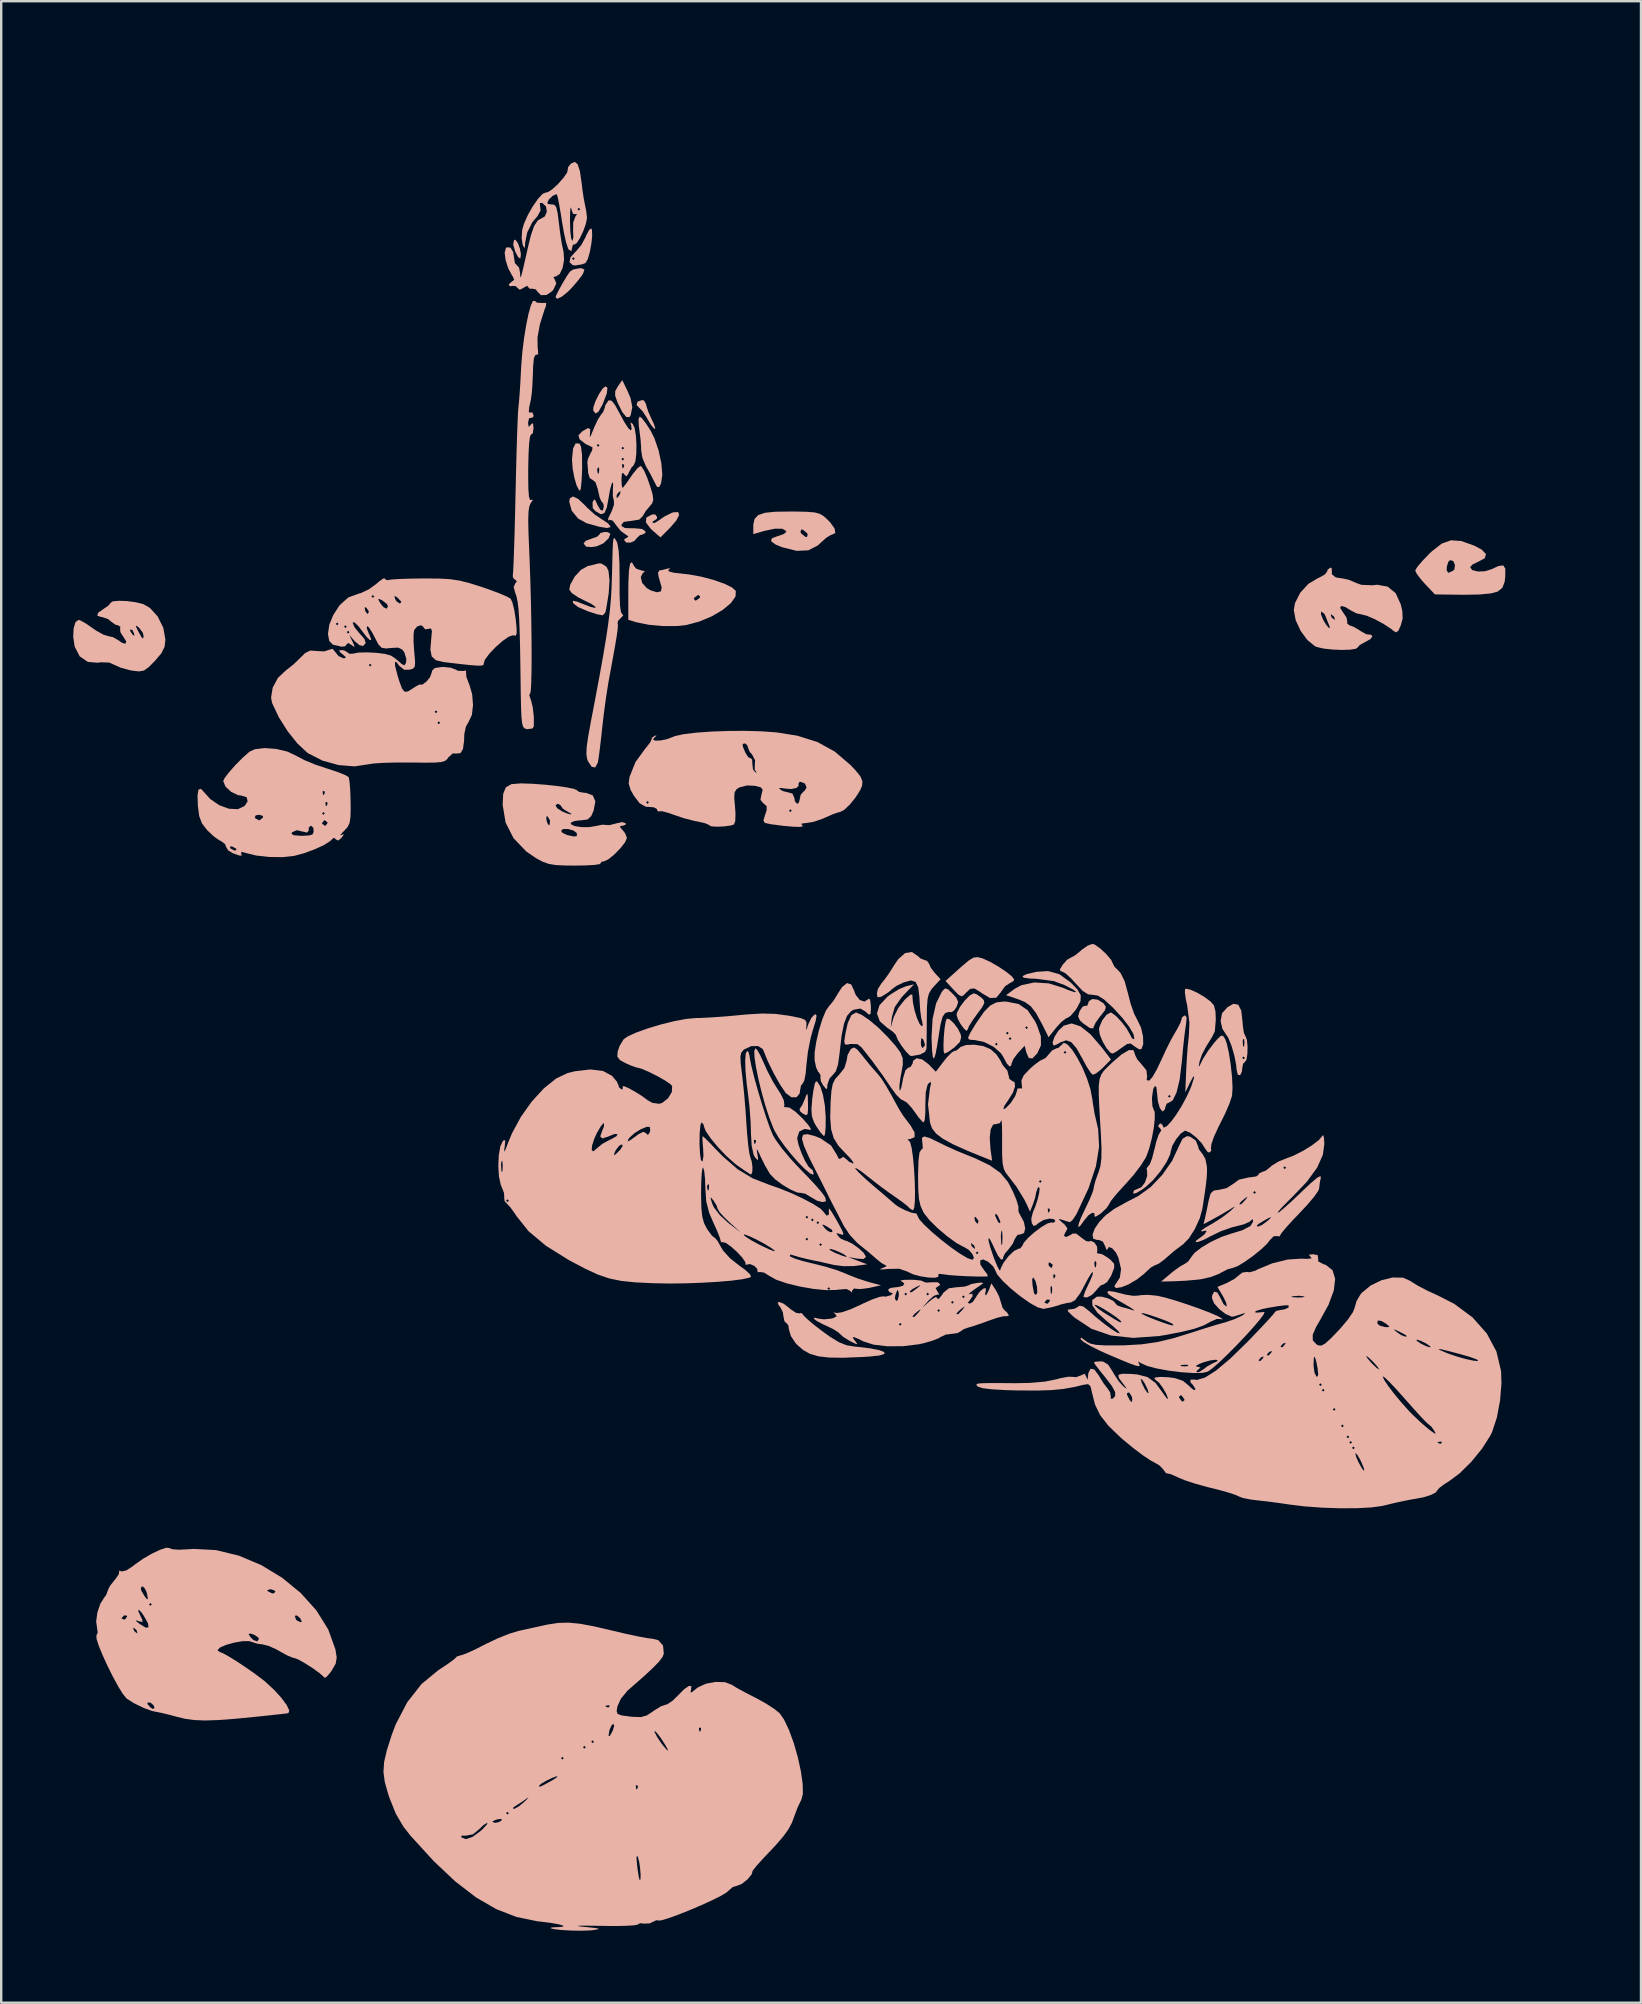
<source format=kicad_pcb>
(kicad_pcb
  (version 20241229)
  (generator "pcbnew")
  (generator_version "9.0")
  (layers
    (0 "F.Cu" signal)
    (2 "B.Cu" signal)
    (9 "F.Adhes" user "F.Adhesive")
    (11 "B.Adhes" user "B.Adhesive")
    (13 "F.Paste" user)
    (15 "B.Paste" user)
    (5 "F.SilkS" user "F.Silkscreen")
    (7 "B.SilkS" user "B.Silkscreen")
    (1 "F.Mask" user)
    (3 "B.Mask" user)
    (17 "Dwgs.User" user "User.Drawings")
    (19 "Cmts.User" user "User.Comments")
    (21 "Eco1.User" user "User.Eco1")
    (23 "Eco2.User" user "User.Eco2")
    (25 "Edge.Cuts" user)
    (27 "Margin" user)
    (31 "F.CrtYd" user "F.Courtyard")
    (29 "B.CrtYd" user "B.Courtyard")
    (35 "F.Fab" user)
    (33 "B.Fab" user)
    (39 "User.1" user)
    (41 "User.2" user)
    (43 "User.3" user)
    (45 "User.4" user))
  (footprint "flowers"
    (layer "F.Cu")
    (at 30.046 60.068)
    (property "Reference" "flowers" (at 0 0 0) (layer "B.Mask") (effects (font (size 1.5 1.5) (thickness 0.3)) (justify mirror)))
    (attr board_only exclude_from_pos_files exclude_from_bom)
    (fp_poly (pts (xy 14.645 -60.01) (xy 14.702 -59.953) (xy 14.759 -60.01) (xy 14.702 -60.068)) (stroke (width 0) (type solid)) (fill yes) (layer "B.Mask"))
    (fp_poly (pts (xy 21.281 -60.01) (xy 21.338 -59.953) (xy 21.395 -60.01) (xy 21.338 -60.068)) (stroke (width 0) (type solid)) (fill yes) (layer "B.Mask"))
    (fp_poly (pts (xy 31.235 -43.077) (xy 31.292 -43.02) (xy 31.35 -43.077) (xy 31.292 -43.134)) (stroke (width 0) (type solid)) (fill yes) (layer "B.Mask"))
    (fp_poly (pts (xy 32.15 -29.805) (xy 32.208 -29.748) (xy 32.265 -29.805) (xy 32.208 -29.862)) (stroke (width 0) (type solid)) (fill yes) (layer "B.Mask"))
    (fp_poly (pts (xy -10.946 -32.456) (xy -10.93 -32.388) (xy -10.869 -32.379) (xy -10.775 -32.421) (xy -10.793 -32.456) (xy -10.929 -32.469)) (stroke (width 0) (type solid)) (fill yes) (layer "B.Mask"))
    (fp_poly (pts (xy 32.189 -30.854) (xy 32.175 -30.718) (xy 32.189 -30.701) (xy 32.257 -30.717) (xy 32.265 -30.777) (xy 32.223 -30.872)) (stroke (width 0) (type solid)) (fill yes) (layer "B.Mask"))
    (fp_poly (pts (xy -25.855 -31.982) (xy -25.929 -31.838) (xy -25.878 -31.807) (xy -25.711 -31.891) (xy -25.681 -31.929) (xy -25.639 -32.078) (xy -25.727 -32.09)) (stroke (width 0) (type solid)) (fill yes) (layer "B.Mask"))
    (fp_poly (pts (xy -12.989 -31.327) (xy -12.955 -31.242) (xy -12.848 -31.185) (xy -12.714 -31.15) (xy -12.769 -31.234) (xy -12.784 -31.249) (xy -12.934 -31.34)) (stroke (width 0) (type solid)) (fill yes) (layer "B.Mask"))
    (fp_poly (pts (xy -6.962 -31.495) (xy -6.979 -31.414) (xy -6.942 -31.248) (xy -6.843 -31.298) (xy -6.813 -31.342) (xy -6.827 -31.489) (xy -6.863 -31.52)) (stroke (width 0) (type solid)) (fill yes) (layer "B.Mask"))
    (fp_poly (pts (xy -1.864 -39.131) (xy -1.725 -38.966) (xy -1.557 -38.844) (xy -1.489 -38.855) (xy -1.562 -39.071) (xy -1.717 -39.215) (xy -1.826 -39.227)) (stroke (width 0) (type solid)) (fill yes) (layer "B.Mask"))
    (fp_poly (pts (xy -26.192 -27.969) (xy -26.201 -27.931) (xy -26.117 -27.769) (xy -26.086 -27.745) (xy -25.981 -27.751) (xy -25.972 -27.789) (xy -26.056 -27.951) (xy -26.086 -27.974)) (stroke (width 0) (type solid)) (fill yes) (layer "B.Mask"))
    (fp_poly (pts (xy -25.777 -37.185) (xy -25.677 -37.02) (xy -25.556 -36.879) (xy -25.516 -36.926) (xy -25.514 -36.984) (xy -25.581 -37.191) (xy -25.636 -37.247) (xy -25.779 -37.293)) (stroke (width 0) (type solid)) (fill yes) (layer "B.Mask"))
    (fp_poly (pts (xy -11.998 -33.349) (xy -11.959 -33.164) (xy -11.913 -33.085) (xy -11.826 -33.015) (xy -11.758 -33.156) (xy -11.754 -33.171) (xy -11.759 -33.369) (xy -11.853 -33.409)) (stroke (width 0) (type solid)) (fill yes) (layer "B.Mask"))
    (fp_poly (pts (xy -8.111 -29.769) (xy -8.123 -29.691) (xy -8.099 -29.538) (xy -8.078 -29.519) (xy -8.005 -29.608) (xy -7.968 -29.691) (xy -7.965 -29.838) (xy -8.013 -29.862)) (stroke (width 0) (type solid)) (fill yes) (layer "B.Mask"))
    (fp_poly (pts (xy -2.564 -6.758) (xy -2.495 -6.643) (xy -2.334 -6.451) (xy -2.211 -6.417) (xy -2.174 -6.518) (xy -2.263 -6.652) (xy -2.408 -6.753) (xy -2.569 -6.827)) (stroke (width 0) (type solid)) (fill yes) (layer "B.Mask"))
    (fp_poly (pts (xy -1.616 -29.502) (xy -1.627 -29.266) (xy -1.613 -29.202) (xy -1.545 -28.942) (xy -1.392 -29.187) (xy -1.303 -29.423) (xy -1.364 -29.555) (xy -1.516 -29.616)) (stroke (width 0) (type solid)) (fill yes) (layer "B.Mask"))
    (fp_poly (pts (xy 1.11 -28.863) (xy 1.087 -28.832) (xy 1.092 -28.727) (xy 1.131 -28.718) (xy 1.292 -28.802) (xy 1.316 -28.832) (xy 1.311 -28.938) (xy 1.272 -28.947)) (stroke (width 0) (type solid)) (fill yes) (layer "B.Mask"))
    (fp_poly (pts (xy 1.427 -40.581) (xy 1.344 -40.517) (xy 1.186 -40.376) (xy 1.144 -40.317) (xy 1.2 -40.283) (xy 1.352 -40.43) (xy 1.388 -40.474) (xy 1.487 -40.61)) (stroke (width 0) (type solid)) (fill yes) (layer "B.Mask"))
    (fp_poly (pts (xy 17.426 0.367) (xy 17.391 0.464) (xy 17.463 0.565) (xy 17.608 0.529) (xy 17.682 0.45) (xy 17.713 0.296) (xy 17.696 0.267) (xy 17.562 0.258)) (stroke (width 0) (type solid)) (fill yes) (layer "B.Mask"))
    (fp_poly (pts (xy 25.63 -39.041) (xy 25.629 -39.015) (xy 25.717 -38.905) (xy 25.75 -38.901) (xy 25.818 -38.971) (xy 25.8 -39.015) (xy 25.698 -39.124) (xy 25.679 -39.13)) (stroke (width 0) (type solid)) (fill yes) (layer "B.Mask"))
    (fp_poly (pts (xy -6.905 -29.876) (xy -6.922 -29.862) (xy -7.064 -29.725) (xy -7.094 -29.677) (xy -7 -29.638) (xy -6.922 -29.633) (xy -6.774 -29.726) (xy -6.75 -29.819) (xy -6.781 -29.94)) (stroke (width 0) (type solid)) (fill yes) (layer "B.Mask"))
    (fp_poly (pts (xy 0.693 -28.206) (xy 0.572 -28.146) (xy 0.493 -28.066) (xy 0.613 -28.036) (xy 0.708 -28.033) (xy 0.962 -28.07) (xy 1.087 -28.146) (xy 1.067 -28.234) (xy 0.908 -28.254)) (stroke (width 0) (type solid)) (fill yes) (layer "B.Mask"))
    (fp_poly (pts (xy 26.413 -40.394) (xy 26.309 -40.306) (xy 26.14 -40.119) (xy 26.09 -40.007) (xy 26.093 -40.003) (xy 26.2 -40.029) (xy 26.263 -40.085) (xy 26.426 -40.29) (xy 26.479 -40.406)) (stroke (width 0) (type solid)) (fill yes) (layer "B.Mask"))
    (fp_poly (pts (xy -26.329 -29.104) (xy -26.274 -28.945) (xy -26.137 -28.781) (xy -26.086 -28.745) (xy -25.914 -28.674) (xy -25.858 -28.709) (xy -25.928 -28.857) (xy -26.082 -29.042) (xy -26.233 -29.166) (xy -26.266 -29.176)) (stroke (width 0) (type solid)) (fill yes) (layer "B.Mask"))
    (fp_poly (pts (xy -22.553 -36.725) (xy -22.654 -36.608) (xy -22.654 -36.6) (xy -22.571 -36.51) (xy -22.399 -36.516) (xy -22.252 -36.615) (xy -22.249 -36.62) (xy -22.212 -36.768) (xy -22.226 -36.795) (xy -22.368 -36.806)) (stroke (width 0) (type solid)) (fill yes) (layer "B.Mask"))
    (fp_poly (pts (xy 20.023 -37.22) (xy 20.1 -37.065) (xy 20.251 -36.899) (xy 20.417 -36.767) (xy 20.48 -36.749) (xy 20.413 -36.867) (xy 20.252 -37.07) (xy 20.251 -37.07) (xy 20.095 -37.22) (xy 20.023 -37.227)) (stroke (width 0) (type solid)) (fill yes) (layer "B.Mask"))
    (fp_poly (pts (xy -7.188 -30.157) (xy -7.419 -30.043) (xy -7.643 -29.913) (xy -7.773 -29.816) (xy -7.78 -29.802) (xy -7.69 -29.759) (xy -7.465 -29.808) (xy -7.237 -29.903) (xy -7.046 -30.034) (xy -6.97 -30.155) (xy -7.042 -30.205)) (stroke (width 0) (type solid)) (fill yes) (layer "B.Mask"))
    (fp_poly (pts (xy -3.476 -39.452) (xy -3.485 -39.397) (xy -3.432 -39.359) (xy -3.204 -39.284) (xy -2.883 -39.254) (xy -2.86 -39.254) (xy -2.619 -39.267) (xy -2.584 -39.304) (xy -2.689 -39.359) (xy -2.975 -39.434) (xy -3.261 -39.463)) (stroke (width 0) (type solid)) (fill yes) (layer "B.Mask"))
    (fp_poly (pts (xy 8.102 -7.99) (xy 7.78 -7.869) (xy 7.673 -7.786) (xy 7.785 -7.734) (xy 8.121 -7.705) (xy 8.246 -7.7) (xy 8.605 -7.7) (xy 8.851 -7.724) (xy 8.924 -7.758) (xy 8.825 -7.925) (xy 8.579 -8.022) (xy 8.261 -8.027)) (stroke (width 0) (type solid)) (fill yes) (layer "B.Mask"))
    (fp_poly (pts (xy 15.4 0.114) (xy 15.51 0.198) (xy 15.798 0.303) (xy 16.097 0.391) (xy 16.278 0.442) (xy 16.304 0.447) (xy 16.392 0.406) (xy 16.476 0.371) (xy 16.485 0.308) (xy 16.294 0.219) (xy 16.083 0.158) (xy 15.709 0.082) (xy 15.474 0.072)) (stroke (width 0) (type solid)) (fill yes) (layer "B.Mask"))
    (fp_poly (pts (xy -25.679 -31.515) (xy -25.879 -31.335) (xy -26.063 -31.096) (xy -26.184 -30.87) (xy -26.193 -30.732) (xy -26.192 -30.73) (xy -26.083 -30.764) (xy -25.88 -30.91) (xy -25.848 -30.937) (xy -25.622 -31.186) (xy -25.489 -31.433) (xy -25.488 -31.437) (xy -25.459 -31.603) (xy -25.536 -31.603)) (stroke (width 0) (type solid)) (fill yes) (layer "B.Mask"))
    (fp_poly (pts (xy -6.112 -40.343) (xy -6.178 -40.301) (xy -6.074 -40.233) (xy -5.803 -40.165) (xy -5.463 -40.116) (xy -4.991 -40.066) (xy -4.534 -40.016) (xy -4.291 -39.989) (xy -3.833 -39.937) (xy -4.296 -40.092) (xy -4.668 -40.193) (xy -5.093 -40.275) (xy -5.514 -40.332) (xy -5.872 -40.357)) (stroke (width 0) (type solid)) (fill yes) (layer "B.Mask"))
    (fp_poly (pts (xy -5.32 -29.077) (xy -5.229 -28.987) (xy -4.982 -28.841) (xy -4.876 -28.789) (xy -4.515 -28.655) (xy -4.215 -28.608) (xy -4.034 -28.653) (xy -4.005 -28.718) (xy -4.103 -28.804) (xy -4.294 -28.832) (xy -4.598 -28.877) (xy -4.951 -28.986) (xy -4.985 -29) (xy -5.243 -29.089)) (stroke (width 0) (type solid)) (fill yes) (layer "B.Mask"))
    (fp_poly (pts (xy -3.755 -28.044) (xy -3.707 -27.956) (xy -3.442 -27.811) (xy -3.316 -27.758) (xy -2.953 -27.624) (xy -2.74 -27.583) (xy -2.619 -27.63) (xy -2.574 -27.688) (xy -2.567 -27.795) (xy -2.596 -27.804) (xy -2.752 -27.836) (xy -3.045 -27.915) (xy -3.232 -27.97) (xy -3.594 -28.055)) (stroke (width 0) (type solid)) (fill yes) (layer "B.Mask"))
    (fp_poly (pts (xy -22.674 -36.327) (xy -22.848 -36.237) (xy -23.015 -36.034) (xy -23.146 -35.782) (xy -23.212 -35.544) (xy -23.186 -35.385) (xy -23.112 -35.354) (xy -23.009 -35.446) (xy -22.997 -35.517) (xy -22.928 -35.706) (xy -22.757 -35.963) (xy -22.718 -36.012) (xy -22.545 -36.227) (xy -22.515 -36.317) (xy -22.623 -36.331)) (stroke (width 0) (type solid)) (fill yes) (layer "B.Mask"))
    (fp_poly (pts (xy -1.583 -5.69) (xy -1.599 -5.635) (xy -1.505 -5.53) (xy -1.27 -5.361) (xy -0.959 -5.166) (xy -0.634 -4.983) (xy -0.361 -4.851) (xy -0.212 -4.806) (xy -0.193 -4.856) (xy -0.339 -4.981) (xy -0.4 -5.021) (xy -0.722 -5.247) (xy -0.996 -5.478) (xy -1.227 -5.644) (xy -1.446 -5.721)) (stroke (width 0) (type solid)) (fill yes) (layer "B.Mask"))
    (fp_poly (pts (xy 12.079 -0.946) (xy 12.447 -0.49) (xy 12.729 -0.221) (xy 12.945 -0.12) (xy 12.979 -0.118) (xy 12.982 -0.178) (xy 12.833 -0.32) (xy 12.786 -0.356) (xy 12.569 -0.587) (xy 12.47 -0.826) (xy 12.469 -0.839) (xy 12.406 -1.159) (xy 12.192 -1.346) (xy 11.984 -1.415) (xy 11.668 -1.492)) (stroke (width 0) (type solid)) (fill yes) (layer "B.Mask"))
    (fp_poly (pts (xy -10.632 -33.532) (xy -10.641 -33.432) (xy -10.576 -33.23) (xy -10.473 -33.18) (xy -10.284 -33.084) (xy -10.156 -32.865) (xy -10.151 -32.637) (xy -10.102 -32.521) (xy -9.964 -32.494) (xy -9.773 -32.542) (xy -9.725 -32.613) (xy -9.799 -32.754) (xy -9.99 -32.996) (xy -10.183 -33.208) (xy -10.439 -33.464) (xy -10.577 -33.566)) (stroke (width 0) (type solid)) (fill yes) (layer "B.Mask"))
    (fp_poly (pts (xy -7.366 -32.357) (xy -7.437 -32.265) (xy -7.373 -32.171) (xy -7.351 -32.173) (xy -7.16 -32.158) (xy -6.931 -32.071) (xy -6.771 -31.959) (xy -6.75 -31.914) (xy -6.667 -31.82) (xy -6.494 -31.824) (xy -6.35 -31.921) (xy -6.35 -31.922) (xy -6.379 -32.044) (xy -6.486 -32.102) (xy -6.773 -32.215) (xy -6.892 -32.273) (xy -7.16 -32.367)) (stroke (width 0) (type solid)) (fill yes) (layer "B.Mask"))
    (fp_poly (pts (xy -1.378 -28.004) (xy -1.769 -27.974) (xy -2.06 -27.933) (xy -2.222 -27.886) (xy -2.226 -27.841) (xy -2.044 -27.804) (xy -1.888 -27.791) (xy -1.337 -27.762) (xy -0.953 -27.758) (xy -0.675 -27.781) (xy -0.443 -27.836) (xy -0.324 -27.876) (xy -0.159 -27.942) (xy -0.127 -27.983) (xy -0.254 -28.005) (xy -0.566 -28.013) (xy -0.915 -28.015)) (stroke (width 0) (type solid)) (fill yes) (layer "B.Mask"))
    (fp_poly (pts (xy -26.465 -31.51) (xy -26.673 -31.403) (xy -26.822 -31.251) (xy -26.87 -31.086) (xy -26.915 -30.8) (xy -26.951 -30.473) (xy -26.969 -30.181) (xy -26.962 -30.001) (xy -26.948 -29.977) (xy -26.906 -30.076) (xy -26.819 -30.332) (xy -26.734 -30.594) (xy -26.599 -30.945) (xy -26.456 -31.197) (xy -26.37 -31.277) (xy -26.22 -31.403) (xy -26.201 -31.468) (xy -26.28 -31.542)) (stroke (width 0) (type solid)) (fill yes) (layer "B.Mask"))
    (fp_poly (pts (xy -12.213 -32.369) (xy -12.165 -32.27) (xy -11.943 -32.109) (xy -11.665 -31.96) (xy -11.214 -31.757) (xy -10.879 -31.661) (xy -10.586 -31.661) (xy -10.278 -31.735) (xy -9.984 -31.84) (xy -9.791 -31.935) (xy -9.773 -31.95) (xy -9.745 -31.998) (xy -9.8 -32.03) (xy -9.977 -32.055) (xy -10.315 -32.077) (xy -10.698 -32.096) (xy -11.163 -32.151) (xy -11.633 -32.256) (xy -11.762 -32.297) (xy -12.08 -32.385)) (stroke (width 0) (type solid)) (fill yes) (layer "B.Mask"))
    (fp_poly (pts (xy -5.672 -5.898) (xy -5.558 -5.695) (xy -5.405 -5.495) (xy -5.271 -5.382) (xy -5.25 -5.377) (xy -5.157 -5.286) (xy -5.149 -5.229) (xy -5.072 -5.072) (xy -4.874 -4.825) (xy -4.691 -4.634) (xy -4.444 -4.407) (xy -4.278 -4.282) (xy -4.233 -4.277) (xy -4.3 -4.401) (xy -4.475 -4.642) (xy -4.721 -4.953) (xy -5 -5.29) (xy -5.273 -5.608) (xy -5.504 -5.861) (xy -5.654 -6.004) (xy -5.69 -6.019)) (stroke (width 0) (type solid)) (fill yes) (layer "B.Mask"))
    (fp_poly (pts (xy -12.152 -11.273) (xy -11.91 -10.976) (xy -11.554 -10.632) (xy -11.126 -10.28) (xy -10.665 -9.959) (xy -10.576 -9.903) (xy -10.133 -9.637) (xy -9.85 -9.475) (xy -9.691 -9.402) (xy -9.623 -9.4) (xy -9.611 -9.44) (xy -9.7 -9.524) (xy -9.939 -9.697) (xy -10.282 -9.927) (xy -10.424 -10.019) (xy -10.888 -10.344) (xy -11.35 -10.711) (xy -11.715 -11.047) (xy -11.74 -11.072) (xy -11.994 -11.326) (xy -12.175 -11.474) (xy -12.242 -11.486)) (stroke (width 0) (type solid)) (fill yes) (layer "B.Mask"))
    (fp_poly (pts (xy -7.87 -32.009) (xy -7.894 -31.887) (xy -7.895 -31.858) (xy -7.842 -31.737) (xy -7.786 -31.746) (xy -7.659 -31.721) (xy -7.545 -31.555) (xy -7.487 -31.334) (xy -7.505 -31.191) (xy -7.663 -31.01) (xy -7.791 -30.946) (xy -7.971 -30.817) (xy -8.009 -30.713) (xy -7.93 -30.573) (xy -7.737 -30.566) (xy -7.496 -30.681) (xy -7.355 -30.806) (xy -7.182 -31.131) (xy -7.178 -31.481) (xy -7.333 -31.78) (xy -7.511 -31.908) (xy -7.763 -32.013)) (stroke (width 0) (type solid)) (fill yes) (layer "B.Mask"))
    (fp_poly (pts (xy 21.053 -39.742) (xy 21.052 -39.728) (xy 20.961 -39.623) (xy 20.733 -39.47) (xy 20.642 -39.418) (xy 20.15 -39.065) (xy 19.877 -38.652) (xy 19.816 -38.256) (xy 19.85 -37.935) (xy 19.916 -37.839) (xy 20.013 -37.968) (xy 20.139 -38.322) (xy 20.148 -38.353) (xy 20.274 -38.709) (xy 20.436 -38.942) (xy 20.705 -39.136) (xy 20.893 -39.241) (xy 21.196 -39.428) (xy 21.386 -39.596) (xy 21.421 -39.682) (xy 21.309 -39.789) (xy 21.147 -39.813)) (stroke (width 0) (type solid)) (fill yes) (layer "B.Mask"))
    (fp_poly (pts (xy -2.892 -27.174) (xy -3.314 -27.161) (xy -3.609 -27.138) (xy -3.725 -27.105) (xy -3.671 -27.021) (xy -3.446 -26.938) (xy -3.105 -26.864) (xy -2.707 -26.807) (xy -2.309 -26.773) (xy -1.967 -26.771) (xy -1.739 -26.807) (xy -1.692 -26.835) (xy -1.551 -26.876) (xy -1.261 -26.91) (xy -1.078 -26.921) (xy -0.764 -26.956) (xy -0.576 -27.018) (xy -0.55 -27.059) (xy -0.664 -27.097) (xy -0.957 -27.129) (xy -1.377 -27.153) (xy -1.873 -27.169) (xy -2.395 -27.176)) (stroke (width 0) (type solid)) (fill yes) (layer "B.Mask"))
    (fp_poly (pts (xy -25.508 -36.308) (xy -25.606 -35.973) (xy -25.62 -35.916) (xy -25.765 -35.501) (xy -25.951 -35.267) (xy -26.042 -35.213) (xy -26.246 -35.088) (xy -26.315 -34.992) (xy -26.412 -34.915) (xy -26.553 -34.896) (xy -26.736 -34.833) (xy -26.753 -34.706) (xy -26.649 -34.505) (xy -26.484 -34.512) (xy -26.342 -34.667) (xy -26.168 -34.847) (xy -26.038 -34.896) (xy -25.868 -34.978) (xy -25.642 -35.18) (xy -25.582 -35.248) (xy -25.375 -35.565) (xy -25.325 -35.885) (xy -25.336 -36.004) (xy -25.385 -36.319) (xy -25.439 -36.422)) (stroke (width 0) (type solid)) (fill yes) (layer "B.Mask"))
    (fp_poly (pts (xy -20.732 -36.675) (xy -20.901 -36.597) (xy -21.157 -36.422) (xy -21.525 -36.134) (xy -22.031 -35.714) (xy -22.161 -35.605) (xy -22.41 -35.313) (xy -22.613 -34.932) (xy -22.737 -34.543) (xy -22.749 -34.231) (xy -22.737 -34.19) (xy -22.671 -34.135) (xy -22.605 -34.267) (xy -22.388 -34.757) (xy -22.059 -35.207) (xy -21.577 -35.671) (xy -21.339 -35.866) (xy -20.968 -36.143) (xy -20.653 -36.346) (xy -20.442 -36.444) (xy -20.395 -36.446) (xy -20.266 -36.459) (xy -20.251 -36.502) (xy -20.334 -36.61) (xy -20.356 -36.613) (xy -20.551 -36.65) (xy -20.625 -36.675)) (stroke (width 0) (type solid)) (fill yes) (layer "B.Mask"))
    (fp_poly (pts (xy 5.506 -7.073) (xy 5.123 -6.981) (xy 4.99 -6.915) (xy 5.038 -6.885) (xy 5.291 -6.881) (xy 5.32 -6.882) (xy 5.735 -6.862) (xy 6.285 -6.8) (xy 6.884 -6.708) (xy 7.446 -6.6) (xy 7.78 -6.519) (xy 8.485 -6.424) (xy 9.096 -6.483) (xy 9.418 -6.579) (xy 9.752 -6.717) (xy 10.027 -6.864) (xy 10.174 -6.986) (xy 10.183 -7.011) (xy 10.08 -7.067) (xy 9.795 -7.049) (xy 9.697 -7.032) (xy 9.093 -6.957) (xy 8.374 -6.922) (xy 7.644 -6.929) (xy 7.007 -6.98) (xy 6.865 -7.001) (xy 6.116 -7.087)) (stroke (width 0) (type solid)) (fill yes) (layer "B.Mask"))
    (fp_poly (pts (xy -12.495 -33.661) (xy -12.566 -33.598) (xy -12.771 -33.452) (xy -12.89 -33.409) (xy -13.028 -33.307) (xy -13.176 -33.045) (xy -13.297 -32.687) (xy -13.314 -32.617) (xy -13.289 -32.235) (xy -13.041 -31.87) (xy -12.566 -31.519) (xy -12.283 -31.367) (xy -11.651 -31.109) (xy -11.132 -31.018) (xy -11.067 -31.018) (xy -10.583 -31.029) (xy -11.016 -31.131) (xy -11.781 -31.407) (xy -12.453 -31.867) (xy -12.603 -32.003) (xy -12.851 -32.264) (xy -12.954 -32.458) (xy -12.945 -32.661) (xy -12.928 -32.726) (xy -12.876 -32.971) (xy -12.882 -33.095) (xy -12.829 -33.175) (xy -12.643 -33.295) (xy -12.433 -33.461) (xy -12.357 -33.618) (xy -12.383 -33.72)) (stroke (width 0) (type solid)) (fill yes) (layer "B.Mask"))
    (fp_poly (pts (xy -12.913 -13.613) (xy -12.811 -13.287) (xy -12.614 -12.834) (xy -12.557 -12.715) (xy -11.979 -11.786) (xy -11.222 -10.956) (xy -10.327 -10.268) (xy -9.809 -9.974) (xy -9.133 -9.651) (xy -8.611 -9.435) (xy -8.256 -9.333) (xy -8.081 -9.348) (xy -8.08 -9.35) (xy -8.095 -9.399) (xy -8.222 -9.489) (xy -8.485 -9.631) (xy -8.904 -9.838) (xy -9.503 -10.121) (xy -9.747 -10.234) (xy -10.196 -10.484) (xy -10.678 -10.815) (xy -10.989 -11.068) (xy -11.359 -11.437) (xy -11.739 -11.877) (xy -12.096 -12.344) (xy -12.397 -12.789) (xy -12.609 -13.168) (xy -12.699 -13.434) (xy -12.7 -13.455) (xy -12.745 -13.69) (xy -12.814 -13.787) (xy -12.917 -13.788)) (stroke (width 0) (type solid)) (fill yes) (layer "B.Mask"))
    (fp_poly (pts (xy 1.443 -5.47) (xy 1.443 -5.401) (xy 1.593 -5.245) (xy 1.773 -5.085) (xy 2.562 -4.542) (xy 3.536 -4.123) (xy 4.687 -3.83) (xy 5.377 -3.725) (xy 5.782 -3.671) (xy 6.2 -3.606) (xy 6.207 -3.605) (xy 6.513 -3.583) (xy 6.635 -3.644) (xy 6.636 -3.654) (xy 6.539 -3.753) (xy 6.379 -3.785) (xy 5.889 -3.824) (xy 5.368 -3.897) (xy 4.877 -3.994) (xy 4.475 -4.1) (xy 4.225 -4.204) (xy 4.19 -4.231) (xy 3.979 -4.34) (xy 3.913 -4.348) (xy 3.718 -4.41) (xy 3.452 -4.563) (xy 3.417 -4.588) (xy 2.996 -4.86) (xy 2.537 -5.116) (xy 2.1 -5.325) (xy 1.747 -5.457) (xy 1.575 -5.488)) (stroke (width 0) (type solid)) (fill yes) (layer "B.Mask"))
    (fp_poly (pts (xy 12.055 -3.054) (xy 12.074 -2.931) (xy 12.195 -2.693) (xy 12.375 -2.407) (xy 12.575 -2.137) (xy 12.75 -1.951) (xy 12.926 -1.747) (xy 13.121 -1.44) (xy 13.168 -1.352) (xy 13.325 -1.084) (xy 13.455 -0.93) (xy 13.487 -0.915) (xy 13.626 -0.844) (xy 13.847 -0.669) (xy 13.891 -0.629) (xy 14.133 -0.439) (xy 14.326 -0.345) (xy 14.347 -0.343) (xy 14.529 -0.265) (xy 14.702 -0.114) (xy 14.906 0.049) (xy 15.099 0.116) (xy 15.208 0.068) (xy 15.213 0.029) (xy 15.15 -0.128) (xy 15.019 -0.299) (xy 14.891 -0.4) (xy 14.852 -0.397) (xy 14.695 -0.388) (xy 14.423 -0.499) (xy 14.091 -0.699) (xy 13.755 -0.956) (xy 13.563 -1.136) (xy 13.336 -1.385) (xy 13.21 -1.554) (xy 13.205 -1.602) (xy 13.224 -1.676) (xy 13.127 -1.86) (xy 12.955 -2.096) (xy 12.749 -2.326) (xy 12.622 -2.44) (xy 12.43 -2.64) (xy 12.357 -2.805) (xy 12.29 -2.978) (xy 12.151 -3.077)) (stroke (width 0) (type solid)) (fill yes) (layer "B.Mask"))
    (fp_poly (pts (xy -4.011 -4.05) (xy -3.843 -3.864) (xy -3.573 -3.596) (xy -3.235 -3.277) (xy -2.866 -2.942) (xy -2.501 -2.622) (xy -2.175 -2.352) (xy -2.049 -2.255) (xy -1.584 -1.926) (xy -1.073 -1.599) (xy -0.566 -1.302) (xy -0.111 -1.062) (xy 0.241 -0.908) (xy 0.4 -0.866) (xy 0.562 -0.809) (xy 0.844 -0.678) (xy 1.012 -0.591) (xy 1.31 -0.45) (xy 1.519 -0.384) (xy 1.571 -0.388) (xy 1.706 -0.39) (xy 1.86 -0.328) (xy 2.053 -0.243) (xy 2.31 -0.176) (xy 2.7 -0.109) (xy 2.918 -0.077) (xy 3.174 -0.01) (xy 3.502 0.114) (xy 3.547 0.134) (xy 3.799 0.209) (xy 4.18 0.279) (xy 4.635 0.338) (xy 5.112 0.383) (xy 5.556 0.41) (xy 5.915 0.412) (xy 6.135 0.387) (xy 6.178 0.355) (xy 6.105 0.287) (xy 5.869 0.213) (xy 5.446 0.127) (xy 5.034 0.057) (xy 4.709 -0.011) (xy 4.296 -0.12) (xy 3.856 -0.251) (xy 3.449 -0.384) (xy 3.133 -0.502) (xy 2.969 -0.585) (xy 2.961 -0.594) (xy 2.81 -0.678) (xy 2.518 -0.742) (xy 2.507 -0.744) (xy 1.144 -0.744) (xy 1.087 -0.686) (xy 1.03 -0.744) (xy 1.087 -0.801) (xy 1.144 -0.744) (xy 2.507 -0.744) (xy 2.387 -0.757) (xy 1.671 -0.857) (xy 0.969 -1.047) (xy 0.21 -1.35) (xy -0.341 -1.614) (xy -0.824 -1.856) (xy -1.257 -2.069) (xy -1.584 -2.227) (xy -1.716 -2.288) (xy -2.038 -2.442) (xy -2.322 -2.618) (xy -2.626 -2.858) (xy -3.004 -3.205) (xy -3.211 -3.404) (xy -3.548 -3.721) (xy -3.827 -3.966) (xy -4.005 -4.102) (xy -4.042 -4.119)) (stroke (width 0) (type solid)) (fill yes) (layer "B.Mask"))
    (fp_poly (pts (xy -11.68 -53.124) (xy -11.719 -52.93) (xy -11.632 -52.636) (xy -11.516 -52.416) (xy -11.429 -52.347) (xy -11.417 -52.359) (xy -11.395 -52.532) (xy -11.441 -52.77) (xy -11.525 -52.996) (xy -11.622 -53.128)) (stroke (width 0) (type solid)) (fill yes) (layer "B.SilkS"))
    (fp_poly (pts (xy -7.992 -46.93) (xy -8.144 -46.699) (xy -8.286 -46.415) (xy -8.377 -46.157) (xy -8.386 -46.023) (xy -8.289 -45.891) (xy -8.163 -45.968) (xy -8 -46.26) (xy -7.974 -46.319) (xy -7.817 -46.73) (xy -7.791 -46.962) (xy -7.874 -47.024)) (stroke (width 0) (type solid)) (fill yes) (layer "B.SilkS"))
    (fp_poly (pts (xy -7.357 -47.022) (xy -7.468 -46.824) (xy -7.47 -46.633) (xy -7.369 -46.349) (xy -7.173 -45.951) (xy -7.004 -45.745) (xy -6.872 -45.743) (xy -6.823 -45.823) (xy -6.756 -46.156) (xy -6.824 -46.521) (xy -6.962 -46.847) (xy -7.174 -47.283)) (stroke (width 0) (type solid)) (fill yes) (layer "B.SilkS"))
    (fp_poly (pts (xy 0.487 -17.485) (xy 0.431 -17.334) (xy 0.319 -17.075) (xy 0.218 -16.93) (xy 0.216 -16.929) (xy 0.225 -16.833) (xy 0.348 -16.728) (xy 0.482 -16.661) (xy 0.547 -16.71) (xy 0.565 -16.919) (xy 0.563 -17.133) (xy 0.555 -17.45) (xy 0.534 -17.56)) (stroke (width 0) (type solid)) (fill yes) (layer "B.SilkS"))
    (fp_poly (pts (xy -9.221 -44.44) (xy -9.265 -44.027) (xy -9.266 -43.943) (xy -9.24 -43.59) (xy -9.171 -43.22) (xy -9.078 -42.903) (xy -8.979 -42.707) (xy -8.93 -42.677) (xy -8.899 -42.782) (xy -8.87 -43.063) (xy -8.85 -43.466) (xy -8.845 -43.618) (xy -8.85 -44.171) (xy -8.893 -44.518) (xy -8.957 -44.642) (xy -9.117 -44.647)) (stroke (width 0) (type solid)) (fill yes) (layer "B.SilkS"))
    (fp_poly (pts (xy -8.081 -40.916) (xy -8.123 -40.855) (xy -8.222 -40.76) (xy -8.461 -40.676) (xy -8.473 -40.673) (xy -8.702 -40.585) (xy -8.782 -40.478) (xy -8.78 -40.471) (xy -8.68 -40.348) (xy -8.46 -40.327) (xy -8.242 -40.359) (xy -7.963 -40.481) (xy -7.743 -40.692) (xy -7.669 -40.875) (xy -7.762 -40.944) (xy -7.895 -40.96)) (stroke (width 0) (type solid)) (fill yes) (layer "B.SilkS"))
    (fp_poly (pts (xy -9.359 -42.357) (xy -9.382 -42.215) (xy -9.279 -41.84) (xy -9.01 -41.514) (xy -8.658 -41.32) (xy -8.137 -41.176) (xy -7.813 -41.122) (xy -7.674 -41.156) (xy -7.666 -41.184) (xy -7.758 -41.308) (xy -7.982 -41.461) (xy -8.02 -41.481) (xy -8.325 -41.688) (xy -8.644 -41.975) (xy -8.718 -42.056) (xy -9.011 -42.335) (xy -9.231 -42.437)) (stroke (width 0) (type solid)) (fill yes) (layer "B.SilkS"))
    (fp_poly (pts (xy -9.226 -51.889) (xy -9.356 -51.801) (xy -9.478 -51.621) (xy -9.642 -51.349) (xy -9.804 -51.059) (xy -9.921 -50.829) (xy -9.954 -50.739) (xy -9.884 -50.673) (xy -9.701 -50.754) (xy -9.445 -50.959) (xy -9.309 -51.095) (xy -9.054 -51.385) (xy -8.856 -51.642) (xy -8.805 -51.724) (xy -8.75 -51.888) (xy -8.865 -51.941) (xy -8.963 -51.944)) (stroke (width 0) (type solid)) (fill yes) (layer "B.SilkS"))
    (fp_poly (pts (xy -6.536 -46.388) (xy -6.576 -46.249) (xy -6.482 -46.145) (xy -6.325 -45.984) (xy -6.153 -45.717) (xy -6.137 -45.687) (xy -5.979 -45.421) (xy -5.84 -45.255) (xy -5.828 -45.246) (xy -5.8 -45.289) (xy -5.868 -45.483) (xy -5.941 -45.635) (xy -6.086 -45.956) (xy -6.17 -46.213) (xy -6.178 -46.276) (xy -6.265 -46.431) (xy -6.343 -46.452)) (stroke (width 0) (type solid)) (fill yes) (layer "B.SilkS"))
    (fp_poly (pts (xy 6.343 -20.683) (xy 6.293 -20.538) (xy 6.25 -20.258) (xy 6.22 -19.914) (xy 6.206 -19.579) (xy 6.214 -19.325) (xy 6.248 -19.226) (xy 6.248 -19.226) (xy 6.397 -19.295) (xy 6.631 -19.461) (xy 6.677 -19.497) (xy 6.895 -19.718) (xy 6.945 -19.921) (xy 6.92 -20.037) (xy 6.808 -20.266) (xy 6.636 -20.493) (xy 6.463 -20.654) (xy 6.346 -20.686)) (stroke (width 0) (type solid)) (fill yes) (layer "B.SilkS"))
    (fp_poly (pts (xy 0.846 -17.973) (xy 0.789 -17.701) (xy 0.74 -17.339) (xy 0.706 -16.907) (xy 0.727 -16.611) (xy 0.815 -16.366) (xy 0.912 -16.195) (xy 1.084 -15.943) (xy 1.214 -15.801) (xy 1.239 -15.789) (xy 1.275 -15.894) (xy 1.298 -16.169) (xy 1.302 -16.556) (xy 1.301 -16.58) (xy 1.266 -17.064) (xy 1.187 -17.507) (xy 1.079 -17.854) (xy 0.957 -18.051) (xy 0.896 -18.077)) (stroke (width 0) (type solid)) (fill yes) (layer "B.SilkS"))
    (fp_poly (pts (xy 7.302 -21.65) (xy 7.09 -21.435) (xy 6.892 -21.168) (xy 6.768 -20.926) (xy 6.753 -20.843) (xy 6.802 -20.673) (xy 6.915 -20.465) (xy 7.049 -20.28) (xy 7.16 -20.178) (xy 7.206 -20.214) (xy 7.272 -20.373) (xy 7.441 -20.642) (xy 7.6 -20.862) (xy 7.818 -21.158) (xy 7.908 -21.335) (xy 7.888 -21.454) (xy 7.791 -21.557) (xy 7.585 -21.7) (xy 7.467 -21.739)) (stroke (width 0) (type solid)) (fill yes) (layer "B.SilkS"))
    (fp_poly (pts (xy -5.044 -41.776) (xy -5.12 -41.75) (xy -5.428 -41.596) (xy -5.635 -41.449) (xy -5.817 -41.336) (xy -5.912 -41.342) (xy -5.9 -41.412) (xy -5.854 -41.418) (xy -5.734 -41.51) (xy -5.721 -41.579) (xy -5.805 -41.692) (xy -5.942 -41.682) (xy -6.172 -41.555) (xy -6.188 -41.355) (xy -5.991 -41.092) (xy -5.928 -41.034) (xy -5.583 -40.732) (xy -5.194 -41.121) (xy -4.922 -41.435) (xy -4.805 -41.664) (xy -4.844 -41.786)) (stroke (width 0) (type solid)) (fill yes) (layer "B.SilkS"))
    (fp_poly (pts (xy 12.261 -21.411) (xy 12.242 -21.332) (xy 12.187 -21.213) (xy 12.128 -21.224) (xy 12.006 -21.185) (xy 11.883 -21.005) (xy 11.814 -20.779) (xy 11.893 -20.609) (xy 12.025 -20.487) (xy 12.303 -20.291) (xy 12.447 -20.277) (xy 12.471 -20.357) (xy 12.539 -20.506) (xy 12.707 -20.742) (xy 12.759 -20.805) (xy 12.937 -21.036) (xy 12.972 -21.179) (xy 12.882 -21.312) (xy 12.865 -21.328) (xy 12.636 -21.473) (xy 12.408 -21.501)) (stroke (width 0) (type solid)) (fill yes) (layer "B.SilkS"))
    (fp_poly (pts (xy -6.495 -45.663) (xy -6.487 -45.39) (xy -6.464 -45.222) (xy -6.413 -44.821) (xy -6.387 -44.46) (xy -6.387 -44.361) (xy -6.335 -44.045) (xy -6.193 -43.703) (xy -6.175 -43.674) (xy -5.992 -43.352) (xy -5.848 -43.067) (xy -5.839 -43.048) (xy -5.723 -42.832) (xy -5.635 -42.828) (xy -5.558 -42.981) (xy -5.506 -43.336) (xy -5.545 -43.818) (xy -5.66 -44.352) (xy -5.835 -44.863) (xy -5.986 -45.165) (xy -6.189 -45.482) (xy -6.36 -45.7) (xy -6.447 -45.766)) (stroke (width 0) (type solid)) (fill yes) (layer "B.SilkS"))
    (fp_poly (pts (xy 11.216 -20.391) (xy 10.992 -20.179) (xy 10.829 -19.919) (xy 10.753 -19.695) (xy 10.784 -19.572) (xy 10.814 -19.565) (xy 10.947 -19.618) (xy 11.085 -19.697) (xy 11.317 -19.781) (xy 11.53 -19.705) (xy 11.751 -19.447) (xy 11.982 -19.036) (xy 12.17 -18.691) (xy 12.331 -18.441) (xy 12.423 -18.345) (xy 12.562 -18.399) (xy 12.781 -18.574) (xy 12.857 -18.648) (xy 13.185 -18.982) (xy 12.811 -19.474) (xy 12.335 -20.028) (xy 11.915 -20.363) (xy 11.544 -20.484)) (stroke (width 0) (type solid)) (fill yes) (layer "B.SilkS"))
    (fp_poly (pts (xy -8.552 -53.54) (xy -8.669 -53.323) (xy -8.702 -53.242) (xy -8.88 -52.912) (xy -9.1 -52.649) (xy -9.122 -52.63) (xy -9.331 -52.398) (xy -9.371 -52.197) (xy -9.242 -52.075) (xy -9.125 -52.06) (xy -8.841 -52.107) (xy -8.702 -52.166) (xy -8.612 -52.318) (xy -8.604 -52.345) (xy -9.153 -52.345) (xy -9.21 -52.287) (xy -9.268 -52.345) (xy -9.21 -52.402) (xy -9.153 -52.345) (xy -8.604 -52.345) (xy -8.528 -52.607) (xy -8.462 -52.958) (xy -8.427 -53.293) (xy -8.435 -53.535) (xy -8.469 -53.605)) (stroke (width 0) (type solid)) (fill yes) (layer "B.SilkS"))
    (fp_poly (pts (xy 6.167 -21.839) (xy 6.133 -21.792) (xy 5.898 -21.315) (xy 5.753 -20.672) (xy 5.71 -19.914) (xy 5.711 -19.856) (xy 5.732 -19.351) (xy 5.766 -19.073) (xy 5.814 -19.022) (xy 5.874 -19.197) (xy 5.883 -19.237) (xy 5.939 -19.533) (xy 5.998 -19.904) (xy 6.005 -19.954) (xy 6.086 -20.452) (xy 6.171 -20.761) (xy 6.28 -20.918) (xy 6.436 -20.962) (xy 6.547 -20.953) (xy 6.657 -21.031) (xy 6.759 -21.182) (xy 6.82 -21.374) (xy 6.744 -21.553) (xy 6.592 -21.72) (xy 6.392 -21.908) (xy 6.275 -21.943)) (stroke (width 0) (type solid)) (fill yes) (layer "B.SilkS"))
    (fp_poly (pts (xy 7.457 -23.226) (xy 7.256 -23.104) (xy 6.964 -22.857) (xy 6.883 -22.785) (xy 6.293 -22.254) (xy 6.622 -21.895) (xy 6.834 -21.677) (xy 6.962 -21.612) (xy 7.073 -21.681) (xy 7.136 -21.752) (xy 7.322 -21.926) (xy 7.499 -21.94) (xy 7.743 -21.792) (xy 7.811 -21.739) (xy 8.15 -21.542) (xy 8.407 -21.555) (xy 8.594 -21.779) (xy 8.601 -21.794) (xy 8.773 -22.032) (xy 8.942 -22.145) (xy 9.117 -22.245) (xy 9.153 -22.313) (xy 9.061 -22.44) (xy 8.826 -22.631) (xy 8.507 -22.845) (xy 8.166 -23.042) (xy 7.862 -23.183) (xy 7.827 -23.196) (xy 7.627 -23.247)) (stroke (width 0) (type solid)) (fill yes) (layer "B.SilkS"))
    (fp_poly (pts (xy -8.366 -39.594) (xy -8.613 -39.537) (xy -8.891 -39.383) (xy -9.156 -39.097) (xy -9.339 -38.765) (xy -9.381 -38.558) (xy -9.283 -38.418) (xy -9.027 -38.243) (xy -8.794 -38.125) (xy -8.457 -37.958) (xy -8.29 -37.84) (xy -8.299 -37.793) (xy -8.49 -37.835) (xy -8.731 -37.927) (xy -9.062 -38.057) (xy -9.219 -38.091) (xy -9.235 -38.032) (xy -9.206 -37.979) (xy -9.012 -37.828) (xy -8.614 -37.656) (xy -8.216 -37.526) (xy -7.989 -37.486) (xy -7.884 -37.591) (xy -7.846 -37.738) (xy -7.738 -38.405) (xy -7.705 -38.949) (xy -7.748 -39.338) (xy -7.835 -39.512) (xy -8.035 -39.639) (xy -8.155 -39.649)) (stroke (width 0) (type solid)) (fill yes) (layer "B.SilkS"))
    (fp_poly (pts (xy 10.073 -22.633) (xy 9.675 -22.54) (xy 9.497 -22.456) (xy 9.542 -22.391) (xy 9.811 -22.353) (xy 10.036 -22.347) (xy 10.806 -22.247) (xy 11.246 -22.084) (xy 11.595 -21.902) (xy 11.735 -21.797) (xy 11.67 -21.784) (xy 11.406 -21.874) (xy 11.201 -21.963) (xy 10.595 -22.153) (xy 9.991 -22.191) (xy 9.455 -22.078) (xy 9.177 -21.928) (xy 8.813 -21.66) (xy 9.268 -21.51) (xy 9.601 -21.375) (xy 9.848 -21.195) (xy 10.063 -20.913) (xy 10.303 -20.475) (xy 10.314 -20.453) (xy 10.586 -19.911) (xy 10.904 -20.31) (xy 11.126 -20.553) (xy 11.312 -20.695) (xy 11.361 -20.71) (xy 11.504 -20.8) (xy 11.695 -21.021) (xy 11.759 -21.113) (xy 11.916 -21.414) (xy 11.925 -21.661) (xy 11.773 -21.918) (xy 11.504 -22.193) (xy 11.041 -22.531) (xy 10.564 -22.666)) (stroke (width 0) (type solid)) (fill yes) (layer "B.SilkS"))
    (fp_poly (pts (xy -0.705 -8.855) (xy -0.65 -8.733) (xy -0.593 -8.671) (xy -0.484 -8.453) (xy -0.458 -8.272) (xy -0.415 -8.068) (xy -0.343 -8.009) (xy -0.257 -7.911) (xy -0.229 -7.727) (xy -0.15 -7.462) (xy 0.047 -7.166) (xy 0.102 -7.106) (xy 0.358 -6.882) (xy 0.644 -6.72) (xy 0.998 -6.617) (xy 1.456 -6.564) (xy 2.056 -6.557) (xy 2.833 -6.589) (xy 3.118 -6.606) (xy 3.539 -6.651) (xy 3.743 -6.716) (xy 3.742 -6.791) (xy 3.547 -6.871) (xy 3.168 -6.947) (xy 2.615 -7.013) (xy 2.495 -7.024) (xy 2.172 -7.078) (xy 1.856 -7.203) (xy 1.484 -7.429) (xy 1.151 -7.669) (xy 0.789 -7.949) (xy 0.511 -8.186) (xy 0.359 -8.342) (xy 0.343 -8.375) (xy 0.271 -8.426) (xy 0.22 -8.404) (xy 0.067 -8.427) (xy -0.162 -8.579) (xy -0.237 -8.646) (xy -0.449 -8.808) (xy -0.621 -8.878)) (stroke (width 0) (type solid)) (fill yes) (layer "B.SilkS"))
    (fp_poly (pts (xy 18.04 -21.161) (xy 17.811 -20.908) (xy 17.755 -20.598) (xy 17.757 -20.557) (xy 17.825 -20.262) (xy 17.949 -20.067) (xy 18.074 -19.881) (xy 18.208 -19.547) (xy 18.324 -19.145) (xy 18.4 -18.753) (xy 18.416 -18.564) (xy 18.467 -18.349) (xy 18.565 -18.324) (xy 18.641 -18.48) (xy 18.65 -18.592) (xy 18.689 -18.807) (xy 18.764 -18.878) (xy 18.831 -18.978) (xy 18.842 -19.05) (xy 18.764 -19.05) (xy 18.707 -18.993) (xy 18.65 -19.05) (xy 18.707 -19.107) (xy 18.764 -19.05) (xy 18.842 -19.05) (xy 18.868 -19.219) (xy 18.875 -19.518) (xy 18.86 -19.679) (xy 18.746 -19.679) (xy 18.728 -19.517) (xy 18.688 -19.536) (xy 18.673 -19.771) (xy 18.688 -19.822) (xy 18.73 -19.837) (xy 18.746 -19.679) (xy 18.86 -19.679) (xy 18.85 -19.789) (xy 18.792 -19.947) (xy 18.783 -19.954) (xy 18.722 -20.094) (xy 18.678 -20.382) (xy 18.666 -20.559) (xy 18.612 -21.019) (xy 18.487 -21.265) (xy 18.286 -21.302)) (stroke (width 0) (type solid)) (fill yes) (layer "B.SilkS"))
    (fp_poly (pts (xy -1.674 -19.349) (xy -1.664 -19.072) (xy -1.603 -18.663) (xy -1.502 -18.165) (xy -1.369 -17.62) (xy -1.216 -17.072) (xy -1.051 -16.563) (xy -0.885 -16.136) (xy -0.836 -16.028) (xy -0.661 -15.726) (xy -0.414 -15.379) (xy -0.128 -15.021) (xy 0.165 -14.688) (xy 0.436 -14.415) (xy 0.65 -14.235) (xy 0.779 -14.183) (xy 0.801 -14.227) (xy 0.75 -14.39) (xy 0.699 -14.416) (xy 0.587 -14.514) (xy 0.44 -14.76) (xy 0.292 -15.085) (xy 0.173 -15.416) (xy 0.116 -15.684) (xy 0.114 -15.718) (xy 0.201 -15.983) (xy 0.428 -16.089) (xy 0.657 -16.049) (xy 0.689 -16.083) (xy 0.582 -16.245) (xy 0.361 -16.501) (xy 0.349 -16.514) (xy 0.036 -16.812) (xy -0.208 -16.975) (xy -0.321 -16.993) (xy -0.434 -17.001) (xy -0.42 -17.096) (xy -0.444 -17.28) (xy -0.579 -17.558) (xy -0.672 -17.698) (xy -0.895 -18.057) (xy -1.13 -18.508) (xy -1.258 -18.793) (xy -1.414 -19.136) (xy -1.548 -19.374) (xy -1.624 -19.45)) (stroke (width 0) (type solid)) (fill yes) (layer "B.SilkS"))
    (fp_poly (pts (xy -0.788 -41.801) (xy -1.229 -41.757) (xy -1.508 -41.663) (xy -1.659 -41.506) (xy -1.714 -41.273) (xy -1.716 -41.186) (xy -1.716 -40.868) (xy -1.23 -41.008) (xy -0.813 -41.094) (xy -0.506 -41.092) (xy -0.352 -41.003) (xy -0.343 -40.961) (xy -0.442 -40.872) (xy -0.681 -40.79) (xy -0.693 -40.787) (xy -0.946 -40.692) (xy -0.974 -40.572) (xy -0.78 -40.43) (xy -0.511 -40.321) (xy 0.094 -40.17) (xy 0.577 -40.193) (xy 0.967 -40.392) (xy 1.087 -40.503) (xy 1.328 -40.719) (xy 1.526 -40.838) (xy 1.566 -40.846) (xy 1.581 -40.853) (xy 0.551 -40.853) (xy 0.519 -40.747) (xy 0.451 -40.753) (xy 0.277 -40.898) (xy 0.25 -40.953) (xy 0.282 -41.06) (xy 0.35 -41.053) (xy 0.524 -40.908) (xy 0.551 -40.853) (xy 1.581 -40.853) (xy 1.703 -40.914) (xy 1.675 -41.094) (xy 1.492 -41.353) (xy 1.375 -41.473) (xy 1.21 -41.621) (xy 1.049 -41.716) (xy 0.838 -41.771) (xy 0.524 -41.798) (xy 0.053 -41.808) (xy -0.152 -41.809)) (stroke (width 0) (type solid)) (fill yes) (layer "B.SilkS"))
    (fp_poly (pts (xy 1.985 -22.003) (xy 1.815 -21.739) (xy 1.64 -21.45) (xy 1.479 -21.247) (xy 1.453 -21.224) (xy 1.311 -21.02) (xy 1.16 -20.656) (xy 1.019 -20.199) (xy 0.907 -19.717) (xy 0.84 -19.277) (xy 0.838 -18.951) (xy 0.902 -18.65) (xy 0.988 -18.466) (xy 1.016 -18.444) (xy 1.09 -18.325) (xy 1.078 -18.267) (xy 1.099 -18.077) (xy 1.195 -17.903) (xy 1.322 -17.749) (xy 1.364 -17.786) (xy 1.369 -17.928) (xy 1.461 -18.192) (xy 1.59 -18.331) (xy 1.724 -18.49) (xy 1.815 -18.777) (xy 1.879 -19.24) (xy 1.883 -19.282) (xy 1.964 -19.976) (xy 2.063 -20.473) (xy 2.192 -20.803) (xy 2.361 -20.997) (xy 2.474 -21.057) (xy 2.745 -21.104) (xy 2.934 -20.995) (xy 3.096 -20.853) (xy 3.17 -20.876) (xy 3.185 -21.09) (xy 3.181 -21.229) (xy 3.153 -21.458) (xy 3.101 -21.521) (xy 3.085 -21.504) (xy 2.92 -21.393) (xy 2.722 -21.46) (xy 2.551 -21.672) (xy 2.491 -21.832) (xy 2.363 -22.108) (xy 2.191 -22.165)) (stroke (width 0) (type solid)) (fill yes) (layer "B.SilkS"))
    (fp_poly (pts (xy 26.968 -40.475) (xy 26.557 -40.156) (xy 26.441 -40.046) (xy 26.153 -39.747) (xy 25.945 -39.499) (xy 25.858 -39.354) (xy 25.858 -39.349) (xy 25.931 -39.2) (xy 26.119 -38.957) (xy 26.269 -38.79) (xy 26.68 -38.356) (xy 27.842 -38.341) (xy 28.516 -38.351) (xy 29.008 -38.397) (xy 29.29 -38.473) (xy 29.489 -38.63) (xy 29.586 -38.886) (xy 29.611 -39.104) (xy 29.612 -39.43) (xy 29.527 -39.567) (xy 29.321 -39.537) (xy 29.057 -39.413) (xy 28.765 -39.321) (xy 28.464 -39.31) (xy 28.232 -39.372) (xy 28.146 -39.491) (xy 28.224 -39.579) (xy 27.515 -39.579) (xy 27.49 -39.401) (xy 27.435 -39.341) (xy 27.241 -39.254) (xy 27.171 -39.351) (xy 27.173 -39.495) (xy 27.236 -39.711) (xy 27.311 -39.786) (xy 27.445 -39.743) (xy 27.515 -39.579) (xy 28.224 -39.579) (xy 28.242 -39.6) (xy 28.475 -39.714) (xy 28.489 -39.719) (xy 28.76 -39.866) (xy 28.805 -40.037) (xy 28.626 -40.226) (xy 28.308 -40.392) (xy 27.774 -40.58) (xy 27.351 -40.612)) (stroke (width 0) (type solid)) (fill yes) (layer "B.SilkS"))
    (fp_poly (pts (xy -7.538 -40.676) (xy -7.558 -40.535) (xy -7.573 -40.257) (xy -7.586 -39.812) (xy -7.602 -39.17) (xy -7.605 -39.073) (xy -7.621 -38.598) (xy -7.649 -38.136) (xy -7.694 -37.657) (xy -7.759 -37.13) (xy -7.849 -36.523) (xy -7.969 -35.807) (xy -8.123 -34.95) (xy -8.315 -33.923) (xy -8.483 -33.046) (xy -8.594 -32.438) (xy -8.655 -32.008) (xy -8.669 -31.712) (xy -8.639 -31.506) (xy -8.606 -31.415) (xy -8.447 -31.174) (xy -8.302 -31.147) (xy -8.196 -31.338) (xy -8.186 -31.378) (xy -8.15 -31.6) (xy -8.101 -31.985) (xy -8.044 -32.472) (xy -8.012 -32.78) (xy -7.94 -33.395) (xy -7.852 -34.044) (xy -7.763 -34.616) (xy -7.734 -34.782) (xy -7.587 -35.576) (xy -7.48 -36.173) (xy -7.408 -36.601) (xy -7.368 -36.887) (xy -7.354 -37.058) (xy -7.363 -37.142) (xy -7.373 -37.159) (xy -7.344 -37.264) (xy -7.235 -37.37) (xy -7.13 -37.487) (xy -7.168 -37.524) (xy -7.228 -37.612) (xy -7.267 -37.882) (xy -7.285 -38.349) (xy -7.285 -38.93) (xy -7.291 -39.649) (xy -7.323 -40.177) (xy -7.381 -40.498) (xy -7.408 -40.56) (xy -7.467 -40.659) (xy -7.509 -40.707)) (stroke (width 0) (type solid)) (fill yes) (layer "B.SilkS"))
    (fp_poly (pts (xy -6.846 -39.641) (xy -6.895 -39.356) (xy -6.919 -38.843) (xy -6.922 -38.5) (xy -6.922 -37.298) (xy -6.579 -37.194) (xy -6.075 -37.092) (xy -5.467 -37.037) (xy -4.874 -37.039) (xy -4.517 -37.078) (xy -3.96 -37.227) (xy -3.438 -37.446) (xy -2.988 -37.711) (xy -2.648 -37.994) (xy -2.464 -38.258) (xy -3.929 -38.258) (xy -3.947 -38.214) (xy -4.099 -38.104) (xy -4.132 -38.1) (xy -4.194 -38.17) (xy -4.176 -38.214) (xy -4.025 -38.325) (xy -3.991 -38.329) (xy -3.929 -38.258) (xy -2.464 -38.258) (xy -2.455 -38.27) (xy -2.443 -38.499) (xy -2.598 -38.643) (xy -2.924 -38.803) (xy -3.367 -38.958) (xy -3.871 -39.093) (xy -4.382 -39.187) (xy -4.613 -39.213) (xy -5.04 -39.262) (xy -5.246 -39.321) (xy -5.242 -39.387) (xy -5.174 -39.455) (xy -5.301 -39.427) (xy -5.535 -39.368) (xy -5.623 -39.359) (xy -5.684 -39.267) (xy -5.662 -39.101) (xy -5.577 -38.803) (xy -5.532 -38.643) (xy -5.561 -38.485) (xy -5.733 -38.445) (xy -5.993 -38.526) (xy -6.153 -38.621) (xy -6.345 -38.837) (xy -6.403 -39.075) (xy -6.314 -39.255) (xy -6.264 -39.283) (xy -6.242 -39.33) (xy -6.366 -39.35) (xy -6.592 -39.428) (xy -6.677 -39.53) (xy -6.774 -39.699)) (stroke (width 0) (type solid)) (fill yes) (layer "B.SilkS"))
    (fp_poly (pts (xy -2.03 -19.23) (xy -2.053 -18.938) (xy -2.039 -18.5) (xy -1.989 -17.955) (xy -1.937 -17.563) (xy -1.872 -16.996) (xy -1.827 -16.364) (xy -1.814 -15.939) (xy -1.783 -15.386) (xy -1.703 -15.016) (xy -1.646 -14.909) (xy -1.538 -14.789) (xy -1.515 -14.844) (xy -1.546 -15.045) (xy -1.572 -15.225) (xy -1.543 -15.219) (xy -1.444 -15.015) (xy -1.405 -14.928) (xy -1.229 -14.569) (xy -1.047 -14.255) (xy -1.008 -14.197) (xy -0.801 -13.986) (xy -0.498 -13.762) (xy -0.17 -13.566) (xy 0.115 -13.441) (xy 0.275 -13.423) (xy 0.447 -13.39) (xy 0.673 -13.255) (xy 0.943 -13.1) (xy 1.164 -13.043) (xy 1.31 -13.072) (xy 1.294 -13.2) (xy 1.249 -13.289) (xy 1.116 -13.471) (xy 0.859 -13.766) (xy 0.519 -14.129) (xy 0.244 -14.41) (xy -0.154 -14.836) (xy -0.517 -15.271) (xy -0.727 -15.56) (xy -1.602 -15.56) (xy -1.644 -15.466) (xy -1.678 -15.484) (xy -1.692 -15.62) (xy -1.678 -15.637) (xy -1.61 -15.621) (xy -1.602 -15.56) (xy -0.727 -15.56) (xy -0.794 -15.653) (xy -0.9 -15.834) (xy -1.027 -16.141) (xy -1.186 -16.595) (xy -1.36 -17.139) (xy -1.531 -17.715) (xy -1.684 -18.266) (xy -1.8 -18.735) (xy -1.864 -19.065) (xy -1.871 -19.136) (xy -1.921 -19.306) (xy -1.97 -19.336)) (stroke (width 0) (type solid)) (fill yes) (layer "B.SilkS"))
    (fp_poly (pts (xy 16.166 -15.679) (xy 16.011 -15.364) (xy 16.009 -15.36) (xy 15.734 -14.765) (xy 15.323 -14.177) (xy 14.836 -13.666) (xy 14.328 -13.298) (xy 14.245 -13.255) (xy 13.846 -13.051) (xy 13.417 -12.812) (xy 13.307 -12.748) (xy 12.969 -12.499) (xy 12.696 -12.213) (xy 12.505 -11.928) (xy 12.417 -11.682) (xy 12.449 -11.514) (xy 12.621 -11.461) (xy 12.672 -11.467) (xy 12.847 -11.394) (xy 12.938 -11.213) (xy 13.001 -11.05) (xy 13.032 -11.066) (xy 13.099 -11.171) (xy 13.235 -11.118) (xy 13.387 -10.944) (xy 13.493 -10.729) (xy 13.605 -10.254) (xy 13.556 -9.901) (xy 13.436 -9.717) (xy 13.324 -9.535) (xy 13.394 -9.46) (xy 13.624 -9.496) (xy 13.906 -9.609) (xy 14.265 -9.818) (xy 14.579 -10.065) (xy 14.628 -10.116) (xy 14.845 -10.316) (xy 15.016 -10.411) (xy 15.029 -10.412) (xy 15.189 -10.485) (xy 15.428 -10.666) (xy 15.503 -10.734) (xy 15.82 -11.007) (xy 16.14 -11.248) (xy 16.175 -11.271) (xy 16.426 -11.524) (xy 16.678 -11.917) (xy 16.883 -12.366) (xy 16.991 -12.757) (xy 17.086 -13.372) (xy 17.147 -13.813) (xy 17.178 -14.13) (xy 17.186 -14.374) (xy 17.18 -14.531) (xy 17.117 -14.837) (xy 16.999 -15.047) (xy 16.986 -15.058) (xy 16.842 -15.25) (xy 16.819 -15.35) (xy 16.719 -15.604) (xy 16.481 -15.768) (xy 16.347 -15.789)) (stroke (width 0) (type solid)) (fill yes) (layer "B.SilkS"))
    (fp_poly (pts (xy 8.412 -21.36) (xy 8.156 -21.231) (xy 7.901 -20.973) (xy 7.606 -20.551) (xy 7.508 -20.397) (xy 7.31 -20.068) (xy 7.232 -19.887) (xy 7.273 -19.811) (xy 7.432 -19.794) (xy 7.489 -19.794) (xy 7.892 -19.714) (xy 8.294 -19.511) (xy 8.605 -19.237) (xy 8.706 -19.076) (xy 8.846 -18.81) (xy 8.966 -18.688) (xy 9.033 -18.738) (xy 9.039 -18.798) (xy 9.112 -18.986) (xy 9.289 -19.229) (xy 9.314 -19.256) (xy 9.589 -19.553) (xy 9.659 -19.273) (xy 9.765 -19.039) (xy 9.914 -19.028) (xy 10.113 -19.238) (xy 10.119 -19.247) (xy 10.269 -19.573) (xy 10.268 -19.622) (xy 8.467 -19.622) (xy 8.409 -19.565) (xy 8.352 -19.622) (xy 8.409 -19.679) (xy 8.467 -19.622) (xy 10.268 -19.622) (xy 10.265 -19.851) (xy 9.039 -19.851) (xy 8.982 -19.794) (xy 8.924 -19.851) (xy 8.982 -19.908) (xy 9.039 -19.851) (xy 10.265 -19.851) (xy 10.264 -19.943) (xy 10.217 -20.08) (xy 8.924 -20.08) (xy 8.867 -20.023) (xy 8.81 -20.08) (xy 8.867 -20.137) (xy 8.924 -20.08) (xy 10.217 -20.08) (xy 10.137 -20.309) (xy 9.725 -20.309) (xy 9.668 -20.251) (xy 9.611 -20.309) (xy 9.668 -20.366) (xy 9.725 -20.309) (xy 10.137 -20.309) (xy 10.103 -20.407) (xy 10.021 -20.576) (xy 9.714 -21.034) (xy 9.334 -21.295) (xy 8.83 -21.393) (xy 8.71 -21.395)) (stroke (width 0) (type solid)) (fill yes) (layer "B.SilkS"))
    (fp_poly (pts (xy 12.214 -23.725) (xy 11.96 -23.545) (xy 11.924 -23.512) (xy 11.691 -23.322) (xy 11.518 -23.226) (xy 11.5 -23.223) (xy 11.357 -23.136) (xy 11.179 -22.936) (xy 11.056 -22.736) (xy 11.084 -22.659) (xy 11.132 -22.654) (xy 11.288 -22.572) (xy 11.523 -22.359) (xy 11.713 -22.15) (xy 12.003 -21.84) (xy 12.233 -21.695) (xy 12.419 -21.676) (xy 12.634 -21.644) (xy 12.894 -21.483) (xy 13.241 -21.166) (xy 13.285 -21.123) (xy 13.657 -20.717) (xy 13.944 -20.345) (xy 14.119 -20.045) (xy 14.158 -19.854) (xy 14.142 -19.824) (xy 14.06 -19.868) (xy 13.971 -20.035) (xy 13.832 -20.28) (xy 13.619 -20.555) (xy 13.393 -20.793) (xy 13.211 -20.927) (xy 13.171 -20.938) (xy 12.996 -20.842) (xy 12.819 -20.61) (xy 12.7 -20.327) (xy 12.685 -20.248) (xy 12.719 -20.016) (xy 12.84 -19.723) (xy 13.004 -19.445) (xy 13.168 -19.261) (xy 13.251 -19.228) (xy 13.386 -19.296) (xy 13.612 -19.455) (xy 13.641 -19.477) (xy 13.862 -19.631) (xy 14.005 -19.646) (xy 14.164 -19.529) (xy 14.165 -19.528) (xy 14.351 -19.409) (xy 14.454 -19.412) (xy 14.529 -19.622) (xy 14.52 -19.95) (xy 14.438 -20.306) (xy 14.297 -20.602) (xy 14.151 -20.886) (xy 14.005 -21.301) (xy 13.901 -21.707) (xy 13.755 -22.241) (xy 13.582 -22.589) (xy 13.505 -22.672) (xy 13.33 -22.849) (xy 13.272 -22.962) (xy 13.19 -23.134) (xy 12.991 -23.37) (xy 12.743 -23.603) (xy 12.517 -23.764) (xy 12.415 -23.798)) (stroke (width 0) (type solid)) (fill yes) (layer "B.SilkS"))
    (fp_poly (pts (xy -28.401 -38.066) (xy -28.489 -38.005) (xy -28.579 -37.888) (xy -28.775 -37.757) (xy -29.006 -37.593) (xy -29.043 -37.47) (xy -28.88 -37.414) (xy -28.846 -37.414) (xy -28.594 -37.33) (xy -28.489 -37.242) (xy -28.291 -37.096) (xy -28.182 -37.07) (xy -28.078 -37.008) (xy -28.093 -36.949) (xy -28.082 -36.783) (xy -27.967 -36.605) (xy -27.836 -36.395) (xy -27.873 -36.296) (xy -28.039 -36.354) (xy -28.126 -36.423) (xy -28.381 -36.573) (xy -28.564 -36.613) (xy -28.787 -36.679) (xy -29.091 -36.848) (xy -29.241 -36.953) (xy -29.529 -37.152) (xy -29.756 -37.276) (xy -29.824 -37.296) (xy -29.953 -37.198) (xy -30.03 -36.941) (xy -30.046 -36.589) (xy -29.99 -36.207) (xy -29.983 -36.178) (xy -29.776 -35.776) (xy -29.439 -35.545) (xy -29.014 -35.509) (xy -28.918 -35.529) (xy -28.546 -35.517) (xy -28.357 -35.432) (xy -28.071 -35.305) (xy -27.694 -35.2) (xy -27.595 -35.182) (xy -27.304 -35.148) (xy -27.099 -35.185) (xy -26.899 -35.328) (xy -26.652 -35.576) (xy -26.374 -35.903) (xy -26.239 -36.175) (xy -26.206 -36.474) (xy -26.235 -36.637) (xy -27.116 -36.637) (xy -27.13 -36.515) (xy -27.187 -36.553) (xy -27.229 -36.627) (xy -27.489 -36.627) (xy -27.573 -36.682) (xy -27.588 -36.697) (xy -27.678 -36.847) (xy -27.666 -36.902) (xy -27.581 -36.867) (xy -27.524 -36.761) (xy -27.489 -36.627) (xy -27.229 -36.627) (xy -27.312 -36.772) (xy -27.348 -36.841) (xy -27.44 -37.032) (xy -27.411 -37.051) (xy -27.307 -36.97) (xy -27.15 -36.766) (xy -27.116 -36.637) (xy -26.235 -36.637) (xy -26.296 -36.972) (xy -26.526 -37.436) (xy -26.851 -37.795) (xy -27.125 -37.951) (xy -27.446 -38.031) (xy -27.811 -38.079) (xy -28.152 -38.091)) (stroke (width 0) (type solid)) (fill yes) (layer "B.SilkS"))
    (fp_poly (pts (xy 4.611 -23.416) (xy 4.321 -23.16) (xy 4.155 -22.914) (xy 3.936 -22.567) (xy 3.727 -22.277) (xy 3.635 -22.17) (xy 3.476 -21.921) (xy 3.432 -21.735) (xy 3.458 -21.577) (xy 3.576 -21.583) (xy 3.69 -21.639) (xy 3.935 -21.798) (xy 4.062 -21.911) (xy 4.242 -22.044) (xy 4.526 -22.184) (xy 4.554 -22.195) (xy 4.852 -22.275) (xy 5.045 -22.214) (xy 5.155 -21.987) (xy 5.206 -21.567) (xy 5.212 -21.427) (xy 5.238 -21.028) (xy 5.282 -20.701) (xy 5.318 -20.566) (xy 5.345 -20.402) (xy 5.303 -20.366) (xy 5.21 -20.466) (xy 5.101 -20.715) (xy 5.001 -21.039) (xy 4.934 -21.36) (xy 4.92 -21.53) (xy 4.909 -21.679) (xy 4.847 -21.692) (xy 4.686 -21.557) (xy 4.585 -21.461) (xy 4.328 -21.136) (xy 4.143 -20.766) (xy 4.129 -20.724) (xy 4.009 -20.309) (xy 4.06 -20.757) (xy 4.179 -21.167) (xy 4.462 -21.57) (xy 4.544 -21.659) (xy 4.977 -22.112) (xy 4.649 -22.034) (xy 4.362 -21.915) (xy 4.017 -21.704) (xy 3.871 -21.595) (xy 3.541 -21.241) (xy 3.436 -20.897) (xy 3.555 -20.574) (xy 3.857 -20.31) (xy 4.096 -20.14) (xy 4.223 -20.01) (xy 4.229 -19.992) (xy 4.296 -19.817) (xy 4.449 -19.57) (xy 4.633 -19.325) (xy 4.795 -19.157) (xy 4.863 -19.124) (xy 5.06 -19.156) (xy 5.234 -19.188) (xy 5.439 -19.3) (xy 5.5 -19.43) (xy 5.504 -19.609) (xy 5.434 -19.609) (xy 5.42 -19.542) (xy 5.32 -19.455) (xy 5.27 -19.585) (xy 5.265 -19.708) (xy 5.284 -19.873) (xy 5.352 -19.829) (xy 5.372 -19.799) (xy 5.434 -19.609) (xy 5.504 -19.609) (xy 5.504 -19.626) (xy 5.508 -19.987) (xy 5.511 -20.449) (xy 5.512 -20.666) (xy 5.52 -21.173) (xy 5.546 -21.509) (xy 5.603 -21.733) (xy 5.704 -21.904) (xy 5.802 -22.019) (xy 6.088 -22.327) (xy 5.847 -22.584) (xy 5.676 -22.808) (xy 5.606 -22.976) (xy 5.515 -23.099) (xy 5.449 -23.112) (xy 5.248 -23.192) (xy 5.149 -23.283) (xy 4.892 -23.46)) (stroke (width 0) (type solid)) (fill yes) (layer "B.SilkS"))
    (fp_poly (pts (xy 22.207 -39.382) (xy 22.196 -39.324) (xy 22.099 -39.191) (xy 21.86 -39.055) (xy 21.807 -39.035) (xy 21.403 -38.793) (xy 21.065 -38.42) (xy 20.849 -37.991) (xy 20.801 -37.703) (xy 20.879 -37.283) (xy 21.083 -36.842) (xy 21.366 -36.456) (xy 21.679 -36.2) (xy 21.761 -36.164) (xy 22.046 -36.099) (xy 22.417 -36.059) (xy 22.808 -36.043) (xy 23.154 -36.054) (xy 23.389 -36.092) (xy 23.455 -36.141) (xy 23.549 -36.249) (xy 23.779 -36.376) (xy 23.797 -36.383) (xy 24.011 -36.508) (xy 24.076 -36.624) (xy 24.071 -36.634) (xy 23.966 -36.695) (xy 23.943 -36.681) (xy 23.819 -36.698) (xy 23.597 -36.822) (xy 23.565 -36.845) (xy 23.382 -36.956) (xy 22.309 -36.956) (xy 22.258 -36.965) (xy 22.148 -37.094) (xy 22.025 -37.299) (xy 21.933 -37.527) (xy 21.94 -37.64) (xy 21.951 -37.642) (xy 22.072 -37.55) (xy 22.126 -37.442) (xy 22.223 -37.19) (xy 22.263 -37.099) (xy 22.309 -36.956) (xy 23.382 -36.956) (xy 23.31 -37) (xy 23.122 -37.07) (xy 23.113 -37.07) (xy 23.021 -37.151) (xy 23.03 -37.213) (xy 23.013 -37.307) (xy 22.512 -37.307) (xy 22.496 -37.299) (xy 22.392 -37.38) (xy 22.368 -37.414) (xy 22.339 -37.52) (xy 22.355 -37.528) (xy 22.459 -37.447) (xy 22.482 -37.414) (xy 22.512 -37.307) (xy 23.013 -37.307) (xy 22.998 -37.392) (xy 22.848 -37.614) (xy 22.729 -37.799) (xy 22.776 -37.874) (xy 22.953 -37.827) (xy 23.162 -37.696) (xy 23.425 -37.562) (xy 23.597 -37.528) (xy 23.836 -37.469) (xy 24.18 -37.321) (xy 24.546 -37.124) (xy 24.853 -36.92) (xy 24.933 -36.853) (xy 25.062 -36.773) (xy 25.16 -36.851) (xy 25.253 -37.052) (xy 25.336 -37.348) (xy 25.322 -37.662) (xy 25.259 -37.938) (xy 25.045 -38.405) (xy 24.711 -38.681) (xy 24.27 -38.759) (xy 24.087 -38.737) (xy 23.615 -38.755) (xy 23.386 -38.841) (xy 23.095 -38.964) (xy 22.864 -39.015) (xy 22.549 -39.065) (xy 22.388 -39.193) (xy 22.387 -39.311) (xy 22.377 -39.452) (xy 22.323 -39.473)) (stroke (width 0) (type solid)) (fill yes) (layer "B.SilkS"))
    (fp_poly (pts (xy -11.795 -30.451) (xy -12.025 -30.32) (xy -12.134 -30.05) (xy -12.156 -29.6) (xy -12.156 -29.587) (xy -12.034 -28.852) (xy -11.703 -28.2) (xy -11.169 -27.644) (xy -10.766 -27.368) (xy -10.493 -27.221) (xy -10.239 -27.13) (xy -9.935 -27.081) (xy -9.515 -27.062) (xy -9.136 -27.059) (xy -8.672 -27.067) (xy -8.315 -27.089) (xy -8.113 -27.121) (xy -8.084 -27.145) (xy -8.04 -27.218) (xy -7.951 -27.231) (xy -7.765 -27.313) (xy -7.51 -27.518) (xy -7.252 -27.78) (xy -7.054 -28.035) (xy -6.979 -28.211) (xy -7.01 -28.29) (xy -9.065 -28.29) (xy -9.195 -28.272) (xy -9.468 -28.332) (xy -9.668 -28.427) (xy -9.725 -28.51) (xy -9.636 -28.583) (xy -9.433 -28.582) (xy -9.214 -28.523) (xy -9.075 -28.421) (xy -9.067 -28.403) (xy -9.065 -28.29) (xy -7.01 -28.29) (xy -7.054 -28.405) (xy -7.159 -28.538) (xy -7.278 -28.675) (xy -7.223 -28.716) (xy -7.152 -28.718) (xy -7.026 -28.769) (xy -7.032 -28.826) (xy -7.186 -28.871) (xy -7.445 -28.812) (xy -7.701 -28.746) (xy -7.849 -28.749) (xy -7.852 -28.752) (xy -7.991 -28.764) (xy -8.25 -28.714) (xy -8.274 -28.708) (xy -8.569 -28.661) (xy -8.885 -28.663) (xy -9.155 -28.706) (xy -9.311 -28.781) (xy -9.317 -28.845) (xy -9.238 -28.883) (xy -10.183 -28.883) (xy -10.21 -28.73) (xy -10.275 -28.785) (xy -10.33 -28.947) (xy -10.338 -29.102) (xy -10.287 -29.112) (xy -10.191 -28.953) (xy -10.183 -28.883) (xy -9.238 -28.883) (xy -9.17 -28.915) (xy -8.899 -28.947) (xy -8.883 -28.947) (xy -8.623 -28.978) (xy -8.469 -29.117) (xy -8.425 -29.216) (xy -9.296 -29.216) (xy -9.305 -29.186) (xy -9.461 -29.226) (xy -9.663 -29.308) (xy -9.879 -29.445) (xy -9.956 -29.569) (xy -9.867 -29.632) (xy -9.84 -29.633) (xy -9.728 -29.559) (xy -9.725 -29.536) (xy -9.634 -29.419) (xy -9.468 -29.315) (xy -9.296 -29.216) (xy -8.425 -29.216) (xy -8.366 -29.353) (xy -8.295 -29.736) (xy -8.402 -29.984) (xy -8.684 -30.088) (xy -8.757 -30.091) (xy -8.978 -30.131) (xy -9.058 -30.196) (xy -9.183 -30.254) (xy -9.483 -30.317) (xy -9.905 -30.377) (xy -10.397 -30.43) (xy -10.904 -30.467) (xy -11.375 -30.484) (xy -11.41 -30.484)) (stroke (width 0) (type solid)) (fill yes) (layer "B.SilkS"))
    (fp_poly (pts (xy 13.063 -9.325) (xy 13.035 -9.271) (xy 13.086 -9.2) (xy 13.251 -9.085) (xy 13.568 -8.899) (xy 13.738 -8.801) (xy 14.019 -8.634) (xy 14.16 -8.536) (xy 14.131 -8.528) (xy 14.13 -8.528) (xy 13.821 -8.623) (xy 13.644 -8.666) (xy 13.443 -8.741) (xy 13.386 -8.805) (xy 13.289 -8.921) (xy 13.06 -9.032) (xy 12.794 -9.102) (xy 12.597 -9.1) (xy 12.404 -8.959) (xy 12.412 -8.734) (xy 12.615 -8.438) (xy 12.989 -8.101) (xy 13.289 -7.855) (xy 13.493 -7.664) (xy 13.558 -7.57) (xy 13.557 -7.569) (xy 13.442 -7.602) (xy 13.203 -7.751) (xy 12.888 -7.983) (xy 12.545 -8.262) (xy 12.284 -8.494) (xy 12.024 -8.696) (xy 11.868 -8.726) (xy 11.848 -8.705) (xy 11.683 -8.604) (xy 11.52 -8.578) (xy 11.387 -8.561) (xy 11.393 -8.491) (xy 11.555 -8.329) (xy 11.67 -8.229) (xy 12.368 -7.765) (xy 13.181 -7.484) (xy 14.119 -7.384) (xy 15.191 -7.463) (xy 15.389 -7.494) (xy 16.11 -7.63) (xy 16.649 -7.762) (xy 17.04 -7.901) (xy 15.787 -7.901) (xy 15.656 -7.921) (xy 15.35 -8.022) (xy 15.269 -8.051) (xy 13.615 -8.051) (xy 13.6 -8.028) (xy 13.528 -8.053) (xy 13.358 -8.149) (xy 13.051 -8.338) (xy 12.889 -8.438) (xy 12.639 -8.611) (xy 12.508 -8.736) (xy 12.504 -8.766) (xy 12.615 -8.736) (xy 12.844 -8.612) (xy 13.124 -8.438) (xy 13.389 -8.257) (xy 13.572 -8.11) (xy 13.615 -8.051) (xy 15.269 -8.051) (xy 15.042 -8.135) (xy 14.711 -8.267) (xy 14.496 -8.372) (xy 14.444 -8.419) (xy 14.564 -8.405) (xy 14.821 -8.331) (xy 15.144 -8.222) (xy 15.459 -8.104) (xy 15.693 -8.002) (xy 15.766 -7.956) (xy 15.787 -7.901) (xy 17.04 -7.901) (xy 17.05 -7.905) (xy 17.351 -8.067) (xy 17.595 -8.173) (xy 17.766 -8.167) (xy 17.842 -8.147) (xy 17.815 -8.186) (xy 17.65 -8.285) (xy 17.32 -8.429) (xy 16.881 -8.597) (xy 16.386 -8.772) (xy 15.89 -8.933) (xy 15.45 -9.062) (xy 15.118 -9.139) (xy 15.088 -9.143) (xy 14.722 -9.177) (xy 14.425 -9.166) (xy 14.348 -9.149) (xy 14.115 -9.136) (xy 13.775 -9.19) (xy 13.629 -9.229) (xy 13.316 -9.309) (xy 13.105 -9.335)) (stroke (width 0) (type solid)) (fill yes) (layer "B.SilkS"))
    (fp_poly (pts (xy 16.272 -21.916) (xy 16.263 -21.78) (xy 16.303 -21.494) (xy 16.36 -21.231) (xy 16.453 -20.515) (xy 16.431 -20) (xy 16.386 -19.57) (xy 16.345 -19.029) (xy 16.317 -18.503) (xy 16.282 -17.613) (xy 16.492 -18.046) (xy 16.609 -18.262) (xy 16.65 -18.277) (xy 16.636 -18.192) (xy 16.523 -17.842) (xy 16.349 -17.453) (xy 16.138 -17.06) (xy 15.913 -16.698) (xy 15.696 -16.401) (xy 15.511 -16.204) (xy 15.382 -16.141) (xy 15.332 -16.247) (xy 15.332 -16.254) (xy 15.26 -16.318) (xy 15.205 -16.297) (xy 15.146 -16.196) (xy 15.217 -16.132) (xy 15.285 -16.022) (xy 15.246 -15.978) (xy 15.165 -15.838) (xy 15.068 -15.541) (xy 14.989 -15.22) (xy 14.896 -14.86) (xy 14.8 -14.61) (xy 14.732 -14.531) (xy 14.669 -14.447) (xy 14.687 -14.358) (xy 14.693 -14.127) (xy 14.602 -13.863) (xy 14.456 -13.665) (xy 14.347 -13.615) (xy 14.16 -13.537) (xy 14.13 -13.501) (xy 14.106 -13.394) (xy 14.23 -13.415) (xy 14.467 -13.553) (xy 14.655 -13.691) (xy 14.96 -13.979) (xy 15.259 -14.342) (xy 15.504 -14.715) (xy 15.652 -15.032) (xy 15.675 -15.157) (xy 15.74 -15.387) (xy 15.897 -15.659) (xy 16.089 -15.894) (xy 16.259 -16.011) (xy 16.283 -16.014) (xy 16.485 -15.929) (xy 16.741 -15.73) (xy 16.97 -15.489) (xy 17.084 -15.303) (xy 17.205 -15.134) (xy 17.285 -15.103) (xy 17.364 -15.186) (xy 17.348 -15.278) (xy 17.368 -15.456) (xy 17.479 -15.772) (xy 17.66 -16.166) (xy 17.718 -16.279) (xy 17.937 -16.721) (xy 18.116 -17.136) (xy 18.221 -17.445) (xy 18.229 -17.482) (xy 18.249 -17.802) (xy 18.228 -18.256) (xy 18.173 -18.767) (xy 18.097 -19.26) (xy 18.006 -19.657) (xy 17.937 -19.843) (xy 17.852 -19.969) (xy 17.758 -19.967) (xy 17.602 -19.815) (xy 17.481 -19.674) (xy 17.229 -19.342) (xy 17.019 -19.009) (xy 16.982 -18.936) (xy 16.872 -18.712) (xy 16.841 -18.69) (xy 16.869 -18.862) (xy 16.877 -18.904) (xy 16.98 -19.198) (xy 17.162 -19.544) (xy 17.221 -19.635) (xy 17.397 -19.919) (xy 17.503 -20.135) (xy 17.515 -20.182) (xy 17.53 -20.381) (xy 17.552 -20.652) (xy 17.538 -20.988) (xy 17.475 -21.235) (xy 17.336 -21.396) (xy 17.082 -21.584) (xy 16.78 -21.762) (xy 16.499 -21.89) (xy 16.307 -21.931)) (stroke (width 0) (type solid)) (fill yes) (layer "B.SilkS"))
    (fp_poly (pts (xy 16.141 -20.733) (xy 16.132 -20.68) (xy 16.074 -20.5) (xy 15.929 -20.225) (xy 15.875 -20.137) (xy 15.698 -19.826) (xy 15.481 -19.396) (xy 15.274 -18.945) (xy 15.089 -18.556) (xy 14.916 -18.258) (xy 14.789 -18.108) (xy 14.776 -18.102) (xy 14.671 -18.123) (xy 14.691 -18.272) (xy 14.663 -18.528) (xy 14.474 -18.763) (xy 14.279 -18.989) (xy 14.188 -19.176) (xy 14.187 -19.188) (xy 14.122 -19.371) (xy 13.933 -19.374) (xy 13.633 -19.199) (xy 13.263 -18.88) (xy 13.05 -18.679) (xy 12.891 -18.516) (xy 12.78 -18.355) (xy 12.711 -18.161) (xy 12.677 -17.9) (xy 12.675 -17.535) (xy 12.696 -17.031) (xy 12.735 -16.353) (xy 12.763 -15.895) (xy 12.79 -15.292) (xy 12.785 -14.859) (xy 12.744 -14.539) (xy 12.663 -14.276) (xy 12.653 -14.251) (xy 12.537 -13.933) (xy 12.474 -13.685) (xy 12.471 -13.644) (xy 12.422 -13.459) (xy 12.292 -13.142) (xy 12.123 -12.787) (xy 11.936 -12.392) (xy 11.835 -12.123) (xy 11.822 -12.001) (xy 11.9 -12.047) (xy 12.07 -12.28) (xy 12.073 -12.285) (xy 12.251 -12.497) (xy 12.411 -12.598) (xy 12.502 -12.567) (xy 12.496 -12.448) (xy 12.55 -12.434) (xy 12.726 -12.542) (xy 12.776 -12.58) (xy 12.994 -12.784) (xy 13.107 -12.951) (xy 13.11 -12.963) (xy 13.194 -13.105) (xy 13.401 -13.361) (xy 13.69 -13.683) (xy 13.788 -13.787) (xy 14.132 -14.177) (xy 14.435 -14.576) (xy 14.641 -14.908) (xy 14.66 -14.947) (xy 14.784 -15.293) (xy 14.89 -15.712) (xy 14.97 -16.144) (xy 15.011 -16.526) (xy 15.006 -16.797) (xy 14.966 -16.89) (xy 14.912 -17.032) (xy 14.893 -17.316) (xy 14.899 -17.446) (xy 14.944 -17.744) (xy 15.013 -17.878) (xy 15.076 -17.831) (xy 15.104 -17.584) (xy 15.138 -17.243) (xy 15.218 -16.964) (xy 15.322 -16.824) (xy 15.345 -16.819) (xy 15.435 -16.912) (xy 15.446 -16.991) (xy 15.506 -17.143) (xy 15.558 -17.162) (xy 15.753 -17.274) (xy 15.839 -17.448) (xy 15.675 -17.448) (xy 15.618 -17.391) (xy 15.56 -17.448) (xy 15.618 -17.505) (xy 15.675 -17.448) (xy 15.839 -17.448) (xy 15.916 -17.603) (xy 16.045 -18.14) (xy 16.136 -18.875) (xy 16.138 -18.904) (xy 16.187 -19.444) (xy 16.24 -19.936) (xy 16.289 -20.312) (xy 16.312 -20.452) (xy 16.337 -20.735) (xy 16.261 -20.823)) (stroke (width 0) (type solid)) (fill yes) (layer "B.SilkS"))
    (fp_poly (pts (xy -10.894 -50.581) (xy -10.984 -50.388) (xy -11.08 -50.043) (xy -11.175 -49.584) (xy -11.263 -49.048) (xy -11.334 -48.474) (xy -11.382 -47.898) (xy -11.388 -47.768) (xy -11.417 -47.217) (xy -11.449 -46.718) (xy -11.48 -46.336) (xy -11.499 -46.166) (xy -11.515 -45.966) (xy -11.534 -45.569) (xy -11.555 -45.008) (xy -11.576 -44.316) (xy -11.597 -43.526) (xy -11.617 -42.669) (xy -11.621 -42.506) (xy -11.64 -41.657) (xy -11.661 -40.883) (xy -11.682 -40.213) (xy -11.702 -39.677) (xy -11.72 -39.304) (xy -11.735 -39.124) (xy -11.738 -39.112) (xy -11.698 -39.008) (xy -11.642 -38.977) (xy -11.563 -38.893) (xy -11.627 -38.824) (xy -11.698 -38.666) (xy -11.639 -38.443) (xy -11.58 -38.27) (xy -11.534 -38.05) (xy -11.497 -37.752) (xy -11.469 -37.35) (xy -11.448 -36.813) (xy -11.43 -36.113) (xy -11.416 -35.22) (xy -11.412 -34.954) (xy -11.402 -34.199) (xy -11.39 -33.642) (xy -11.373 -33.253) (xy -11.347 -33) (xy -11.308 -32.852) (xy -11.252 -32.78) (xy -11.174 -32.751) (xy -11.127 -32.743) (xy -10.916 -32.77) (xy -10.858 -32.858) (xy -10.857 -33.245) (xy -10.901 -33.646) (xy -10.975 -33.954) (xy -10.999 -34.01) (xy -11.049 -34.171) (xy -11.016 -34.21) (xy -10.988 -34.319) (xy -10.968 -34.627) (xy -10.955 -35.103) (xy -10.95 -35.718) (xy -10.953 -36.44) (xy -10.963 -37.24) (xy -10.98 -38.088) (xy -11.004 -38.954) (xy -11.034 -39.806) (xy -11.053 -40.241) (xy -11.081 -40.94) (xy -11.091 -41.446) (xy -11.08 -41.793) (xy -11.047 -42.018) (xy -10.991 -42.155) (xy -10.973 -42.179) (xy -10.887 -42.309) (xy -10.957 -42.29) (xy -11.019 -42.299) (xy -11.06 -42.431) (xy -11.084 -42.715) (xy -11.092 -43.179) (xy -11.091 -43.642) (xy -11.078 -44.214) (xy -11.053 -44.655) (xy -11.017 -44.934) (xy -10.974 -45.016) (xy -10.974 -45.016) (xy -10.9 -45.065) (xy -10.871 -45.273) (xy -10.888 -45.476) (xy -10.947 -45.474) (xy -10.984 -45.423) (xy -11.067 -45.334) (xy -11.095 -45.449) (xy -11.096 -45.515) (xy -11.058 -45.692) (xy -10.984 -45.709) (xy -10.887 -45.736) (xy -10.869 -45.823) (xy -10.927 -45.945) (xy -10.996 -45.93) (xy -11.068 -45.944) (xy -11.051 -46.146) (xy -11.031 -46.238) (xy -10.979 -46.478) (xy -10.944 -46.731) (xy -10.919 -47.057) (xy -10.898 -47.516) (xy -10.887 -47.861) (xy -10.853 -48.206) (xy -10.784 -48.342) (xy -10.748 -48.336) (xy -10.676 -48.367) (xy -10.691 -48.605) (xy -10.7 -48.655) (xy -10.704 -49.066) (xy -10.604 -49.61) (xy -10.411 -50.222) (xy -10.357 -50.363) (xy -10.34 -50.501) (xy -10.49 -50.499) (xy -10.504 -50.496) (xy -10.727 -50.51) (xy -10.82 -50.583)) (stroke (width 0) (type solid)) (fill yes) (layer "B.SilkS"))
    (fp_poly (pts (xy -9.315 -56.3) (xy -9.438 -56.144) (xy -9.441 -56.067) (xy -9.473 -55.927) (xy -9.628 -55.703) (xy -9.85 -55.453) (xy -10.085 -55.236) (xy -10.277 -55.111) (xy -10.345 -55.103) (xy -10.487 -55.046) (xy -10.685 -54.833) (xy -10.905 -54.516) (xy -11.112 -54.151) (xy -11.271 -53.79) (xy -11.341 -53.548) (xy -11.366 -53.208) (xy -11.325 -52.93) (xy -11.321 -52.918) (xy -11.254 -52.784) (xy -11.227 -52.849) (xy -11.22 -53.008) (xy -11.131 -53.439) (xy -10.919 -53.863) (xy -10.703 -54.114) (xy -10.577 -54.35) (xy -10.593 -54.491) (xy -10.608 -54.658) (xy -10.51 -54.666) (xy -10.352 -54.52) (xy -10.316 -54.296) (xy -10.402 -54.1) (xy -10.503 -54.043) (xy -10.69 -53.938) (xy -10.843 -53.709) (xy -10.98 -53.316) (xy -11.079 -52.917) (xy -11.216 -52.314) (xy -11.31 -51.907) (xy -11.369 -51.667) (xy -11.403 -51.567) (xy -11.42 -51.579) (xy -11.427 -51.676) (xy -11.43 -51.744) (xy -11.474 -51.972) (xy -11.556 -52.059) (xy -11.646 -52.156) (xy -11.672 -52.316) (xy -11.719 -52.622) (xy -11.833 -52.804) (xy -11.98 -52.816) (xy -12.021 -52.783) (xy -12.073 -52.593) (xy -12.034 -52.285) (xy -11.925 -51.941) (xy -11.765 -51.642) (xy -11.741 -51.611) (xy -11.675 -51.462) (xy -11.756 -51.401) (xy -11.889 -51.286) (xy -11.899 -51.241) (xy -11.827 -51.185) (xy -11.772 -51.208) (xy -11.612 -51.199) (xy -11.552 -51.137) (xy -11.445 -51.044) (xy -11.288 -51.128) (xy -11.279 -51.136) (xy -11.13 -51.214) (xy -11.098 -51.161) (xy -11.016 -51.083) (xy -10.941 -51.096) (xy -10.773 -51.061) (xy -10.716 -50.978) (xy -10.561 -50.822) (xy -10.33 -50.829) (xy -10.096 -50.987) (xy -10.032 -51.071) (xy -9.923 -51.308) (xy -9.981 -51.467) (xy -9.984 -51.471) (xy -10.044 -51.578) (xy -9.939 -51.601) (xy -9.779 -51.703) (xy -9.658 -51.958) (xy -9.598 -52.294) (xy -9.62 -52.636) (xy -9.633 -52.688) (xy -9.695 -52.979) (xy -9.761 -53.403) (xy -9.814 -53.832) (xy -9.868 -54.256) (xy -9.928 -54.496) (xy -10.009 -54.593) (xy -10.098 -54.599) (xy -10.266 -54.62) (xy -10.297 -54.671) (xy -10.226 -54.814) (xy -10.074 -54.958) (xy -9.93 -55.025) (xy -9.897 -55.014) (xy -9.858 -54.885) (xy -9.799 -54.583) (xy -9.727 -54.16) (xy -9.688 -53.906) (xy -9.606 -53.428) (xy -9.517 -53.031) (xy -9.434 -52.775) (xy -9.4 -52.717) (xy -9.293 -52.659) (xy -9.268 -52.786) (xy -9.226 -52.927) (xy -9.173 -52.929) (xy -9.076 -52.984) (xy -8.942 -53.19) (xy -8.804 -53.478) (xy -8.694 -53.781) (xy -8.644 -54.029) (xy -8.644 -54.061) (xy -8.661 -54.206) (xy -9.053 -54.206) (xy -9.127 -54.096) (xy -9.217 -53.85) (xy -9.222 -53.503) (xy -9.222 -53.502) (xy -9.21 -53.234) (xy -9.246 -53.094) (xy -9.26 -53.088) (xy -9.304 -53.193) (xy -9.336 -53.47) (xy -9.351 -53.862) (xy -9.351 -53.918) (xy -9.346 -54.269) (xy -9.331 -54.462) (xy -9.309 -54.465) (xy -9.302 -54.431) (xy -9.225 -54.21) (xy -9.117 -54.195) (xy -9.053 -54.206) (xy -8.661 -54.206) (xy -8.679 -54.355) (xy -8.689 -54.404) (xy -8.924 -54.404) (xy -8.982 -54.347) (xy -9.039 -54.404) (xy -8.982 -54.461) (xy -8.924 -54.404) (xy -8.689 -54.404) (xy -8.725 -54.576) (xy -8.779 -54.853) (xy -8.837 -55.248) (xy -8.866 -55.492) (xy -8.939 -55.991) (xy -9.033 -56.279) (xy -9.158 -56.374)) (stroke (width 0) (type solid)) (fill yes) (layer "B.SilkS"))
    (fp_poly (pts (xy -22.473 -31.909) (xy -22.701 -31.806) (xy -22.995 -31.545) (xy -23.297 -31.239) (xy -23.563 -30.938) (xy -23.744 -30.696) (xy -23.798 -30.577) (xy -23.702 -30.349) (xy -23.468 -30.132) (xy -23.181 -29.995) (xy -23.055 -29.977) (xy -22.823 -29.909) (xy -22.78 -29.737) (xy -22.906 -29.542) (xy -23.185 -29.41) (xy -23.558 -29.428) (xy -23.962 -29.575) (xy -24.336 -29.83) (xy -24.556 -30.076) (xy -24.723 -30.257) (xy -24.827 -30.225) (xy -24.868 -29.979) (xy -24.854 -29.552) (xy -24.797 -29.12) (xy -24.683 -28.816) (xy -24.473 -28.543) (xy -24.45 -28.519) (xy -24.187 -28.274) (xy -23.951 -28.109) (xy -23.891 -28.082) (xy -23.717 -27.951) (xy -23.684 -27.849) (xy -23.588 -27.69) (xy -23.39 -27.571) (xy -23.12 -27.478) (xy -23.02 -27.478) (xy -23.054 -27.573) (xy -23.054 -27.574) (xy -23.031 -27.632) (xy -22.853 -27.584) (xy -22.427 -27.479) (xy -21.881 -27.419) (xy -21.32 -27.411) (xy -20.854 -27.461) (xy -20.425 -27.576) (xy -19.986 -27.737) (xy -19.949 -27.754) (xy -23.243 -27.754) (xy -23.27 -27.694) (xy -23.334 -27.688) (xy -23.489 -27.771) (xy -23.511 -27.801) (xy -23.493 -27.866) (xy -23.404 -27.846) (xy -23.243 -27.754) (xy -19.949 -27.754) (xy -19.602 -27.914) (xy -19.342 -28.079) (xy -19.279 -28.145) (xy -19.178 -28.222) (xy -19.111 -28.153) (xy -19 -28.103) (xy -18.868 -28.22) (xy -18.767 -28.359) (xy -18.82 -28.356) (xy -18.878 -28.326) (xy -18.921 -28.33) (xy -18.815 -28.454) (xy -18.814 -28.455) (xy -20.031 -28.455) (xy -20.084 -28.351) (xy -20.228 -28.315) (xy -20.508 -28.3) (xy -20.591 -28.302) (xy -20.871 -28.327) (xy -20.953 -28.391) (xy -20.921 -28.452) (xy -20.73 -28.533) (xy -20.529 -28.486) (xy -20.303 -28.434) (xy -20.23 -28.53) (xy -20.238 -28.632) (xy -20.165 -28.715) (xy -20.137 -28.718) (xy -20.04 -28.631) (xy -20.031 -28.455) (xy -18.814 -28.455) (xy -18.763 -28.504) (xy -18.62 -28.66) (xy -18.535 -28.832) (xy -18.535 -28.832) (xy -19.45 -28.832) (xy -19.538 -28.721) (xy -19.565 -28.718) (xy -19.676 -28.805) (xy -19.679 -28.832) (xy -19.592 -28.944) (xy -19.565 -28.947) (xy -19.454 -28.86) (xy -19.45 -28.832) (xy -18.535 -28.832) (xy -18.499 -29.061) (xy -22.139 -29.061) (xy -22.28 -28.951) (xy -22.311 -28.947) (xy -22.459 -29.03) (xy -22.482 -29.061) (xy -22.446 -29.15) (xy -22.311 -29.176) (xy -22.148 -29.133) (xy -22.139 -29.061) (xy -18.499 -29.061) (xy -18.496 -29.081) (xy -18.493 -29.233) (xy -19.565 -29.233) (xy -19.622 -29.176) (xy -19.679 -29.233) (xy -19.622 -29.29) (xy -19.565 -29.233) (xy -18.493 -29.233) (xy -18.487 -29.471) (xy -18.489 -29.633) (xy -19.45 -29.633) (xy -19.492 -29.539) (xy -19.527 -29.557) (xy -19.54 -29.693) (xy -19.527 -29.71) (xy -19.459 -29.694) (xy -19.45 -29.633) (xy -18.489 -29.633) (xy -18.49 -29.704) (xy -18.502 -30.091) (xy -19.565 -30.091) (xy -19.607 -29.997) (xy -19.641 -30.015) (xy -19.655 -30.15) (xy -19.641 -30.167) (xy -19.573 -30.152) (xy -19.565 -30.091) (xy -18.502 -30.091) (xy -18.504 -30.151) (xy -18.53 -30.511) (xy -18.563 -30.721) (xy -18.572 -30.744) (xy -18.708 -30.828) (xy -19.006 -30.949) (xy -19.407 -31.083) (xy -19.499 -31.111) (xy -19.975 -31.272) (xy -20.418 -31.455) (xy -20.737 -31.623) (xy -20.751 -31.632) (xy -21.128 -31.81) (xy -21.592 -31.919) (xy -22.066 -31.955)) (stroke (width 0) (type solid)) (fill yes) (layer "B.SilkS"))
    (fp_poly (pts (xy 22.006 -15.816) (xy 21.851 -15.632) (xy 21.55 -15.401) (xy 21.168 -15.166) (xy 20.77 -14.967) (xy 20.508 -14.869) (xy 20.161 -14.73) (xy 19.886 -14.561) (xy 19.835 -14.513) (xy 19.63 -14.349) (xy 19.49 -14.302) (xy 19.349 -14.234) (xy 19.336 -14.187) (xy 19.236 -14.111) (xy 18.989 -14.074) (xy 18.94 -14.073) (xy 18.515 -13.977) (xy 18.312 -13.824) (xy 18.003 -13.624) (xy 17.71 -13.558) (xy 17.466 -13.522) (xy 17.337 -13.401) (xy 17.258 -13.125) (xy 17.252 -13.092) (xy 17.178 -12.728) (xy 17.111 -12.418) (xy 17.102 -12.381) (xy 17.041 -12.12) (xy 17.474 -12.353) (xy 17.825 -12.55) (xy 18.142 -12.738) (xy 18.192 -12.77) (xy 18.335 -12.854) (xy 18.31 -12.81) (xy 18.135 -12.649) (xy 17.793 -12.386) (xy 17.408 -12.144) (xy 17.362 -12.119) (xy 17.098 -11.968) (xy 16.947 -11.856) (xy 16.933 -11.833) (xy 17.007 -11.821) (xy 17.048 -11.842) (xy 17.154 -11.849) (xy 17.162 -11.819) (xy 17.076 -11.693) (xy 16.922 -11.575) (xy 16.729 -11.434) (xy 16.713 -11.373) (xy 16.837 -11.389) (xy 17.066 -11.478) (xy 17.335 -11.62) (xy 17.761 -11.827) (xy 18.22 -11.989) (xy 18.396 -12.031) (xy 18.729 -12.118) (xy 18.963 -12.225) (xy 19.013 -12.272) (xy 19.088 -12.336) (xy 19.105 -12.228) (xy 18.993 -12.043) (xy 18.654 -11.868) (xy 18.192 -11.728) (xy 17.785 -11.59) (xy 17.352 -11.386) (xy 16.959 -11.154) (xy 16.67 -10.931) (xy 16.561 -10.795) (xy 16.4 -10.567) (xy 16.258 -10.469) (xy 16.062 -10.36) (xy 15.785 -10.159) (xy 15.675 -10.069) (xy 15.274 -9.731) (xy 15.846 -9.744) (xy 16.323 -9.768) (xy 16.814 -9.813) (xy 16.943 -9.83) (xy 17.338 -9.919) (xy 17.688 -10.054) (xy 17.769 -10.1) (xy 18.039 -10.241) (xy 18.25 -10.297) (xy 18.449 -10.368) (xy 18.755 -10.551) (xy 19.105 -10.8) (xy 19.439 -11.07) (xy 19.696 -11.315) (xy 19.799 -11.451) (xy 19.959 -11.615) (xy 20.087 -11.626) (xy 20.216 -11.614) (xy 20.226 -11.646) (xy 20.292 -11.756) (xy 20.487 -11.99) (xy 20.779 -12.31) (xy 20.884 -12.419) (xy 19.859 -12.419) (xy 19.81 -12.352) (xy 19.695 -12.249) (xy 19.466 -12.083) (xy 19.295 -12.015) (xy 19.261 -12.065) (xy 19.336 -12.134) (xy 19.583 -12.284) (xy 19.736 -12.367) (xy 19.859 -12.419) (xy 20.884 -12.419) (xy 21.028 -12.569) (xy 21.374 -12.939) (xy 21.649 -13.266) (xy 21.818 -13.507) (xy 21.855 -13.599) (xy 21.885 -13.86) (xy 21.927 -14.053) (xy 21.91 -14.126) (xy 21.773 -14.054) (xy 21.505 -13.828) (xy 21.107 -13.452) (xy 20.737 -13.1) (xy 20.425 -12.817) (xy 20.208 -12.635) (xy 20.127 -12.586) (xy 20.162 -12.657) (xy 20.332 -12.849) (xy 20.604 -13.123) (xy 20.716 -13.23) (xy 20.755 -13.271) (xy 18.871 -13.271) (xy 18.842 -13.212) (xy 18.779 -13.129) (xy 18.612 -12.951) (xy 18.537 -12.952) (xy 18.535 -12.972) (xy 18.613 -13.068) (xy 18.735 -13.172) (xy 18.871 -13.271) (xy 20.755 -13.271) (xy 20.919 -13.444) (xy 19.222 -13.444) (xy 19.164 -13.386) (xy 19.107 -13.444) (xy 19.164 -13.501) (xy 19.222 -13.444) (xy 20.919 -13.444) (xy 21.345 -13.889) (xy 21.771 -14.473) (xy 20.48 -14.473) (xy 20.423 -14.416) (xy 20.366 -14.473) (xy 20.423 -14.531) (xy 20.48 -14.473) (xy 21.771 -14.473) (xy 21.774 -14.477) (xy 22.012 -15.012) (xy 22.073 -15.456) (xy 22.057 -15.724) (xy 22.025 -15.836)) (stroke (width 0) (type solid)) (fill yes) (layer "B.SilkS"))
    (fp_poly (pts (xy -2.75 -32.668) (xy -3.451 -32.643) (xy -4.087 -32.598) (xy -4.609 -32.535) (xy -4.97 -32.457) (xy -5.057 -32.422) (xy -5.309 -32.327) (xy -5.571 -32.273) (xy -5.785 -32.264) (xy -5.893 -32.302) (xy -5.837 -32.389) (xy -5.835 -32.39) (xy -5.745 -32.475) (xy -5.815 -32.471) (xy -5.942 -32.379) (xy -5.947 -32.337) (xy -6.005 -32.199) (xy -6.172 -31.982) (xy -6.21 -31.94) (xy -6.625 -31.37) (xy -6.872 -30.751) (xy -6.907 -30.48) (xy -6.824 -30.206) (xy -6.687 -29.966) (xy -6.451 -29.657) (xy -6.203 -29.514) (xy -5.864 -29.488) (xy -5.731 -29.417) (xy -5.721 -29.373) (xy -5.674 -29.305) (xy -5.651 -29.322) (xy -5.514 -29.324) (xy -5.24 -29.251) (xy -5.05 -29.183) (xy -4.613 -29.035) (xy -4.16 -28.918) (xy -4.033 -28.894) (xy -3.737 -28.828) (xy -3.565 -28.757) (xy -3.547 -28.733) (xy -3.448 -28.691) (xy -3.208 -28.679) (xy -2.914 -28.693) (xy -2.65 -28.73) (xy -2.519 -28.774) (xy -2.466 -28.922) (xy -2.457 -29.237) (xy -2.477 -29.512) (xy -2.492 -29.691) (xy -6.064 -29.691) (xy -6.121 -29.633) (xy -6.178 -29.691) (xy -6.121 -29.748) (xy -6.064 -29.691) (xy -2.492 -29.691) (xy -2.509 -29.894) (xy -2.492 -30.115) (xy -2.411 -30.241) (xy -2.291 -30.318) (xy -1.976 -30.398) (xy -1.651 -30.383) (xy -1.399 -30.318) (xy -1.324 -30.216) (xy -1.373 -30.033) (xy -1.418 -29.798) (xy -1.304 -29.657) (xy -1.283 -29.645) (xy -1.159 -29.534) (xy -1.161 -29.36) (xy -1.219 -29.187) (xy -1.294 -28.946) (xy -1.237 -28.839) (xy -1.004 -28.786) (xy -0.99 -28.784) (xy -0.486 -28.717) (xy -0.069 -28.679) (xy 0.223 -28.671) (xy 0.35 -28.696) (xy 0.33 -28.729) (xy 0.277 -28.801) (xy 0.435 -28.83) (xy 0.492 -28.831) (xy 0.796 -28.882) (xy 1.168 -29.008) (xy 1.286 -29.061) (xy 1.6 -29.2) (xy 1.84 -29.281) (xy 1.897 -29.29) (xy 2.01 -29.347) (xy -0.114 -29.347) (xy -0.172 -29.29) (xy -0.229 -29.347) (xy -0.172 -29.405) (xy -0.114 -29.347) (xy 2.01 -29.347) (xy 2.071 -29.379) (xy 2.305 -29.602) (xy 2.544 -29.895) (xy 2.735 -30.194) (xy 2.785 -30.314) (xy 0.503 -30.314) (xy 0.422 -30.175) (xy 0.393 -30.161) (xy 0.258 -30.009) (xy 0.229 -29.866) (xy 0.182 -29.678) (xy 0.114 -29.633) (xy 0.021 -29.729) (xy 0 -29.862) (xy -0.082 -30.056) (xy -0.2 -30.093) (xy -0.469 -30.159) (xy -0.572 -30.216) (xy -0.65 -30.293) (xy -0.536 -30.292) (xy -0.438 -30.272) (xy -0.141 -30.247) (xy 0.087 -30.295) (xy 0.18 -30.395) (xy 0.164 -30.446) (xy 0.195 -30.536) (xy 0.267 -30.549) (xy 0.44 -30.473) (xy 0.503 -30.314) (xy 2.785 -30.314) (xy 2.816 -30.389) (xy 2.83 -30.576) (xy 2.75 -30.771) (xy 2.62 -30.933) (xy -1.573 -30.933) (xy -1.628 -30.942) (xy -1.729 -31.066) (xy -1.752 -31.279) (xy -1.764 -31.481) (xy -1.821 -31.527) (xy -1.927 -31.576) (xy -2.043 -31.759) (xy -2.15 -32.015) (xy -2.156 -32.126) (xy -2.064 -32.15) (xy -2.059 -32.15) (xy -1.956 -32.059) (xy -1.945 -31.993) (xy -1.864 -31.794) (xy -1.766 -31.687) (xy -1.64 -31.446) (xy -1.651 -31.282) (xy -1.658 -31.06) (xy -1.599 -30.967) (xy -1.573 -30.933) (xy 2.62 -30.933) (xy 2.545 -31.026) (xy 2.332 -31.251) (xy 1.684 -31.805) (xy 0.964 -32.204) (xy 0.125 -32.469) (xy -0.732 -32.606) (xy -1.342 -32.652) (xy -2.031 -32.672)) (stroke (width 0) (type solid)) (fill yes) (layer "B.SilkS"))
    (fp_poly (pts (xy -7.752 -46.428) (xy -7.88 -46.238) (xy -7.895 -46.16) (xy -7.969 -45.958) (xy -8.048 -45.858) (xy -8.179 -45.661) (xy -8.331 -45.344) (xy -8.392 -45.192) (xy -8.487 -44.961) (xy -8.53 -44.911) (xy -8.522 -44.993) (xy -8.506 -45.236) (xy -8.601 -45.288) (xy -8.825 -45.159) (xy -8.855 -45.136) (xy -9 -44.982) (xy -8.955 -44.831) (xy -8.931 -44.801) (xy -8.701 -44.621) (xy -8.564 -44.559) (xy -8.413 -44.482) (xy -8.43 -44.349) (xy -8.494 -44.24) (xy -8.606 -43.997) (xy -8.629 -43.849) (xy -8.608 -43.628) (xy -8.595 -43.42) (xy -8.528 -43.2) (xy -8.42 -43.134) (xy -8.289 -43.027) (xy -8.191 -42.734) (xy -8.181 -42.677) (xy -8.115 -42.391) (xy -8.044 -42.231) (xy -8.023 -42.219) (xy -7.958 -42.123) (xy -7.944 -41.998) (xy -7.985 -41.845) (xy -8.087 -41.882) (xy -8.212 -42.09) (xy -8.234 -42.145) (xy -8.313 -42.311) (xy -8.374 -42.272) (xy -8.412 -42.185) (xy -8.403 -41.949) (xy -8.281 -41.817) (xy -8.065 -41.697) (xy -7.918 -41.744) (xy -7.816 -41.978) (xy -7.75 -42.335) (xy -7.688 -42.687) (xy -7.625 -42.929) (xy -7.575 -43.032) (xy -7.552 -42.968) (xy -7.565 -42.734) (xy -7.567 -42.448) (xy -7.524 -42.268) (xy -7.519 -42.089) (xy -7.612 -41.83) (xy -7.614 -41.826) (xy -7.748 -41.549) (xy -7.768 -41.438) (xy -7.683 -41.465) (xy -7.566 -41.422) (xy -7.441 -41.254) (xy -7.237 -40.999) (xy -7.052 -40.865) (xy -6.918 -40.775) (xy -6.951 -40.739) (xy -7.084 -40.659) (xy -7.094 -40.617) (xy -7.01 -40.517) (xy -6.829 -40.513) (xy -6.653 -40.595) (xy -6.595 -40.674) (xy -6.437 -40.826) (xy -6.344 -40.846) (xy -6.211 -40.914) (xy -6.21 -40.989) (xy -6.357 -41.084) (xy -6.679 -41.112) (xy -6.734 -41.11) (xy -7.057 -41.12) (xy -7.196 -41.197) (xy -7.208 -41.253) (xy -7.111 -41.377) (xy -6.812 -41.418) (xy -6.804 -41.418) (xy -6.465 -41.473) (xy -6.327 -41.61) (xy -6.19 -41.838) (xy -6.038 -42.016) (xy -5.926 -42.151) (xy -5.882 -42.304) (xy -5.91 -42.526) (xy -5.952 -42.665) (xy -7.241 -42.665) (xy -7.265 -42.55) (xy -7.273 -42.529) (xy -7.363 -42.389) (xy -7.415 -42.388) (xy -7.402 -42.509) (xy -7.337 -42.593) (xy -7.241 -42.665) (xy -5.952 -42.665) (xy -6.014 -42.872) (xy -6.137 -43.22) (xy -6.262 -43.511) (xy -6.377 -43.685) (xy -6.415 -43.706) (xy -6.534 -43.619) (xy -6.718 -43.396) (xy -6.821 -43.249) (xy -7.006 -42.982) (xy -7.135 -42.817) (xy -7.166 -42.791) (xy -7.194 -42.891) (xy -7.206 -43.135) (xy -7.206 -43.163) (xy -7.189 -43.393) (xy -7.134 -43.414) (xy -7.098 -43.366) (xy -7.003 -43.27) (xy -6.926 -43.377) (xy -6.908 -43.423) (xy -6.841 -43.544) (xy -8.132 -43.544) (xy -8.153 -43.396) (xy -8.193 -43.394) (xy -8.22 -43.547) (xy -8.202 -43.613) (xy -8.151 -43.657) (xy -8.132 -43.544) (xy -6.841 -43.544) (xy -6.784 -43.647) (xy -6.726 -43.706) (xy -7.094 -43.706) (xy -7.136 -43.612) (xy -7.17 -43.63) (xy -7.184 -43.766) (xy -7.17 -43.783) (xy -7.102 -43.767) (xy -7.094 -43.706) (xy -6.726 -43.706) (xy -6.702 -43.731) (xy -6.629 -43.891) (xy -6.616 -43.992) (xy -7.094 -43.992) (xy -7.151 -43.935) (xy -7.208 -43.992) (xy -7.151 -44.05) (xy -7.094 -43.992) (xy -6.616 -43.992) (xy -6.59 -44.203) (xy -6.585 -44.45) (xy -7.094 -44.45) (xy -7.151 -44.393) (xy -7.208 -44.45) (xy -7.151 -44.507) (xy -7.094 -44.45) (xy -6.585 -44.45) (xy -6.583 -44.564) (xy -8.123 -44.564) (xy -8.181 -44.507) (xy -8.238 -44.564) (xy -8.181 -44.622) (xy -8.123 -44.564) (xy -6.583 -44.564) (xy -6.583 -44.59) (xy -6.607 -44.979) (xy -6.66 -45.293) (xy -6.731 -45.448) (xy -6.833 -45.528) (xy -6.812 -45.419) (xy -6.802 -45.394) (xy -6.784 -45.23) (xy -6.828 -45.194) (xy -6.927 -45.288) (xy -7.088 -45.536) (xy -7.269 -45.87) (xy -7.471 -46.241) (xy -7.617 -46.424) (xy -7.729 -46.443)) (stroke (width 0) (type solid)) (fill yes) (layer "B.SilkS"))
    (fp_poly (pts (xy -26.43 1.443) (xy -26.776 1.607) (xy -27.148 1.824) (xy -27.491 2.066) (xy -27.555 2.119) (xy -27.829 2.301) (xy -28.032 2.345) (xy -28.058 2.335) (xy -28.147 2.304) (xy -28.129 2.334) (xy -28.149 2.463) (xy -28.294 2.673) (xy -28.33 2.713) (xy -28.514 2.946) (xy -28.602 3.126) (xy -28.604 3.14) (xy -28.677 3.332) (xy -28.737 3.406) (xy -28.914 3.683) (xy -29.041 4.06) (xy -29.09 4.429) (xy -29.061 4.634) (xy -29.027 4.897) (xy -29.079 5.006) (xy -29.076 5.147) (xy -28.983 5.439) (xy -28.822 5.832) (xy -28.617 6.28) (xy -28.392 6.732) (xy -28.169 7.142) (xy -27.97 7.46) (xy -27.823 7.637) (xy -27.521 7.831) (xy -27.135 8.021) (xy -26.768 8.156) (xy -26.601 8.192) (xy -26.366 8.237) (xy -26.007 8.325) (xy -25.743 8.397) (xy -25.383 8.484) (xy -25.001 8.536) (xy -24.555 8.554) (xy -24.004 8.536) (xy -23.307 8.484) (xy -22.482 8.404) (xy -21.95 8.348) (xy -21.509 8.3) (xy -21.205 8.266) (xy -21.081 8.249) (xy -21.081 8.249) (xy -21.046 8.134) (xy -21.096 8.03) (xy -26.659 8.03) (xy -26.724 8.076) (xy -26.833 8.007) (xy -26.953 7.867) (xy -26.955 7.81) (xy -26.828 7.807) (xy -26.696 7.923) (xy -26.659 8.03) (xy -21.096 8.03) (xy -21.155 7.907) (xy -21.376 7.607) (xy -21.682 7.273) (xy -22.04 6.942) (xy -22.171 6.836) (xy -22.528 6.57) (xy -22.926 6.294) (xy -23.313 6.041) (xy -23.639 5.843) (xy -23.853 5.733) (xy -23.898 5.721) (xy -24.021 5.648) (xy -24.027 5.615) (xy -23.926 5.51) (xy -23.671 5.403) (xy -23.337 5.31) (xy -22.998 5.252) (xy -22.729 5.246) (xy -22.642 5.27) (xy -22.361 5.36) (xy -22.175 5.381) (xy -21.918 5.442) (xy -21.583 5.592) (xy -21.453 5.666) (xy -21.148 5.836) (xy -20.908 5.937) (xy -20.844 5.949) (xy -20.673 6.011) (xy -20.394 6.168) (xy -20.076 6.371) (xy -19.792 6.575) (xy -19.611 6.734) (xy -19.584 6.774) (xy -19.504 6.749) (xy -19.35 6.575) (xy -19.279 6.475) (xy -19.112 6.187) (xy -19.069 5.931) (xy -19.122 5.597) (xy -19.278 5.161) (xy -22.311 5.161) (xy -22.378 5.259) (xy -22.535 5.204) (xy -22.654 5.091) (xy -22.744 4.95) (xy -22.66 4.933) (xy -22.492 4.989) (xy -22.335 5.101) (xy -22.311 5.161) (xy -19.278 5.161) (xy -19.367 4.912) (xy -27.373 4.912) (xy -27.389 4.92) (xy -27.493 4.839) (xy -27.517 4.805) (xy -27.546 4.698) (xy -27.53 4.691) (xy -27.426 4.772) (xy -27.402 4.805) (xy -27.373 4.912) (xy -19.367 4.912) (xy -19.421 4.764) (xy -19.477 4.673) (xy -26.907 4.673) (xy -27.026 4.686) (xy -27.285 4.527) (xy -27.295 4.519) (xy -27.442 4.398) (xy -27.409 4.387) (xy -27.303 4.422) (xy -27.158 4.452) (xy -27.17 4.351) (xy -27.217 4.258) (xy -27.232 4.227) (xy -27.803 4.227) (xy -27.886 4.343) (xy -27.917 4.348) (xy -28.029 4.309) (xy -28.032 4.297) (xy -27.951 4.2) (xy -27.917 4.176) (xy -27.812 4.185) (xy -27.803 4.227) (xy -27.232 4.227) (xy -27.333 4.004) (xy -27.323 3.93) (xy -27.205 4.05) (xy -27.116 4.176) (xy -26.935 4.498) (xy -26.907 4.673) (xy -19.477 4.673) (xy -19.627 4.432) (xy -20.523 4.432) (xy -20.574 4.462) (xy -20.742 4.378) (xy -20.771 4.34) (xy -20.814 4.191) (xy -20.725 4.179) (xy -20.597 4.288) (xy -20.523 4.432) (xy -19.627 4.432) (xy -19.913 3.972) (xy -20.14 3.718) (xy -26.773 3.718) (xy -26.83 3.776) (xy -26.887 3.718) (xy -26.83 3.661) (xy -26.773 3.718) (xy -20.14 3.718) (xy -20.341 3.495) (xy -26.936 3.495) (xy -26.976 3.501) (xy -27.07 3.38) (xy -27.196 3.172) (xy -27.231 3.067) (xy -27.187 2.96) (xy -27.092 3.012) (xy -26.998 3.18) (xy -26.969 3.287) (xy -26.936 3.495) (xy -20.341 3.495) (xy -20.566 3.245) (xy -20.62 3.2) (xy -21.624 3.2) (xy -21.708 3.263) (xy -21.796 3.245) (xy -21.946 3.164) (xy -21.968 3.134) (xy -21.874 3.094) (xy -21.796 3.089) (xy -21.644 3.149) (xy -21.624 3.2) (xy -20.62 3.2) (xy -21.344 2.606) (xy -22.215 2.079) (xy -23.143 1.688) (xy -24.094 1.456) (xy -25.036 1.406) (xy -25.193 1.417) (xy -25.634 1.44) (xy -25.929 1.419) (xy -26.028 1.374) (xy -26.162 1.356)) (stroke (width 0) (type solid)) (fill yes) (layer "B.SilkS"))
    (fp_poly (pts (xy 4.55 -9.8) (xy 4.419 -9.777) (xy 4.434 -9.759) (xy 4.575 -9.655) (xy 4.522 -9.555) (xy 4.304 -9.499) (xy 4.233 -9.496) (xy 3.992 -9.463) (xy 3.89 -9.383) (xy 3.89 -9.382) (xy 3.981 -9.274) (xy 4.033 -9.266) (xy 4.102 -9.233) (xy 4.015 -9.162) (xy 3.793 -9.101) (xy 3.709 -9.115) (xy 3.544 -9.093) (xy 3.237 -8.985) (xy 2.848 -8.811) (xy 2.755 -8.765) (xy 2.335 -8.575) (xy 1.984 -8.453) (xy 1.763 -8.42) (xy 1.745 -8.424) (xy 1.622 -8.45) (xy 1.698 -8.378) (xy 1.761 -8.286) (xy 1.624 -8.213) (xy 1.546 -8.191) (xy 1.233 -8.157) (xy 1.02 -8.184) (xy 0.825 -8.226) (xy 0.806 -8.184) (xy 0.941 -8.082) (xy 1.203 -7.944) (xy 1.303 -7.9) (xy 1.617 -7.748) (xy 1.835 -7.608) (xy 1.882 -7.56) (xy 2.03 -7.427) (xy 2.289 -7.266) (xy 2.324 -7.247) (xy 2.556 -7.132) (xy 2.619 -7.126) (xy 2.547 -7.23) (xy 2.532 -7.248) (xy 2.429 -7.391) (xy 2.465 -7.422) (xy 2.664 -7.341) (xy 2.871 -7.238) (xy 3.301 -7.101) (xy 3.875 -7.034) (xy 4.522 -7.039) (xy 5.167 -7.117) (xy 5.362 -7.158) (xy 5.728 -7.261) (xy 6.005 -7.369) (xy 6.1 -7.428) (xy 6.301 -7.521) (xy 6.538 -7.551) (xy 6.79 -7.584) (xy 6.914 -7.652) (xy 7.064 -7.755) (xy 7.235 -7.812) (xy 7.485 -7.886) (xy 7.677 -7.952) (xy 4.462 -7.952) (xy 4.405 -7.895) (xy 4.348 -7.952) (xy 4.405 -8.009) (xy 4.462 -7.952) (xy 7.677 -7.952) (xy 7.851 -8.012) (xy 8.112 -8.108) (xy 8.462 -8.227) (xy 8.727 -8.288) (xy 8.827 -8.285) (xy 8.92 -8.305) (xy 8.924 -8.336) (xy 8.834 -8.472) (xy 8.792 -8.492) (xy 8.674 -8.627) (xy 8.653 -8.695) (xy 7.086 -8.695) (xy 7.058 -8.635) (xy 6.994 -8.552) (xy 6.827 -8.375) (xy 6.752 -8.375) (xy 6.75 -8.395) (xy 6.829 -8.491) (xy 6.867 -8.524) (xy 6.064 -8.524) (xy 6.007 -8.467) (xy 5.95 -8.524) (xy 6.006 -8.58) (xy 5.256 -8.58) (xy 5.227 -8.521) (xy 5.163 -8.438) (xy 4.996 -8.26) (xy 4.922 -8.261) (xy 4.92 -8.281) (xy 4.998 -8.377) (xy 5.12 -8.481) (xy 5.256 -8.58) (xy 6.006 -8.58) (xy 6.007 -8.581) (xy 6.064 -8.524) (xy 6.867 -8.524) (xy 6.951 -8.596) (xy 7.086 -8.695) (xy 8.653 -8.695) (xy 8.617 -8.812) (xy 8.521 -9.119) (xy 8.389 -9.372) (xy 8.203 -9.657) (xy 8.109 -9.405) (xy 8.016 -9.21) (xy 7.959 -9.153) (xy 7.943 -9.239) (xy 7.968 -9.326) (xy 7.977 -9.453) (xy 7.883 -9.445) (xy 7.74 -9.334) (xy 7.602 -9.153) (xy 7.569 -9.09) (xy 7.428 -8.882) (xy 7.302 -8.81) (xy 7.22 -8.844) (xy 7.238 -8.867) (xy 6.636 -8.867) (xy 6.579 -8.81) (xy 6.522 -8.867) (xy 6.579 -8.924) (xy 6.636 -8.867) (xy 7.238 -8.867) (xy 7.3 -8.947) (xy 7.403 -9.096) (xy 7.094 -9.096) (xy 7.036 -9.039) (xy 6.979 -9.096) (xy 7.036 -9.153) (xy 7.094 -9.096) (xy 7.403 -9.096) (xy 7.421 -9.121) (xy 7.412 -9.226) (xy 7.294 -9.209) (xy 7.25 -9.202) (xy 7.343 -9.288) (xy 7.525 -9.426) (xy 7.742 -9.573) (xy 7.865 -9.665) (xy 7.798 -9.689) (xy 7.637 -9.677) (xy 7.378 -9.631) (xy 7.246 -9.572) (xy 7.091 -9.522) (xy 6.808 -9.497) (xy 6.758 -9.496) (xy 6.432 -9.451) (xy 6.218 -9.28) (xy 6.151 -9.182) (xy 6.021 -9.015) (xy 5.955 -9.011) (xy 5.953 -9.03) (xy 5.895 -9.094) (xy 5.717 -8.985) (xy 5.635 -8.916) (xy 5.32 -8.638) (xy 5.594 -8.949) (xy 5.805 -9.135) (xy 5.973 -9.193) (xy 5.995 -9.185) (xy 6.036 -9.195) (xy 6.026 -9.21) (xy 5.606 -9.21) (xy 5.549 -9.153) (xy 5.492 -9.21) (xy 4.691 -9.21) (xy 4.634 -9.153) (xy 4.348 -9.153) (xy 4.304 -8.967) (xy 4.244 -8.924) (xy 4.185 -9.015) (xy 4.2 -9.153) (xy 4.267 -9.338) (xy 4.304 -9.382) (xy 4.34 -9.286) (xy 4.348 -9.153) (xy 4.634 -9.153) (xy 4.577 -9.21) (xy 4.634 -9.268) (xy 4.691 -9.21) (xy 5.492 -9.21) (xy 5.549 -9.268) (xy 5.606 -9.21) (xy 6.026 -9.21) (xy 5.964 -9.303) (xy 5.879 -9.461) (xy 5.936 -9.496) (xy 6.051 -9.579) (xy 5.238 -9.579) (xy 5.219 -9.544) (xy 5.098 -9.446) (xy 4.894 -9.295) (xy 4.813 -9.282) (xy 4.805 -9.321) (xy 4.895 -9.405) (xy 5.063 -9.499) (xy 5.238 -9.579) (xy 6.051 -9.579) (xy 6.058 -9.584) (xy 6.064 -9.624) (xy 5.965 -9.703) (xy 5.721 -9.701) (xy 5.481 -9.687) (xy 5.378 -9.725) (xy 5.377 -9.727) (xy 5.275 -9.772) (xy 5.014 -9.802) (xy 4.834 -9.807)) (stroke (width 0) (type solid)) (fill yes) (layer "B.SilkS"))
    (fp_poly (pts (xy -17.302 -38.898) (xy -17.412 -38.801) (xy -17.733 -38.566) (xy -18.074 -38.409) (xy -18.147 -38.391) (xy -18.585 -38.231) (xy -18.945 -37.909) (xy -19.214 -37.496) (xy -19.379 -37.089) (xy -19.434 -36.711) (xy -19.381 -36.417) (xy -19.223 -36.258) (xy -19.152 -36.245) (xy -18.961 -36.203) (xy -18.885 -36.177) (xy -18.717 -36.194) (xy -18.674 -36.254) (xy -18.596 -36.333) (xy -18.448 -36.246) (xy -18.333 -36.164) (xy -18.34 -36.236) (xy -18.408 -36.384) (xy -18.548 -36.67) (xy -18.316 -36.404) (xy -18.12 -36.239) (xy -17.969 -36.208) (xy -17.966 -36.21) (xy -17.861 -36.331) (xy -17.913 -36.499) (xy -18.138 -36.756) (xy -18.146 -36.764) (xy -18.162 -36.784) (xy -18.535 -36.784) (xy -18.592 -36.727) (xy -18.65 -36.784) (xy -18.592 -36.841) (xy -18.535 -36.784) (xy -18.162 -36.784) (xy -18.33 -36.992) (xy -18.339 -37.013) (xy -18.65 -37.013) (xy -18.707 -36.956) (xy -18.764 -37.013) (xy -18.707 -37.07) (xy -18.65 -37.013) (xy -18.339 -37.013) (xy -18.385 -37.127) (xy -18.993 -37.127) (xy -19.05 -37.07) (xy -19.107 -37.127) (xy -19.05 -37.185) (xy -18.993 -37.127) (xy -18.385 -37.127) (xy -18.402 -37.171) (xy -18.399 -37.193) (xy -18.317 -37.185) (xy -18.155 -37.022) (xy -18.028 -36.852) (xy -17.816 -36.577) (xy -17.676 -36.446) (xy -17.63 -36.471) (xy -17.7 -36.661) (xy -17.734 -36.727) (xy -17.814 -36.938) (xy -17.806 -37.037) (xy -17.727 -36.98) (xy -17.59 -36.767) (xy -17.494 -36.582) (xy -17.335 -36.278) (xy -17.199 -36.134) (xy -17.016 -36.103) (xy -16.814 -36.124) (xy -16.509 -36.14) (xy -16.337 -36.059) (xy -16.249 -35.931) (xy -16.169 -35.671) (xy -16.181 -35.508) (xy -16.253 -35.399) (xy -16.37 -35.463) (xy -16.427 -35.518) (xy -16.674 -35.721) (xy -16.814 -35.809) (xy -17.048 -35.876) (xy -17.407 -35.922) (xy -17.806 -35.942) (xy -18.16 -35.933) (xy -18.383 -35.891) (xy -18.396 -35.884) (xy -18.555 -35.886) (xy -18.591 -35.924) (xy -18.755 -36.024) (xy -18.857 -36.037) (xy -18.976 -36.017) (xy -18.915 -35.934) (xy -18.828 -35.865) (xy -18.686 -35.741) (xy -18.729 -35.7) (xy -18.795 -35.697) (xy -18.994 -35.789) (xy -19.111 -35.934) (xy -19.244 -36.091) (xy -19.385 -36.048) (xy -19.597 -35.982) (xy -19.897 -35.998) (xy -20.168 -36.018) (xy -20.382 -35.915) (xy -20.571 -35.73) (xy -20.859 -35.449) (xy -21.154 -35.214) (xy -21.185 -35.193) (xy -21.519 -34.878) (xy -21.736 -34.473) (xy -21.804 -34.055) (xy -21.761 -33.832) (xy -21.485 -33.246) (xy -21.117 -32.661) (xy -20.707 -32.146) (xy -20.304 -31.771) (xy -20.253 -31.735) (xy -19.662 -31.433) (xy -18.993 -31.247) (xy -18.328 -31.192) (xy -17.761 -31.277) (xy -17.528 -31.313) (xy -17.123 -31.339) (xy -16.601 -31.353) (xy -16.02 -31.353) (xy -15.999 -31.353) (xy -15.396 -31.346) (xy -14.983 -31.351) (xy -14.717 -31.373) (xy -14.56 -31.418) (xy -14.47 -31.49) (xy -14.427 -31.558) (xy -14.238 -31.73) (xy -14.08 -31.728) (xy -13.912 -31.744) (xy -13.809 -31.917) (xy -13.762 -32.274) (xy -13.755 -32.529) (xy -13.689 -32.844) (xy -13.595 -33.009) (xy -14.759 -33.009) (xy -14.817 -32.951) (xy -14.874 -33.009) (xy -14.817 -33.066) (xy -14.759 -33.009) (xy -13.595 -33.009) (xy -13.57 -33.053) (xy -13.438 -33.336) (xy -13.423 -33.466) (xy -14.874 -33.466) (xy -14.931 -33.409) (xy -14.988 -33.466) (xy -14.931 -33.523) (xy -14.874 -33.466) (xy -13.423 -33.466) (xy -13.391 -33.748) (xy -13.427 -34.201) (xy -13.547 -34.61) (xy -13.566 -34.649) (xy -13.668 -34.919) (xy -13.681 -35.109) (xy -13.674 -35.122) (xy -13.691 -35.189) (xy -13.782 -35.168) (xy -14.019 -35.174) (xy -14.111 -35.224) (xy -14.32 -35.303) (xy -14.635 -35.334) (xy -14.682 -35.333) (xy -14.979 -35.291) (xy -15.096 -35.18) (xy -15.103 -35.124) (xy -15.182 -34.907) (xy -15.332 -34.725) (xy -15.496 -34.601) (xy -15.56 -34.6) (xy -15.641 -34.597) (xy -15.839 -34.483) (xy -15.896 -34.444) (xy -16.101 -34.314) (xy -16.239 -34.299) (xy -16.347 -34.43) (xy -16.46 -34.736) (xy -16.533 -34.973) (xy -16.631 -35.351) (xy -16.636 -35.411) (xy -17.62 -35.411) (xy -17.677 -35.354) (xy -17.734 -35.411) (xy -17.677 -35.468) (xy -17.62 -35.411) (xy -16.636 -35.411) (xy -16.646 -35.541) (xy -16.578 -35.535) (xy -16.468 -35.384) (xy -16.258 -35.217) (xy -16.048 -35.217) (xy -15.895 -35.259) (xy -15.818 -35.348) (xy -15.803 -35.54) (xy -15.833 -35.893) (xy -15.841 -35.973) (xy -15.869 -36.38) (xy -15.866 -36.714) (xy -15.84 -36.873) (xy -15.717 -37.021) (xy -15.556 -37.071) (xy -15.452 -37.001) (xy -15.446 -36.959) (xy -15.361 -36.9) (xy -15.257 -36.921) (xy -15.142 -36.937) (xy -15.103 -36.829) (xy -15.127 -36.549) (xy -15.131 -36.517) (xy -15.168 -36.058) (xy -15.112 -35.772) (xy -14.938 -35.614) (xy -14.622 -35.538) (xy -14.604 -35.536) (xy -13.945 -35.458) (xy -13.482 -35.409) (xy -13.182 -35.388) (xy -13.015 -35.394) (xy -12.949 -35.425) (xy -12.948 -35.469) (xy -12.899 -35.632) (xy -12.717 -35.878) (xy -12.456 -36.153) (xy -12.169 -36.409) (xy -11.909 -36.592) (xy -11.731 -36.653) (xy -11.716 -36.65) (xy -11.618 -36.635) (xy -11.573 -36.719) (xy -11.575 -36.945) (xy -11.611 -37.31) (xy -11.661 -37.636) (xy -17.734 -37.636) (xy -17.771 -37.532) (xy -17.855 -37.622) (xy -17.892 -37.705) (xy -17.9 -37.824) (xy -17.847 -37.813) (xy -17.738 -37.667) (xy -17.734 -37.636) (xy -11.661 -37.636) (xy -11.673 -37.712) (xy -11.712 -37.867) (xy -16.933 -37.867) (xy -16.988 -37.76) (xy -17.121 -37.825) (xy -17.254 -37.992) (xy -17.344 -38.156) (xy -17.282 -38.161) (xy -17.167 -38.103) (xy -16.984 -37.962) (xy -16.933 -37.867) (xy -11.712 -37.867) (xy -11.753 -38.029) (xy -11.766 -38.055) (xy -16.377 -38.055) (xy -16.413 -37.989) (xy -16.463 -37.986) (xy -16.586 -38.077) (xy -16.638 -38.173) (xy -16.661 -38.272) (xy -17.505 -38.272) (xy -17.563 -38.214) (xy -17.62 -38.272) (xy -17.563 -38.329) (xy -17.505 -38.272) (xy -16.661 -38.272) (xy -16.667 -38.297) (xy -16.569 -38.244) (xy -16.536 -38.217) (xy -16.377 -38.055) (xy -11.766 -38.055) (xy -11.824 -38.178) (xy -11.985 -38.269) (xy -12.31 -38.407) (xy -12.745 -38.569) (xy -13.043 -38.671) (xy -13.549 -38.83) (xy -13.96 -38.933) (xy -14.358 -38.992) (xy -14.819 -39.017) (xy -15.423 -39.021) (xy -15.487 -39.021) (xy -16.026 -39.013) (xy -16.482 -38.997) (xy -16.805 -38.975) (xy -16.946 -38.95) (xy -17.041 -38.973) (xy -17.048 -39.014) (xy -17.12 -39.023)) (stroke (width 0) (type solid)) (fill yes) (layer "B.SilkS"))
    (fp_poly (pts (xy -9.827 4.488) (xy -10.252 4.551) (xy -10.39 4.58) (xy -10.85 4.681) (xy -11.352 4.791) (xy -11.499 4.823) (xy -11.884 4.941) (xy -12.369 5.135) (xy -12.855 5.366) (xy -12.905 5.392) (xy -13.311 5.598) (xy -13.651 5.753) (xy -13.866 5.831) (xy -13.896 5.835) (xy -14.065 5.889) (xy -14.092 5.922) (xy -14.201 6.022) (xy -14.453 6.205) (xy -14.796 6.434) (xy -14.846 6.466) (xy -15.538 7.037) (xy -16.134 7.798) (xy -16.614 8.721) (xy -16.785 9.176) (xy -16.983 9.802) (xy -17.095 10.287) (xy -17.122 10.7) (xy -17.068 11.111) (xy -16.934 11.589) (xy -16.873 11.774) (xy -16.607 12.439) (xy -16.286 12.984) (xy -15.991 13.359) (xy -15.029 14.411) (xy -14.127 15.262) (xy -13.264 15.925) (xy -12.422 16.413) (xy -11.58 16.739) (xy -10.718 16.917) (xy -10.607 16.929) (xy -10.153 16.985) (xy -9.822 17.044) (xy -9.639 17.099) (xy -9.628 17.14) (xy -9.813 17.161) (xy -9.897 17.162) (xy -10.113 17.174) (xy -10.173 17.203) (xy -10.017 17.247) (xy -9.703 17.282) (xy -9.303 17.305) (xy -8.888 17.312) (xy -8.53 17.301) (xy -8.409 17.289) (xy -8.197 17.255) (xy -8.153 17.228) (xy -8.295 17.2) (xy -8.642 17.163) (xy -8.753 17.153) (xy -8.996 17.125) (xy -9.013 17.107) (xy -8.804 17.1) (xy -8.368 17.104) (xy -8.038 17.11) (xy -7.479 17.116) (xy -7.013 17.107) (xy -6.682 17.087) (xy -6.528 17.057) (xy -6.522 17.049) (xy -6.43 16.998) (xy -6.292 17.015) (xy -6.033 17.008) (xy -5.91 16.948) (xy -5.748 16.871) (xy -5.691 16.887) (xy -5.555 16.881) (xy -5.262 16.795) (xy -4.857 16.65) (xy -4.389 16.464) (xy -3.906 16.259) (xy -3.454 16.054) (xy -3.082 15.869) (xy -2.838 15.724) (xy -2.773 15.666) (xy -2.57 15.491) (xy -2.416 15.446) (xy -2.203 15.367) (xy -1.96 15.176) (xy -1.945 15.16) (xy -1.792 14.974) (xy -6.41 14.974) (xy -6.414 15.166) (xy -6.448 15.208) (xy -6.448 15.208) (xy -6.484 15.076) (xy -6.53 14.792) (xy -6.555 14.588) (xy -6.581 14.28) (xy -6.561 14.184) (xy -6.522 14.245) (xy -6.47 14.438) (xy -6.431 14.706) (xy -6.41 14.974) (xy -1.792 14.974) (xy -1.79 14.972) (xy -1.754 14.877) (xy -1.764 14.874) (xy -1.732 14.799) (xy -1.572 14.599) (xy -1.314 14.314) (xy -1.221 14.216) (xy -0.775 13.742) (xy -0.463 13.38) (xy -0.251 13.086) (xy -0.107 12.814) (xy -0.068 12.711) (xy -12.192 12.711) (xy -12.317 12.789) (xy -12.489 12.818) (xy -12.497 12.814) (xy -12.793 12.814) (xy -12.809 12.881) (xy -12.961 13.05) (xy -13.07 13.154) (xy -13.413 13.406) (xy -13.695 13.497) (xy -13.881 13.418) (xy -13.891 13.403) (xy -13.847 13.346) (xy -13.697 13.354) (xy -13.396 13.296) (xy -13.165 13.109) (xy -12.956 12.912) (xy -12.805 12.816) (xy -12.793 12.814) (xy -12.497 12.814) (xy -12.585 12.777) (xy -12.586 12.771) (xy -12.491 12.71) (xy -12.357 12.667) (xy -12.202 12.659) (xy -12.192 12.711) (xy -0.068 12.711) (xy -0.000359 12.528) (xy 0.042 12.414) (xy -11.899 12.414) (xy -11.956 12.471) (xy -12.014 12.414) (xy -11.956 12.357) (xy -11.899 12.414) (xy 0.042 12.414) (xy 0.126 12.189) (xy 0.253 11.92) (xy 0.28 11.877) (xy 0.314 11.75) (xy -11.074 11.75) (xy -11.152 11.842) (xy -11.238 11.928) (xy -11.478 12.129) (xy -11.67 12.234) (xy -11.701 12.239) (xy -11.729 12.193) (xy -11.613 12.109) (xy -11.336 11.933) (xy -11.15 11.798) (xy -11.074 11.75) (xy 0.314 11.75) (xy 0.35 11.615) (xy 0.344 11.327) (xy -6.522 11.327) (xy -6.563 11.421) (xy -6.598 11.403) (xy -6.612 11.268) (xy -6.598 11.251) (xy -6.53 11.266) (xy -6.522 11.327) (xy 0.344 11.327) (xy 0.342 11.194) (xy 0.296 10.874) (xy -9.874 10.874) (xy -9.903 10.924) (xy -10.087 11.044) (xy -10.183 11.098) (xy -10.463 11.25) (xy -10.596 11.311) (xy -10.637 11.304) (xy -10.641 11.273) (xy -10.55 11.188) (xy -10.337 11.063) (xy -10.092 10.944) (xy -9.904 10.877) (xy -9.874 10.874) (xy 0.296 10.874) (xy 0.267 10.667) (xy 0.149 10.126) (xy -9.611 10.126) (xy -9.668 10.183) (xy -9.725 10.126) (xy -9.668 10.068) (xy -9.611 10.126) (xy 0.149 10.126) (xy 0.139 10.083) (xy 0.061 9.81) (xy -5.263 9.81) (xy -5.322 9.775) (xy -5.413 9.668) (xy -8.695 9.668) (xy -8.753 9.725) (xy -8.81 9.668) (xy -8.753 9.611) (xy -8.695 9.668) (xy -5.413 9.668) (xy -5.471 9.6) (xy -5.549 9.496) (xy -5.588 9.439) (xy -8.352 9.439) (xy -8.409 9.496) (xy -8.467 9.439) (xy -8.409 9.382) (xy -8.352 9.439) (xy -5.588 9.439) (xy -5.728 9.231) (xy -5.827 9.036) (xy -5.835 9.001) (xy -5.78 9.018) (xy -5.639 9.187) (xy -5.549 9.314) (xy -5.376 9.585) (xy -5.274 9.773) (xy -5.263 9.81) (xy 0.061 9.81) (xy -0.029 9.495) (xy -0.226 8.954) (xy -0.24 8.924) (xy -3.89 8.924) (xy -3.932 9.019) (xy -3.966 9.001) (xy -3.98 8.865) (xy -3.966 8.848) (xy -3.898 8.864) (xy -3.89 8.924) (xy -0.24 8.924) (xy -0.307 8.783) (xy -7.51 8.783) (xy -7.572 8.982) (xy -7.692 9.198) (xy -7.745 9.2) (xy -7.716 8.992) (xy -7.705 8.948) (xy -7.616 8.75) (xy -7.54 8.695) (xy -7.51 8.783) (xy -0.307 8.783) (xy -0.437 8.511) (xy -0.615 8.255) (xy -0.837 8.073) (xy -1.193 7.843) (xy -1.612 7.613) (xy -1.654 7.592) (xy -2.056 7.386) (xy -2.388 7.205) (xy -2.587 7.082) (xy -2.602 7.07) (xy -2.885 6.959) (xy -3.278 6.946) (xy -3.69 7.022) (xy -4.029 7.178) (xy -4.09 7.227) (xy -4.278 7.381) (xy -4.333 7.376) (xy -4.312 7.294) (xy -4.293 7.124) (xy -4.397 7.114) (xy -4.6 7.255) (xy -4.836 7.494) (xy -5.082 7.734) (xy -5.294 7.877) (xy -5.359 7.895) (xy -5.553 7.96) (xy -5.824 8.123) (xy -5.897 8.177) (xy -6.157 8.346) (xy -6.409 8.413) (xy -6.756 8.4) (xy -6.858 8.389) (xy -7.201 8.342) (xy -7.367 8.281) (xy -7.407 8.163) (xy -7.375 7.964) (xy -7.361 7.933) (xy -7.704 7.933) (xy -7.72 8.001) (xy -7.78 8.009) (xy -7.874 7.967) (xy -7.856 7.933) (xy -7.721 7.919) (xy -7.704 7.933) (xy -7.361 7.933) (xy -7.23 7.645) (xy -6.955 7.313) (xy -6.883 7.248) (xy -6.32 6.756) (xy -5.915 6.383) (xy -5.648 6.108) (xy -5.497 5.909) (xy -5.443 5.774) (xy -5.476 5.428) (xy -5.676 5.206) (xy -5.925 5.147) (xy -6.155 5.119) (xy -6.551 5.045) (xy -7.056 4.936) (xy -7.609 4.805) (xy -8.351 4.632) (xy -8.932 4.524) (xy -9.405 4.478)) (stroke (width 0) (type solid)) (fill yes) (layer "B.SilkS"))
    (fp_poly (pts (xy -1.982 -20.86) (xy -2.272 -20.832) (xy -2.854 -20.778) (xy -3.43 -20.737) (xy -3.913 -20.712) (xy -4.097 -20.709) (xy -4.499 -20.674) (xy -5.007 -20.579) (xy -5.563 -20.442) (xy -6.11 -20.278) (xy -6.593 -20.105) (xy -6.954 -19.94) (xy -7.12 -19.82) (xy -7.281 -19.553) (xy -7.363 -19.32) (xy -7.381 -19.104) (xy -7.272 -18.958) (xy -7.047 -18.834) (xy -6.773 -18.713) (xy -6.593 -18.652) (xy -6.576 -18.65) (xy -6.375 -18.598) (xy -6.064 -18.465) (xy -5.712 -18.289) (xy -5.388 -18.105) (xy -5.16 -17.948) (xy -5.096 -17.877) (xy -5.108 -17.629) (xy -5.265 -17.367) (xy -5.507 -17.177) (xy -5.632 -17.136) (xy -5.917 -17.175) (xy -6.121 -17.288) (xy -6.342 -17.453) (xy -6.613 -17.624) (xy -6.876 -17.771) (xy -7.077 -17.864) (xy -7.159 -17.87) (xy -7.153 -17.851) (xy -7.159 -17.744) (xy -7.201 -17.734) (xy -7.312 -17.825) (xy -7.323 -17.886) (xy -7.4 -18.062) (xy -7.588 -18.287) (xy -7.607 -18.305) (xy -7.979 -18.505) (xy -8.506 -18.567) (xy -9.155 -18.49) (xy -9.452 -18.417) (xy -9.933 -18.187) (xy -10.441 -17.778) (xy -10.94 -17.234) (xy -11.395 -16.596) (xy -11.769 -15.905) (xy -11.925 -15.528) (xy -12.039 -15.228) (xy -12.091 -15.137) (xy -12.088 -15.247) (xy -12.075 -15.328) (xy -12.047 -15.577) (xy -12.085 -15.635) (xy -12.149 -15.585) (xy -12.254 -15.36) (xy -12.318 -14.987) (xy -12.337 -14.545) (xy -12.311 -14.111) (xy -12.236 -13.763) (xy -12.201 -13.681) (xy -12.099 -13.42) (xy -12.09 -13.241) (xy -12.094 -13.234) (xy -12.076 -13.083) (xy -11.998 -12.997) (xy -11.835 -12.823) (xy -11.634 -12.543) (xy -11.579 -12.456) (xy -11.08 -11.831) (xy -10.354 -11.222) (xy -9.402 -10.628) (xy -9.358 -10.604) (xy -8.714 -10.264) (xy -8.188 -10.022) (xy -7.71 -9.859) (xy -7.213 -9.757) (xy -6.627 -9.697) (xy -5.882 -9.661) (xy -5.864 -9.661) (xy -5.223 -9.649) (xy -4.537 -9.657) (xy -3.847 -9.682) (xy -3.196 -9.72) (xy -2.624 -9.769) (xy -2.174 -9.827) (xy -1.887 -9.89) (xy -1.811 -9.928) (xy -1.85 -10.032) (xy -2.042 -10.211) (xy -2.296 -10.395) (xy -2.683 -10.699) (xy -2.977 -11.027) (xy -3.059 -11.164) (xy -3.199 -11.417) (xy -3.312 -11.55) (xy -3.33 -11.556) (xy -3.438 -11.644) (xy -3.602 -11.863) (xy -3.652 -11.941) (xy -3.767 -12.166) (xy -3.839 -12.426) (xy -3.877 -12.781) (xy -3.885 -13.1) (xy -11.899 -13.1) (xy -11.956 -13.043) (xy -12.014 -13.1) (xy -11.956 -13.158) (xy -11.899 -13.1) (xy -3.885 -13.1) (xy -3.89 -13.29) (xy -3.89 -13.448) (xy -3.882 -13.911) (xy -3.861 -14.263) (xy -3.829 -14.46) (xy -3.804 -14.483) (xy -3.76 -14.332) (xy -3.727 -14.021) (xy -3.713 -13.634) (xy -3.676 -13.073) (xy -3.552 -12.59) (xy -3.378 -12.185) (xy -3.214 -11.822) (xy -3.104 -11.541) (xy -3.072 -11.404) (xy -3.025 -11.358) (xy -2.992 -11.374) (xy -2.857 -11.339) (xy -2.636 -11.183) (xy -2.389 -10.96) (xy -2.173 -10.727) (xy -2.049 -10.539) (xy -2.04 -10.477) (xy -2.026 -10.414) (xy -1.997 -10.436) (xy -1.852 -10.46) (xy -1.669 -10.381) (xy -1.547 -10.257) (xy -1.547 -10.178) (xy -1.527 -10.115) (xy -1.458 -10.131) (xy -1.268 -10.105) (xy -1.041 -9.964) (xy -0.756 -9.805) (xy -0.309 -9.653) (xy 0.231 -9.522) (xy 0.799 -9.424) (xy 1.327 -9.373) (xy 1.748 -9.382) (xy 1.829 -9.395) (xy 2.17 -9.421) (xy 2.314 -9.345) (xy 2.387 -9.273) (xy 2.401 -9.35) (xy 2.48 -9.439) (xy 1.487 -9.439) (xy 1.43 -9.382) (xy 1.373 -9.439) (xy 1.43 -9.496) (xy 1.487 -9.439) (xy 2.48 -9.439) (xy 2.483 -9.443) (xy 2.551 -9.432) (xy 2.751 -9.419) (xy 3.063 -9.458) (xy 3.151 -9.475) (xy 3.604 -9.575) (xy 3.089 -9.714) (xy 2.647 -9.855) (xy 2.201 -10.031) (xy 2.117 -10.07) (xy 1.775 -10.202) (xy 1.306 -10.347) (xy 0.805 -10.474) (xy 0.768 -10.482) (xy 0.341 -10.587) (xy 0.005 -10.692) (xy -0.179 -10.777) (xy -0.195 -10.793) (xy -0.177 -10.857) (xy -0.047 -10.824) (xy 0.198 -10.749) (xy 0.553 -10.663) (xy 0.686 -10.634) (xy 1.121 -10.542) (xy 1.55 -10.444) (xy 1.634 -10.424) (xy 2.044 -10.371) (xy 2.486 -10.378) (xy 2.548 -10.385) (xy 3.03 -10.449) (xy 2.63 -10.601) (xy 2.231 -10.753) (xy 2.603 -10.688) (xy 2.876 -10.67) (xy 2.973 -10.754) (xy 2.974 -10.774) (xy 2.968 -10.784) (xy 2.174 -10.784) (xy 2.158 -10.759) (xy 2.015 -10.798) (xy 1.755 -10.899) (xy 1.701 -10.922) (xy 1.523 -11.014) (xy -0.816 -11.014) (xy -0.845 -10.993) (xy -1.045 -11.069) (xy -1.4 -11.237) (xy -1.474 -11.274) (xy -1.803 -11.452) (xy -2.043 -11.606) (xy -2.121 -11.677) (xy -2.072 -11.692) (xy -1.88 -11.621) (xy -1.601 -11.49) (xy -1.292 -11.326) (xy -1.008 -11.156) (xy -0.976 -11.135) (xy -0.816 -11.014) (xy 1.523 -11.014) (xy 1.497 -11.027) (xy 1.459 -11.086) (xy 1.487 -11.09) (xy 1.644 -11.053) (xy 1.859 -10.966) (xy 2.06 -10.865) (xy 2.174 -10.784) (xy 2.968 -10.784) (xy 2.885 -10.925) (xy 2.67 -11.123) (xy 2.463 -11.27) (xy 1.144 -11.27) (xy 1.087 -11.213) (xy 1.03 -11.27) (xy 1.087 -11.327) (xy 1.144 -11.27) (xy 2.463 -11.27) (xy 2.406 -11.31) (xy 2.17 -11.427) (xy 2.095 -11.441) (xy 1.974 -11.499) (xy 0.572 -11.499) (xy 0.515 -11.441) (xy 0.458 -11.499) (xy 0.515 -11.556) (xy 0.572 -11.499) (xy 1.974 -11.499) (xy 1.927 -11.521) (xy 1.828 -11.616) (xy 1.745 -11.74) (xy 1.835 -11.731) (xy 1.872 -11.718) (xy 1.998 -11.679) (xy 2.041 -11.71) (xy 2.021 -11.766) (xy -2.231 -11.766) (xy -2.766 -12.182) (xy -3.107 -12.498) (xy -3.354 -12.82) (xy -3.422 -12.964) (xy -3.494 -13.195) (xy -3.48 -13.235) (xy -3.374 -13.107) (xy -3.241 -12.89) (xy -3.204 -12.767) (xy -3.125 -12.631) (xy -2.921 -12.404) (xy -2.717 -12.208) (xy -2.231 -11.766) (xy 2.021 -11.766) (xy 2.009 -11.801) (xy 1.585 -11.801) (xy 1.501 -11.785) (xy 1.355 -11.863) (xy 1.244 -11.975) (xy 1.151 -12.102) (xy 1.217 -12.093) (xy 1.344 -12.028) (xy 1.56 -11.887) (xy 1.585 -11.801) (xy 2.009 -11.801) (xy 1.992 -11.849) (xy 1.843 -12.13) (xy 1.812 -12.185) (xy 1.03 -12.185) (xy 0.973 -12.128) (xy 0.915 -12.185) (xy 0.973 -12.242) (xy 1.03 -12.185) (xy 1.812 -12.185) (xy 1.747 -12.3) (xy 0.801 -12.3) (xy 0.744 -12.242) (xy 0.686 -12.3) (xy 0.744 -12.357) (xy 0.801 -12.3) (xy 1.747 -12.3) (xy 1.709 -12.367) (xy 1.681 -12.414) (xy 0.572 -12.414) (xy 0.515 -12.357) (xy 0.458 -12.414) (xy 0.515 -12.471) (xy 0.572 -12.414) (xy 1.681 -12.414) (xy 1.543 -12.643) (xy 1.443 -12.773) (xy 1.431 -12.73) (xy 1.431 -12.729) (xy 1.435 -12.526) (xy 1.345 -12.473) (xy 1.233 -12.604) (xy 1.224 -12.624) (xy 1.083 -12.769) (xy 0.775 -12.966) (xy 0.35 -13.191) (xy -0.142 -13.419) (xy -0.653 -13.625) (xy -0.819 -13.682) (xy -3.556 -13.682) (xy -3.577 -13.534) (xy -3.616 -13.532) (xy -3.643 -13.685) (xy -3.625 -13.751) (xy -3.574 -13.795) (xy -3.556 -13.682) (xy -0.819 -13.682) (xy -1.028 -13.754) (xy -1.747 -14.034) (xy -2.379 -14.419) (xy -2.508 -14.531) (xy -12.154 -14.531) (xy -12.166 -14.322) (xy -12.196 -14.298) (xy -12.207 -14.33) (xy -12.225 -14.621) (xy -12.207 -14.731) (xy -12.174 -14.766) (xy -12.156 -14.608) (xy -12.154 -14.531) (xy -2.508 -14.531) (xy -2.995 -14.954) (xy -3.237 -15.203) (xy -3.513 -15.493) (xy -3.722 -15.702) (xy -3.822 -15.789) (xy -3.823 -15.789) (xy -3.835 -15.688) (xy -3.82 -15.432) (xy -3.806 -15.289) (xy -3.792 -14.973) (xy -3.824 -14.763) (xy -3.848 -14.728) (xy -3.897 -14.802) (xy -3.935 -15.054) (xy -3.952 -15.377) (xy -7.157 -15.377) (xy -7.265 -15.217) (xy -7.432 -15.048) (xy -7.516 -14.988) (xy -7.504 -15.073) (xy -7.437 -15.217) (xy -7.29 -15.399) (xy -7.186 -15.446) (xy -7.157 -15.377) (xy -3.952 -15.377) (xy -3.955 -15.433) (xy -3.956 -15.514) (xy -3.949 -15.921) (xy -3.939 -16.026) (xy -6.008 -16.026) (xy -6.031 -15.94) (xy -6.109 -15.837) (xy -6.183 -15.911) (xy -6.295 -15.972) (xy -6.494 -15.873) (xy -6.583 -15.806) (xy -6.844 -15.617) (xy -6.957 -15.571) (xy -6.913 -15.67) (xy -6.859 -15.74) (xy -6.709 -15.872) (xy -7.368 -15.872) (xy -7.414 -15.789) (xy -7.617 -15.671) (xy -7.682 -15.642) (xy -7.993 -15.475) (xy -8.227 -15.287) (xy -8.238 -15.274) (xy -8.382 -15.152) (xy -8.447 -15.206) (xy -8.431 -15.399) (xy -8.335 -15.692) (xy -8.237 -15.906) (xy -8.083 -16.174) (xy -7.967 -16.318) (xy -7.935 -16.325) (xy -7.937 -16.192) (xy -8.009 -16.018) (xy -8.091 -15.778) (xy -8.007 -15.692) (xy -7.766 -15.767) (xy -7.723 -15.789) (xy -7.495 -15.878) (xy -7.368 -15.872) (xy -6.709 -15.872) (xy -6.66 -15.916) (xy -6.402 -16.075) (xy -6.165 -16.174) (xy -6.029 -16.174) (xy -6.008 -16.026) (xy -3.939 -16.026) (xy -3.921 -16.221) (xy -3.879 -16.358) (xy -3.871 -16.361) (xy -3.784 -16.269) (xy -3.776 -16.205) (xy -3.696 -15.998) (xy -3.487 -15.691) (xy -3.19 -15.333) (xy -2.849 -14.974) (xy -2.504 -14.664) (xy -2.368 -14.559) (xy -2.078 -14.356) (xy -1.871 -14.221) (xy -1.808 -14.187) (xy -1.757 -14.283) (xy -1.75 -14.502) (xy -1.784 -14.744) (xy -1.829 -14.871) (xy -1.878 -15.061) (xy -1.928 -15.421) (xy -1.973 -15.894) (xy -1.998 -16.254) (xy -2.04 -16.884) (xy -2.097 -17.549) (xy -2.158 -18.142) (xy -2.183 -18.346) (xy -2.238 -18.802) (xy -2.252 -19.087) (xy -2.22 -19.257) (xy -2.138 -19.365) (xy -2.095 -19.401) (xy -1.803 -19.537) (xy -1.518 -19.542) (xy -1.323 -19.418) (xy -1.297 -19.365) (xy -1.115 -18.917) (xy -0.871 -18.417) (xy -0.609 -17.95) (xy -0.376 -17.603) (xy -0.353 -17.575) (xy -0.126 -17.407) (xy 0.087 -17.408) (xy 0.216 -17.566) (xy 0.229 -17.667) (xy 0.271 -17.894) (xy 0.345 -17.983) (xy 0.41 -18.108) (xy 0.466 -18.398) (xy 0.499 -18.765) (xy 0.561 -19.308) (xy 0.679 -19.896) (xy 0.768 -20.213) (xy 0.886 -20.601) (xy 0.92 -20.809) (xy 0.874 -20.867) (xy 0.843 -20.859) (xy 0.703 -20.716) (xy 0.578 -20.453) (xy 0.573 -20.439) (xy 0.502 -20.232) (xy 0.483 -20.238) (xy 0.496 -20.375) (xy 0.502 -20.53) (xy 0.44 -20.632) (xy 0.264 -20.705) (xy -0.072 -20.776) (xy -0.277 -20.813) (xy -0.802 -20.882) (xy -1.341 -20.897)) (stroke (width 0) (type solid)) (fill yes) (layer "B.SilkS"))
    (fp_poly (pts (xy 21.434 -10.85) (xy 21.469 -10.785) (xy 21.509 -10.758) (xy 21.537 -10.696) (xy 21.351 -10.676) (xy 21.109 -10.686) (xy 20.541 -10.648) (xy 19.902 -10.49) (xy 19.297 -10.238) (xy 19.198 -10.184) (xy 18.958 -10.118) (xy 18.844 -10.133) (xy 18.652 -10.105) (xy 18.534 -10.01) (xy 18.326 -9.841) (xy 18.025 -9.678) (xy 18.001 -9.667) (xy 17.62 -9.508) (xy 17.86 -9.102) (xy 17.983 -8.853) (xy 18.007 -8.71) (xy 17.986 -8.695) (xy 17.873 -8.792) (xy 17.756 -9.026) (xy 17.748 -9.047) (xy 17.616 -9.276) (xy 17.482 -9.31) (xy 17.399 -9.148) (xy 17.391 -9.042) (xy 17.478 -8.827) (xy 17.692 -8.586) (xy 17.959 -8.38) (xy 18.206 -8.272) (xy 18.296 -8.274) (xy 18.56 -8.355) (xy 18.707 -8.404) (xy 18.785 -8.412) (xy 18.675 -8.33) (xy 18.635 -8.306) (xy 18.317 -8.159) (xy 17.936 -8.03) (xy 17.891 -8.018) (xy 17.561 -7.925) (xy 17.108 -7.787) (xy 16.626 -7.631) (xy 16.59 -7.619) (xy 15.795 -7.373) (xy 15.116 -7.21) (xy 14.463 -7.116) (xy 13.746 -7.075) (xy 13.459 -7.07) (xy 12.922 -7.072) (xy 12.562 -7.095) (xy 12.325 -7.147) (xy 12.161 -7.235) (xy 12.11 -7.277) (xy 11.943 -7.398) (xy 11.915 -7.341) (xy 11.917 -7.333) (xy 12.039 -7.221) (xy 12.323 -7.05) (xy 12.721 -6.851) (xy 12.972 -6.737) (xy 13.564 -6.484) (xy 13.973 -6.316) (xy 14.228 -6.227) (xy 14.355 -6.206) (xy 14.38 -6.247) (xy 14.351 -6.309) (xy 14.311 -6.406) (xy 14.421 -6.339) (xy 14.423 -6.337) (xy 14.677 -6.22) (xy 15.088 -6.111) (xy 15.59 -6.019) (xy 16.12 -5.953) (xy 16.614 -5.92) (xy 17.006 -5.929) (xy 17.218 -5.979) (xy 17.415 -6.12) (xy 17.699 -6.369) (xy 17.791 -6.456) (xy 17.633 -6.456) (xy 17.581 -6.395) (xy 17.436 -6.33) (xy 17.173 -6.185) (xy 17.068 -6.099) (xy 16.872 -5.971) (xy 16.782 -5.951) (xy 16.74 -5.997) (xy 16.819 -6.064) (xy 16.916 -6.151) (xy 16.805 -6.18) (xy 16.762 -6.182) (xy 16.726 -6.212) (xy 16.404 -6.212) (xy 16.247 -6.196) (xy 16.084 -6.214) (xy 16.104 -6.254) (xy 16.338 -6.269) (xy 16.39 -6.254) (xy 16.404 -6.212) (xy 16.726 -6.212) (xy 16.721 -6.217) (xy 16.866 -6.3) (xy 17.03 -6.363) (xy 17.315 -6.444) (xy 17.53 -6.474) (xy 17.633 -6.456) (xy 17.791 -6.456) (xy 18.039 -6.694) (xy 18.406 -7.063) (xy 18.769 -7.445) (xy 19.098 -7.807) (xy 19.364 -8.118) (xy 19.535 -8.345) (xy 19.583 -8.458) (xy 19.564 -8.464) (xy 19.264 -8.436) (xy 19.166 -8.459) (xy 19.254 -8.516) (xy 19.512 -8.592) (xy 19.736 -8.638) (xy 20.136 -8.705) (xy 20.439 -8.741) (xy 20.582 -8.742) (xy 20.585 -8.74) (xy 20.581 -8.645) (xy 20.403 -8.57) (xy 20.264 -8.551) (xy 20.071 -8.51) (xy 20.023 -8.468) (xy 19.947 -8.367) (xy 19.739 -8.134) (xy 19.426 -7.799) (xy 19.037 -7.393) (xy 18.85 -7.199) (xy 18.148 -6.515) (xy 17.565 -6.026) (xy 17.102 -5.731) (xy 16.758 -5.631) (xy 16.639 -5.651) (xy 16.498 -5.645) (xy 16.493 -5.532) (xy 16.59 -5.435) (xy 16.697 -5.268) (xy 16.701 -5.228) (xy 16.635 -5.211) (xy 16.478 -5.342) (xy 16.434 -5.39) (xy 16.184 -5.596) (xy 15.845 -5.709) (xy 15.58 -5.745) (xy 15.248 -5.76) (xy 15.034 -5.737) (xy 14.988 -5.704) (xy 15.067 -5.607) (xy 15.078 -5.606) (xy 15.188 -5.517) (xy 15.341 -5.307) (xy 15.483 -5.062) (xy 15.558 -4.869) (xy 15.56 -4.845) (xy 15.509 -4.865) (xy 15.383 -5.035) (xy 15.347 -5.091) (xy 14.751 -5.091) (xy 14.705 -5.093) (xy 14.593 -5.254) (xy 14.588 -5.263) (xy 14.468 -5.509) (xy 14.424 -5.664) (xy 14.471 -5.662) (xy 14.583 -5.5) (xy 14.588 -5.492) (xy 14.708 -5.246) (xy 14.751 -5.091) (xy 15.347 -5.091) (xy 15.039 -5.51) (xy 14.707 -5.752) (xy 14.276 -5.863) (xy 14.03 -5.883) (xy 13.659 -5.89) (xy 13.494 -5.845) (xy 13.512 -5.717) (xy 13.691 -5.472) (xy 13.719 -5.437) (xy 13.838 -5.282) (xy 13.805 -5.287) (xy 13.693 -5.372) (xy 13.508 -5.576) (xy 13.308 -5.883) (xy 13.261 -5.97) (xy 13.067 -6.272) (xy 12.86 -6.397) (xy 12.755 -6.407) (xy 12.541 -6.392) (xy 12.471 -6.362) (xy 12.538 -6.258) (xy 12.713 -6.03) (xy 12.929 -5.764) (xy 13.222 -5.382) (xy 13.361 -5.122) (xy 13.356 -4.951) (xy 13.257 -4.853) (xy 13.169 -4.854) (xy 13.179 -4.925) (xy 13.148 -5.121) (xy 13.05 -5.267) (xy 12.873 -5.498) (xy 12.684 -5.804) (xy 12.672 -5.825) (xy 12.49 -6.068) (xy 12.337 -6.101) (xy 12.244 -5.925) (xy 12.229 -5.8) (xy 12.211 -5.643) (xy 12.176 -5.705) (xy 12.162 -5.755) (xy 12.085 -5.893) (xy 11.948 -5.828) (xy 11.726 -5.746) (xy 11.617 -5.76) (xy 11.414 -5.767) (xy 11.089 -5.709) (xy 10.901 -5.657) (xy 10.44 -5.564) (xy 9.814 -5.509) (xy 9.21 -5.497) (xy 8.55 -5.502) (xy 8.088 -5.502) (xy 7.792 -5.495) (xy 7.632 -5.478) (xy 7.577 -5.449) (xy 7.595 -5.404) (xy 7.64 -5.357) (xy 7.824 -5.292) (xy 8.223 -5.242) (xy 8.824 -5.208) (xy 9.294 -5.195) (xy 10.076 -5.19) (xy 10.692 -5.208) (xy 11.202 -5.257) (xy 11.668 -5.34) (xy 12.026 -5.428) (xy 12.233 -5.459) (xy 12.334 -5.363) (xy 12.388 -5.128) (xy 12.516 -4.616) (xy 12.733 -4.167) (xy 13.074 -3.728) (xy 13.575 -3.245) (xy 13.701 -3.135) (xy 14.117 -2.793) (xy 14.51 -2.496) (xy 14.823 -2.286) (xy 14.946 -2.221) (xy 15.211 -2.067) (xy 15.368 -1.9) (xy 15.372 -1.891) (xy 15.475 -1.75) (xy 15.529 -1.739) (xy 15.679 -1.706) (xy 15.936 -1.593) (xy 15.987 -1.567) (xy 16.268 -1.45) (xy 16.696 -1.311) (xy 17.192 -1.173) (xy 17.36 -1.132) (xy 17.822 -1.015) (xy 18.204 -0.903) (xy 18.446 -0.814) (xy 18.493 -0.787) (xy 18.674 -0.717) (xy 18.998 -0.652) (xy 19.237 -0.622) (xy 19.701 -0.57) (xy 20.245 -0.498) (xy 20.595 -0.446) (xy 21.239 -0.366) (xy 21.964 -0.313) (xy 22.708 -0.287) (xy 23.415 -0.289) (xy 24.024 -0.321) (xy 24.476 -0.382) (xy 24.542 -0.397) (xy 25.005 -0.509) (xy 25.483 -0.611) (xy 25.629 -0.639) (xy 25.975 -0.7) (xy 26.175 -0.739) (xy 26.307 -0.773) (xy 26.451 -0.821) (xy 26.516 -0.843) (xy 26.715 -0.946) (xy 26.773 -1.027) (xy 26.863 -1.135) (xy 27.094 -1.305) (xy 27.268 -1.413) (xy 27.719 -1.75) (xy 27.809 -1.839) (xy 23.734 -1.839) (xy 23.643 -1.944) (xy 23.507 -2.185) (xy 23.396 -2.432) (xy 23.365 -2.576) (xy 23.369 -2.584) (xy 23.441 -2.521) (xy 23.564 -2.311) (xy 23.604 -2.23) (xy 23.727 -1.937) (xy 23.734 -1.839) (xy 27.809 -1.839) (xy 28.197 -2.224) (xy 28.638 -2.764) (xy 28.663 -2.803) (xy 23.341 -2.803) (xy 23.283 -2.746) (xy 23.226 -2.803) (xy 23.283 -2.86) (xy 23.341 -2.803) (xy 28.663 -2.803) (xy 28.822 -3.051) (xy 26.964 -3.051) (xy 26.948 -2.983) (xy 26.887 -2.975) (xy 26.793 -3.017) (xy 26.801 -3.032) (xy 23.226 -3.032) (xy 23.169 -2.975) (xy 23.112 -3.032) (xy 23.169 -3.089) (xy 23.226 -3.032) (xy 26.801 -3.032) (xy 26.811 -3.051) (xy 26.947 -3.065) (xy 26.964 -3.051) (xy 28.822 -3.051) (xy 28.956 -3.261) (xy 23.112 -3.261) (xy 23.055 -3.204) (xy 22.997 -3.261) (xy 23.055 -3.318) (xy 23.112 -3.261) (xy 28.956 -3.261) (xy 28.979 -3.296) (xy 29.031 -3.402) (xy 26.712 -3.402) (xy 26.664 -3.402) (xy 26.472 -3.541) (xy 26.41 -3.589) (xy 26.259 -3.718) (xy 22.883 -3.718) (xy 22.826 -3.661) (xy 22.768 -3.718) (xy 22.826 -3.776) (xy 22.883 -3.718) (xy 26.259 -3.718) (xy 26.092 -3.861) (xy 25.743 -4.193) (xy 25.622 -4.317) (xy 25.542 -4.405) (xy 22.54 -4.405) (xy 22.482 -4.348) (xy 22.425 -4.405) (xy 22.482 -4.462) (xy 22.54 -4.405) (xy 25.542 -4.405) (xy 25.291 -4.684) (xy 25.201 -4.792) (xy 16.247 -4.792) (xy 16.176 -4.73) (xy 16.132 -4.748) (xy 16.075 -4.827) (xy 14.071 -4.827) (xy 14.053 -4.699) (xy 13.974 -4.782) (xy 13.959 -4.805) (xy 13.861 -5.001) (xy 13.846 -5.07) (xy 13.916 -5.111) (xy 13.959 -5.091) (xy 14.058 -4.928) (xy 14.071 -4.827) (xy 16.075 -4.827) (xy 16.022 -4.9) (xy 16.018 -4.933) (xy 16.089 -4.995) (xy 16.132 -4.977) (xy 16.243 -4.825) (xy 16.247 -4.792) (xy 25.201 -4.792) (xy 24.982 -5.056) (xy 24.868 -5.206) (xy 22.082 -5.206) (xy 22.025 -5.149) (xy 21.968 -5.206) (xy 22.025 -5.263) (xy 22.082 -5.206) (xy 24.868 -5.206) (xy 24.727 -5.39) (xy 24.698 -5.435) (xy 21.968 -5.435) (xy 21.91 -5.377) (xy 21.853 -5.435) (xy 21.91 -5.492) (xy 21.968 -5.435) (xy 24.698 -5.435) (xy 24.558 -5.646) (xy 24.507 -5.779) (xy 24.51 -5.785) (xy 24.601 -5.725) (xy 24.81 -5.522) (xy 25.105 -5.208) (xy 25.455 -4.815) (xy 25.462 -4.807) (xy 25.816 -4.407) (xy 26.115 -4.079) (xy 26.329 -3.857) (xy 26.425 -3.776) (xy 26.425 -3.776) (xy 26.527 -3.69) (xy 26.64 -3.534) (xy 26.712 -3.402) (xy 29.031 -3.402) (xy 29.063 -3.468) (xy 29.259 -4.062) (xy 29.394 -4.776) (xy 29.452 -5.505) (xy 29.44 -5.847) (xy 21.82 -5.847) (xy 21.772 -5.762) (xy 21.746 -5.773) (xy 21.665 -5.928) (xy 21.625 -6.21) (xy 21.624 -6.261) (xy 21.636 -6.546) (xy 21.67 -6.603) (xy 19.546 -6.603) (xy 19.519 -6.539) (xy 19.403 -6.416) (xy 19.337 -6.442) (xy 19.336 -6.458) (xy 19.417 -6.554) (xy 19.468 -6.59) (xy 19.546 -6.603) (xy 21.67 -6.603) (xy 21.671 -6.604) (xy 21.728 -6.436) (xy 21.788 -6.139) (xy 21.82 -5.847) (xy 29.44 -5.847) (xy 29.435 -6.007) (xy 29.42 -6.066) (xy 24.358 -6.066) (xy 24.353 -6.064) (xy 24.244 -6.139) (xy 24.054 -6.322) (xy 24.027 -6.35) (xy 23.864 -6.539) (xy 23.81 -6.634) (xy 23.816 -6.636) (xy 23.924 -6.561) (xy 24.115 -6.378) (xy 24.141 -6.35) (xy 24.305 -6.161) (xy 24.358 -6.066) (xy 29.42 -6.066) (xy 29.328 -6.456) (xy 28.478 -6.456) (xy 28.448 -6.419) (xy 28.255 -6.441) (xy 27.955 -6.507) (xy 27.603 -6.606) (xy 27.253 -6.724) (xy 27.136 -6.77) (xy 26.993 -6.832) (xy 19.89 -6.832) (xy 19.862 -6.768) (xy 19.747 -6.645) (xy 19.68 -6.67) (xy 19.679 -6.686) (xy 19.761 -6.783) (xy 19.811 -6.819) (xy 19.89 -6.832) (xy 26.993 -6.832) (xy 26.891 -6.876) (xy 26.822 -6.923) (xy 26.94 -6.91) (xy 27.256 -6.834) (xy 27.78 -6.695) (xy 27.791 -6.692) (xy 28.143 -6.589) (xy 28.397 -6.498) (xy 28.478 -6.456) (xy 29.328 -6.456) (xy 29.241 -6.819) (xy 29.151 -6.987) (xy 26.49 -6.987) (xy 26.487 -6.987) (xy 26.311 -7.04) (xy 26.086 -7.151) (xy 25.92 -7.265) (xy 25.912 -7.314) (xy 25.915 -7.314) (xy 26.091 -7.262) (xy 26.315 -7.151) (xy 26.482 -7.037) (xy 26.49 -6.987) (xy 29.151 -6.987) (xy 28.903 -7.452) (xy 25.513 -7.452) (xy 25.441 -7.437) (xy 25.273 -7.502) (xy 25.107 -7.615) (xy 24.967 -7.733) (xy 25.005 -7.733) (xy 25.171 -7.657) (xy 25.438 -7.52) (xy 25.513 -7.452) (xy 28.903 -7.452) (xy 28.84 -7.569) (xy 28.586 -7.856) (xy 24.788 -7.856) (xy 24.723 -7.829) (xy 24.594 -7.836) (xy 24.368 -7.902) (xy 24.281 -7.989) (xy 24.299 -8.11) (xy 24.456 -8.087) (xy 24.651 -7.97) (xy 24.788 -7.856) (xy 28.586 -7.856) (xy 28.248 -8.238) (xy 27.481 -8.805) (xy 26.819 -9.143) (xy 26.371 -9.349) (xy 25.982 -9.551) (xy 25.718 -9.713) (xy 25.674 -9.748) (xy 25.354 -9.893) (xy 24.927 -9.901) (xy 24.456 -9.787) (xy 24.004 -9.568) (xy 23.633 -9.261) (xy 23.579 -9.197) (xy 23.412 -8.915) (xy 23.34 -8.655) (xy 23.34 -8.651) (xy 23.262 -8.453) (xy 23.052 -8.146) (xy 22.742 -7.779) (xy 22.659 -7.69) (xy 22.325 -7.344) (xy 22.101 -7.144) (xy 21.947 -7.062) (xy 21.823 -7.075) (xy 21.745 -7.116) (xy 21.69 -7.175) (xy 20.462 -7.175) (xy 20.434 -7.111) (xy 20.319 -6.989) (xy 20.252 -7.014) (xy 20.251 -7.03) (xy 20.333 -7.127) (xy 20.383 -7.162) (xy 20.462 -7.175) (xy 21.69 -7.175) (xy 21.593 -7.278) (xy 21.588 -7.51) (xy 21.734 -7.849) (xy 21.863 -8.066) (xy 22.248 -8.764) (xy 22.368 -9.09) (xy 21.257 -9.09) (xy 21.12 -9.071) (xy 20.995 -9.068) (xy 20.76 -9.077) (xy 20.699 -9.103) (xy 20.736 -9.117) (xy 21.011 -9.139) (xy 21.194 -9.12) (xy 21.257 -9.09) (xy 22.368 -9.09) (xy 22.468 -9.361) (xy 22.524 -9.845) (xy 22.415 -10.203) (xy 22.139 -10.422) (xy 22.032 -10.457) (xy 21.823 -10.567) (xy 21.812 -10.699) (xy 21.796 -10.832) (xy 21.608 -10.868)) (stroke (width 0) (type solid)) (fill yes) (layer "B.SilkS"))
    (fp_poly (pts (xy 2.369 -20.827) (xy 2.218 -20.494) (xy 2.119 -20.046) (xy 2.076 -19.743) (xy 2.099 -19.612) (xy 2.213 -19.601) (xy 2.327 -19.628) (xy 2.622 -19.622) (xy 2.791 -19.489) (xy 3.222 -18.943) (xy 3.679 -18.316) (xy 4.015 -17.82) (xy 4.234 -17.522) (xy 4.43 -17.325) (xy 4.528 -17.277) (xy 4.681 -17.188) (xy 4.887 -16.963) (xy 4.991 -16.819) (xy 5.185 -16.551) (xy 5.337 -16.386) (xy 5.382 -16.361) (xy 5.425 -16.465) (xy 5.45 -16.738) (xy 5.453 -17.099) (xy 5.468 -17.608) (xy 5.542 -17.921) (xy 5.586 -17.985) (xy 5.68 -18.053) (xy 5.684 -17.955) (xy 5.644 -17.791) (xy 5.563 -17.116) (xy 5.644 -16.361) (xy 5.728 -16.118) (xy 5.897 -15.898) (xy 6.181 -15.681) (xy 6.607 -15.448) (xy 7.206 -15.18) (xy 7.692 -14.981) (xy 8.233 -14.765) (xy 8.164 -15.269) (xy 8.134 -15.727) (xy 8.174 -16.074) (xy 8.276 -16.272) (xy 8.401 -16.292) (xy 8.557 -16.329) (xy 8.611 -16.439) (xy 8.63 -16.424) (xy 8.644 -16.218) (xy 8.65 -15.858) (xy 8.649 -15.541) (xy 8.65 -15.011) (xy 8.671 -14.655) (xy 8.72 -14.42) (xy 8.807 -14.252) (xy 8.875 -14.168) (xy 9.242 -13.689) (xy 9.572 -13.152) (xy 9.683 -12.929) (xy 9.812 -12.643) (xy 9.94 -12.965) (xy 10.033 -13.249) (xy 10.068 -13.444) (xy 10.135 -13.632) (xy 10.174 -13.667) (xy 10.214 -13.617) (xy 10.192 -13.417) (xy 10.123 -13.131) (xy 10.021 -12.824) (xy 9.933 -12.622) (xy 9.864 -12.349) (xy 9.884 -12.177) (xy 9.957 -12.047) (xy 10.066 -12.083) (xy 10.166 -12.17) (xy 10.387 -12.299) (xy 10.633 -12.354) (xy 10.819 -12.325) (xy 10.869 -12.246) (xy 10.787 -12.18) (xy 10.713 -12.195) (xy 10.549 -12.157) (xy 10.288 -12.004) (xy 9.993 -11.783) (xy 9.724 -11.544) (xy 9.544 -11.336) (xy 9.504 -11.241) (xy 9.405 -11.112) (xy 9.335 -11.098) (xy 9.151 -11.009) (xy 8.922 -10.793) (xy 8.714 -10.523) (xy 8.588 -10.274) (xy 8.575 -10.203) (xy 8.537 -10.203) (xy 8.444 -10.382) (xy 8.313 -10.702) (xy 8.295 -10.751) (xy 8.235 -10.927) (xy 7.666 -10.927) (xy 7.609 -10.869) (xy 7.551 -10.927) (xy 7.609 -10.984) (xy 7.666 -10.927) (xy 8.235 -10.927) (xy 8.174 -11.106) (xy 7.523 -11.106) (xy 7.508 -11.098) (xy 7.403 -11.179) (xy 7.38 -11.213) (xy 7.351 -11.32) (xy 7.366 -11.327) (xy 7.471 -11.246) (xy 7.494 -11.213) (xy 7.523 -11.106) (xy 8.174 -11.106) (xy 8.156 -11.157) (xy 8.086 -11.428) (xy 8.084 -11.545) (xy 8.147 -11.487) (xy 8.274 -11.234) (xy 8.324 -11.119) (xy 8.477 -10.811) (xy 8.605 -10.65) (xy 8.683 -10.662) (xy 8.695 -10.75) (xy 8.771 -10.905) (xy 8.912 -11.065) (xy 9.098 -11.312) (xy 9.174 -11.499) (xy 9.211 -11.556) (xy 8.664 -11.556) (xy 8.655 -11.308) (xy 8.633 -11.24) (xy 8.615 -11.298) (xy 8.596 -11.632) (xy 8.615 -11.813) (xy 8.643 -11.868) (xy 8.661 -11.724) (xy 8.664 -11.556) (xy 9.211 -11.556) (xy 9.291 -11.677) (xy 9.415 -11.694) (xy 9.564 -11.752) (xy 9.612 -11.949) (xy 9.563 -12.185) (xy 8.578 -12.185) (xy 8.53 -12.165) (xy 8.472 -12.236) (xy 7.666 -12.236) (xy 7.629 -12.132) (xy 7.545 -12.222) (xy 7.508 -12.305) (xy 7.5 -12.424) (xy 7.553 -12.413) (xy 7.662 -12.267) (xy 7.666 -12.236) (xy 8.472 -12.236) (xy 8.467 -12.242) (xy 8.37 -12.451) (xy 8.356 -12.528) (xy 8.403 -12.549) (xy 8.467 -12.471) (xy 8.563 -12.263) (xy 8.578 -12.185) (xy 9.563 -12.185) (xy 9.555 -12.22) (xy 9.443 -12.431) (xy 9.336 -12.628) (xy 9.329 -12.724) (xy 9.329 -12.863) (xy 9.245 -13.137) (xy 9.102 -13.478) (xy 8.926 -13.819) (xy 8.876 -13.901) (xy 8.579 -14.257) (xy 8.138 -14.572) (xy 7.519 -14.871) (xy 7.265 -14.971) (xy 6.791 -15.164) (xy 6.307 -15.382) (xy 6.047 -15.51) (xy 5.647 -15.706) (xy 5.412 -15.776) (xy 5.312 -15.721) (xy 5.322 -15.541) (xy 5.33 -15.503) (xy 5.345 -15.278) (xy 5.275 -15.217) (xy 5.208 -15.104) (xy 5.166 -14.765) (xy 5.149 -14.202) (xy 5.149 -14.102) (xy 5.157 -13.552) (xy 5.187 -13.169) (xy 5.249 -12.89) (xy 5.354 -12.654) (xy 5.407 -12.563) (xy 5.631 -12.281) (xy 5.972 -11.947) (xy 6.366 -11.614) (xy 6.747 -11.337) (xy 7.052 -11.17) (xy 7.083 -11.159) (xy 7.265 -11.048) (xy 7.41 -10.879) (xy 7.475 -10.721) (xy 7.419 -10.642) (xy 7.403 -10.641) (xy 7.203 -10.709) (xy 6.893 -10.893) (xy 6.518 -11.156) (xy 6.118 -11.466) (xy 5.736 -11.788) (xy 5.414 -12.088) (xy 5.194 -12.332) (xy 5.119 -12.485) (xy 5.12 -12.492) (xy 5.078 -12.569) (xy 5.063 -12.567) (xy 4.879 -12.598) (xy 4.599 -12.708) (xy 4.322 -12.853) (xy 4.177 -12.958) (xy 4.021 -13.095) (xy 3.743 -13.335) (xy 3.393 -13.632) (xy 3.277 -13.73) (xy 2.938 -14.026) (xy 2.677 -14.273) (xy 2.537 -14.429) (xy 2.524 -14.455) (xy 2.599 -14.44) (xy 2.802 -14.306) (xy 3.061 -14.103) (xy 3.482 -13.772) (xy 3.949 -13.427) (xy 4.176 -13.27) (xy 4.487 -13.05) (xy 4.71 -12.874) (xy 4.786 -12.792) (xy 4.917 -12.701) (xy 4.938 -12.7) (xy 4.989 -12.805) (xy 5.016 -13.085) (xy 5.022 -13.488) (xy 5.008 -13.962) (xy 4.979 -14.454) (xy 4.936 -14.913) (xy 4.883 -15.287) (xy 4.822 -15.523) (xy 4.787 -15.574) (xy 4.709 -15.652) (xy 4.834 -15.673) (xy 5.004 -15.746) (xy 5.003 -15.942) (xy 4.834 -16.237) (xy 4.766 -16.324) (xy 4.531 -16.637) (xy 4.34 -16.941) (xy 4.337 -16.947) (xy 4.032 -17.507) (xy 3.803 -17.905) (xy 3.624 -18.183) (xy 3.466 -18.385) (xy 3.404 -18.453) (xy 3.168 -18.721) (xy 2.897 -19.054) (xy 2.825 -19.147) (xy 2.619 -19.397) (xy 2.485 -19.482) (xy 2.369 -19.432) (xy 2.339 -19.403) (xy 2.211 -19.165) (xy 2.174 -18.938) (xy 2.079 -18.625) (xy 1.861 -18.349) (xy 1.695 -18.169) (xy 1.595 -17.967) (xy 1.539 -17.674) (xy 1.506 -17.222) (xy 1.505 -17.209) (xy 1.489 -16.556) (xy 1.527 -16.073) (xy 1.635 -15.703) (xy 1.829 -15.39) (xy 2.092 -15.108) (xy 2.327 -14.865) (xy 2.451 -14.698) (xy 2.445 -14.646) (xy 2.272 -14.725) (xy 2.169 -14.822) (xy 2.026 -14.93) (xy 1.939 -14.864) (xy 1.85 -14.838) (xy 1.77 -15.002) (xy 1.527 -15.396) (xy 1.087 -15.698) (xy 0.836 -15.797) (xy 0.532 -15.873) (xy 0.357 -15.844) (xy 0.311 -15.69) (xy 0.391 -15.393) (xy 0.595 -14.931) (xy 0.743 -14.634) (xy 0.977 -14.172) (xy 1.178 -13.774) (xy 1.319 -13.492) (xy 1.367 -13.394) (xy 1.478 -13.169) (xy 1.628 -12.876) (xy 1.631 -12.872) (xy 1.8 -12.547) (xy 2 -12.16) (xy 2.055 -12.051) (xy 2.303 -11.677) (xy 2.615 -11.339) (xy 2.697 -11.272) (xy 3.031 -11.004) (xy 3.347 -10.734) (xy 3.394 -10.69) (xy 3.628 -10.501) (xy 3.806 -10.403) (xy 3.821 -10.4) (xy 3.825 -10.363) (xy 3.661 -10.292) (xy 3.552 -10.241) (xy 3.656 -10.233) (xy 3.906 -10.257) (xy 4.362 -10.265) (xy 4.69 -10.153) (xy 4.715 -10.137) (xy 4.948 -10.031) (xy 5.255 -9.949) (xy 5.573 -9.899) (xy 5.838 -9.888) (xy 5.988 -9.924) (xy 5.992 -9.978) (xy 6.011 -10.055) (xy 6.19 -10.035) (xy 6.419 -10.003) (xy 6.795 -9.974) (xy 7.234 -9.951) (xy 7.653 -9.939) (xy 7.971 -9.94) (xy 8.042 -9.945) (xy 8.04 -10.022) (xy 7.909 -10.193) (xy 7.907 -10.195) (xy 7.745 -10.439) (xy 7.736 -10.607) (xy 7.861 -10.654) (xy 8.074 -10.552) (xy 8.271 -10.371) (xy 8.349 -10.232) (xy 8.443 -10.028) (xy 8.685 -9.747) (xy 9.025 -9.43) (xy 9.412 -9.116) (xy 9.798 -8.845) (xy 10.133 -8.657) (xy 10.367 -8.593) (xy 10.379 -8.594) (xy 10.556 -8.628) (xy 10.698 -8.658) (xy 10.978 -8.734) (xy 11.098 -8.776) (xy 11.36 -8.84) (xy 11.499 -8.855) (xy 11.645 -8.931) (xy 10.641 -8.931) (xy 10.557 -8.815) (xy 10.526 -8.81) (xy 10.415 -8.849) (xy 10.412 -8.86) (xy 10.492 -8.958) (xy 10.526 -8.982) (xy 10.632 -8.972) (xy 10.641 -8.931) (xy 11.645 -8.931) (xy 11.688 -8.954) (xy 11.904 -9.244) (xy 11.978 -9.382) (xy 10.737 -9.382) (xy 10.719 -9.22) (xy 10.679 -9.239) (xy 10.676 -9.286) (xy 10.116 -9.286) (xy 10.09 -9.213) (xy 10.023 -9.177) (xy 9.975 -9.27) (xy 9.924 -9.538) (xy 9.917 -9.583) (xy 9.902 -9.817) (xy 9.94 -9.903) (xy 9.95 -9.899) (xy 10.04 -9.753) (xy 10.103 -9.509) (xy 10.116 -9.286) (xy 10.676 -9.286) (xy 10.664 -9.473) (xy 10.679 -9.525) (xy 10.721 -9.539) (xy 10.737 -9.382) (xy 11.978 -9.382) (xy 12.057 -9.529) (xy 12.232 -9.859) (xy 12.292 -9.954) (xy 10.869 -9.954) (xy 10.828 -9.86) (xy 10.793 -9.878) (xy 10.779 -10.014) (xy 10.793 -10.03) (xy 10.861 -10.015) (xy 10.869 -9.954) (xy 12.292 -9.954) (xy 12.369 -10.079) (xy 12.437 -10.141) (xy 12.42 -10.019) (xy 12.318 -9.767) (xy 12.242 -9.611) (xy 12.108 -9.32) (xy 12.044 -9.123) (xy 12.046 -9.082) (xy 12.195 -9.071) (xy 12.401 -9.183) (xy 12.575 -9.366) (xy 12.593 -9.395) (xy 12.756 -9.571) (xy 12.874 -9.611) (xy 13.02 -9.707) (xy 13.177 -9.947) (xy 13.217 -10.033) (xy 13.321 -10.311) (xy 13.313 -10.477) (xy 13.312 -10.478) (xy 12.577 -10.478) (xy 12.556 -10.33) (xy 12.516 -10.328) (xy 12.502 -10.412) (xy 10.755 -10.412) (xy 10.716 -10.3) (xy 10.704 -10.297) (xy 10.607 -10.377) (xy 10.583 -10.412) (xy 10.592 -10.517) (xy 10.634 -10.526) (xy 10.75 -10.443) (xy 10.755 -10.412) (xy 12.502 -10.412) (xy 12.489 -10.481) (xy 12.507 -10.548) (xy 12.558 -10.591) (xy 12.577 -10.478) (xy 13.312 -10.478) (xy 13.174 -10.629) (xy 13.075 -10.709) (xy 12.838 -10.86) (xy 12.668 -10.903) (xy 12.652 -10.897) (xy 12.596 -10.923) (xy 12.617 -11.014) (xy 12.605 -11.194) (xy 12.491 -11.359) (xy 12.345 -11.429) (xy 12.277 -11.399) (xy 12.152 -11.417) (xy 11.953 -11.56) (xy 11.94 -11.572) (xy 11.733 -11.731) (xy 11.582 -11.728) (xy 11.499 -11.671) (xy 11.316 -11.585) (xy 11.225 -11.64) (xy 11.289 -11.791) (xy 11.309 -11.812) (xy 11.37 -11.947) (xy 11.255 -12.106) (xy 11.187 -12.164) (xy 11.024 -12.307) (xy 11.036 -12.337) (xy 11.155 -12.302) (xy 11.382 -12.23) (xy 11.472 -12.205) (xy 11.575 -12.283) (xy 11.724 -12.503) (xy 11.769 -12.586) (xy 11.822 -12.7) (xy 10.641 -12.7) (xy 10.599 -12.606) (xy 10.564 -12.624) (xy 10.551 -12.76) (xy 10.564 -12.776) (xy 10.632 -12.761) (xy 10.641 -12.7) (xy 11.822 -12.7) (xy 12.253 -13.621) (xy 12.346 -13.901) (xy 10.297 -13.901) (xy 10.24 -13.844) (xy 10.183 -13.901) (xy 10.24 -13.959) (xy 10.297 -13.901) (xy 12.346 -13.901) (xy 12.558 -14.535) (xy 12.69 -15.348) (xy 12.651 -16.078) (xy 12.586 -16.361) (xy 12.502 -16.726) (xy 12.429 -17.169) (xy 12.408 -17.333) (xy 12.328 -17.749) (xy 12.183 -18.197) (xy 11.996 -18.643) (xy 11.785 -19.049) (xy 11.639 -19.279) (xy 11.327 -19.279) (xy 11.27 -19.222) (xy 11.213 -19.279) (xy 11.27 -19.336) (xy 11.327 -19.279) (xy 11.639 -19.279) (xy 11.573 -19.382) (xy 11.377 -19.604) (xy 11.22 -19.681) (xy 11.124 -19.585) (xy 10.986 -19.462) (xy 10.918 -19.45) (xy 10.736 -19.362) (xy 10.614 -19.222) (xy 10.458 -19.042) (xy 10.356 -18.992) (xy 10.21 -18.92) (xy 9.969 -18.737) (xy 9.818 -18.604) (xy 9.555 -18.328) (xy 9.454 -18.112) (xy 9.465 -17.958) (xy 9.483 -17.777) (xy 9.4 -17.78) (xy 9.288 -17.769) (xy 9.268 -17.672) (xy 9.198 -17.464) (xy 9.025 -17.195) (xy 8.982 -17.141) (xy 8.783 -16.939) (xy 8.7 -16.918) (xy 8.746 -17.053) (xy 8.906 -17.29) (xy 9.099 -17.598) (xy 9.19 -17.867) (xy 9.167 -18.041) (xy 9.085 -18.077) (xy 8.953 -18.172) (xy 8.924 -18.3) (xy 8.868 -18.521) (xy 8.803 -18.597) (xy 8.671 -18.755) (xy 8.579 -18.941) (xy 8.41 -19.197) (xy 8.166 -19.413) (xy 7.865 -19.539) (xy 7.5 -19.597) (xy 7.155 -19.586) (xy 6.913 -19.503) (xy 6.868 -19.455) (xy 6.731 -19.347) (xy 6.681 -19.348) (xy 6.559 -19.283) (xy 6.361 -19.082) (xy 6.234 -18.926) (xy 5.888 -18.473) (xy 5.582 -18.789) (xy 5.317 -18.986) (xy 5.086 -19.033) (xy 4.942 -18.928) (xy 4.92 -18.809) (xy 4.829 -18.666) (xy 4.755 -18.65) (xy 4.624 -18.537) (xy 4.525 -18.205) (xy 4.508 -18.106) (xy 4.453 -17.823) (xy 4.401 -17.691) (xy 4.377 -17.706) (xy 4.372 -17.893) (xy 4.413 -18.215) (xy 4.455 -18.437) (xy 4.515 -18.775) (xy 4.509 -19.035) (xy 4.412 -19.277) (xy 4.202 -19.563) (xy 3.864 -19.941) (xy 3.499 -20.305) (xy 3.128 -20.617) (xy 2.803 -20.841) (xy 2.574 -20.937) (xy 2.556 -20.938)) (stroke (width 0) (type solid)) (fill yes) (layer "B.SilkS")))
  (gr_rect
    (start -3 -3)
    (end 65.31 80.38)
    (stroke (width 0.1) (type default))
    (fill no)
    (layer "Edge.Cuts")))
</source>
